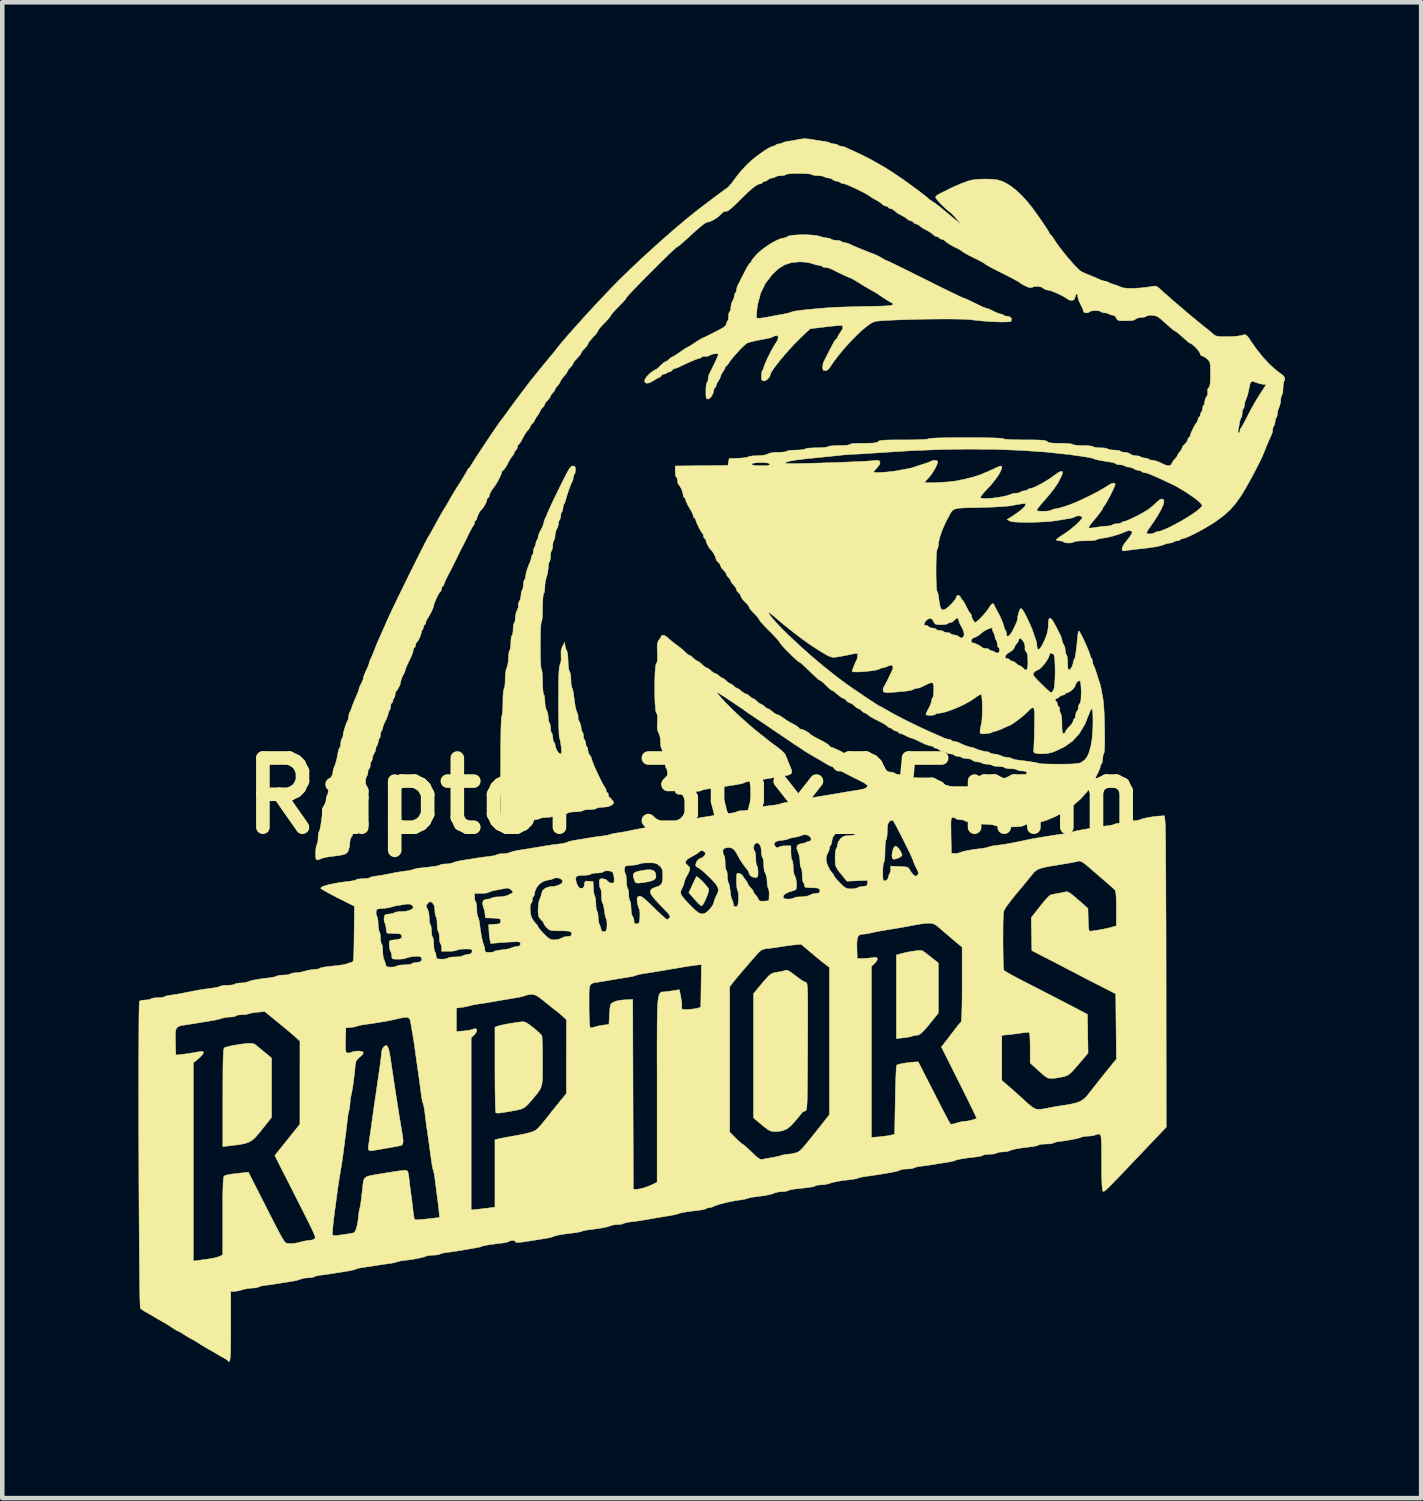
<source format=kicad_pcb>
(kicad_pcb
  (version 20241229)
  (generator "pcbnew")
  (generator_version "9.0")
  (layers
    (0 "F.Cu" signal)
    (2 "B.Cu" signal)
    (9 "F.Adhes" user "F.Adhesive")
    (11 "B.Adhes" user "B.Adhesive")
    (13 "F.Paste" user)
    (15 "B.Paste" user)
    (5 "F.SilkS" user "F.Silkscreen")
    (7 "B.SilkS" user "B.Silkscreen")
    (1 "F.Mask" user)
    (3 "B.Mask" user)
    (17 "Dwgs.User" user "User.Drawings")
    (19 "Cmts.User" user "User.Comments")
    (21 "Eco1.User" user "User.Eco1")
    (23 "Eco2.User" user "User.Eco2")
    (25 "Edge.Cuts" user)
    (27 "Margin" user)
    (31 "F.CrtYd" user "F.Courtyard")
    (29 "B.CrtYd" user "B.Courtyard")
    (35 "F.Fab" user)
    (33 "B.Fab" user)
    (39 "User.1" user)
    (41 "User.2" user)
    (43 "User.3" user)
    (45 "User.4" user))
  (footprint "Raptor 30x25mm"
    (layer "F.Cu")
    (at 12.248 14.481)
    (property "Reference" "Raptor 30x25mm" (at 0 0 0) (layer "F.SilkS") (effects (font (size 1.524 1.524) (thickness 0.3))))
    (attr through_hole)
    (fp_poly (pts (xy 4.458 1.119) (xy 4.501 1.165) (xy 4.541 1.225) (xy 4.567 1.284) (xy 4.571 1.308) (xy 4.549 1.336) (xy 4.497 1.365) (xy 4.488 1.369) (xy 4.418 1.392) (xy 4.381 1.395) (xy 4.362 1.378) (xy 4.354 1.36) (xy 4.348 1.303) (xy 4.358 1.232) (xy 4.379 1.163) (xy 4.407 1.115) (xy 4.424 1.104) (xy 4.458 1.119)) (stroke (width 0.01) (type solid)) (fill yes) (layer "F.SilkS"))
    (fp_poly (pts (xy -0.898 1.648) (xy -0.862 1.694) (xy -0.849 1.767) (xy -0.849 1.779) (xy -0.865 1.825) (xy -0.917 1.861) (xy -1.009 1.889) (xy -1.146 1.911) (xy -1.155 1.912) (xy -1.236 1.92) (xy -1.281 1.917) (xy -1.306 1.9) (xy -1.323 1.863) (xy -1.323 1.862) (xy -1.35 1.772) (xy -1.344 1.714) (xy -1.3 1.678) (xy -1.212 1.653) (xy -1.207 1.652) (xy -1.065 1.629) (xy -0.964 1.627) (xy -0.898 1.648)) (stroke (width 0.01) (type solid)) (fill yes) (layer "F.SilkS"))
    (fp_poly (pts (xy 0.063 1.784) (xy 0.107 1.82) (xy 0.164 1.875) (xy 0.222 1.936) (xy 0.273 1.995) (xy 0.307 2.04) (xy 0.314 2.054) (xy 0.311 2.095) (xy 0.291 2.162) (xy 0.26 2.242) (xy 0.225 2.321) (xy 0.19 2.385) (xy 0.163 2.42) (xy 0.156 2.423) (xy 0.128 2.406) (xy 0.081 2.363) (xy 0.061 2.341) (xy -0.001 2.273) (xy -0.06 2.207) (xy -0.07 2.196) (xy -0.126 2.131) (xy -0.046 1.958) (xy -0.007 1.874) (xy 0.024 1.81) (xy 0.041 1.777) (xy 0.042 1.775) (xy 0.063 1.784)) (stroke (width 0.01) (type solid)) (fill yes) (layer "F.SilkS"))
    (fp_poly (pts (xy 5.012 3.408) (xy 5.023 3.412) (xy 5.059 3.437) (xy 5.122 3.485) (xy 5.199 3.544) (xy 5.214 3.557) (xy 5.37 3.679) (xy 5.37 4.784) (xy 5.27 4.908) (xy 5.163 5.041) (xy 5.08 5.138) (xy 5.017 5.205) (xy 4.968 5.246) (xy 4.93 5.266) (xy 4.904 5.27) (xy 4.838 5.278) (xy 4.8 5.291) (xy 4.753 5.305) (xy 4.676 5.319) (xy 4.602 5.328) (xy 4.446 5.344) (xy 4.446 3.505) (xy 4.539 3.477) (xy 4.645 3.451) (xy 4.758 3.429) (xy 4.865 3.413) (xy 4.954 3.406) (xy 5.012 3.408)) (stroke (width 0.01) (type solid)) (fill yes) (layer "F.SilkS"))
    (fp_poly (pts (xy -9.688 5.469) (xy -9.675 5.478) (xy -9.633 5.512) (xy -9.567 5.567) (xy -9.488 5.632) (xy -9.472 5.645) (xy -9.316 5.774) (xy -9.316 7.081) (xy -9.527 7.346) (xy -9.613 7.452) (xy -9.684 7.531) (xy -9.751 7.588) (xy -9.823 7.629) (xy -9.91 7.658) (xy -10.023 7.679) (xy -10.17 7.698) (xy -10.259 7.709) (xy -10.39 7.724) (xy -10.39 6.65) (xy -10.389 6.376) (xy -10.388 6.148) (xy -10.387 5.963) (xy -10.384 5.817) (xy -10.38 5.707) (xy -10.375 5.629) (xy -10.369 5.579) (xy -10.361 5.554) (xy -10.359 5.55) (xy -10.317 5.532) (xy -10.237 5.512) (xy -10.132 5.491) (xy -10.013 5.471) (xy -9.892 5.456) (xy -9.849 5.452) (xy -9.751 5.45) (xy -9.688 5.469)) (stroke (width 0.01) (type solid)) (fill yes) (layer "F.SilkS"))
    (fp_poly (pts (xy -6.763 5.517) (xy -6.736 5.584) (xy -6.711 5.699) (xy -6.695 5.798) (xy -6.659 6.044) (xy -6.621 6.296) (xy -6.583 6.547) (xy -6.545 6.786) (xy -6.511 7.007) (xy -6.479 7.2) (xy -6.453 7.356) (xy -6.443 7.416) (xy -6.424 7.539) (xy -6.419 7.621) (xy -6.429 7.671) (xy -6.456 7.697) (xy -6.475 7.703) (xy -6.547 7.717) (xy -6.645 7.735) (xy -6.757 7.755) (xy -6.872 7.775) (xy -6.978 7.794) (xy -7.065 7.808) (xy -7.12 7.816) (xy -7.133 7.818) (xy -7.173 7.803) (xy -7.177 7.8) (xy -7.185 7.766) (xy -7.181 7.707) (xy -7.181 7.707) (xy -7.174 7.658) (xy -7.161 7.568) (xy -7.144 7.449) (xy -7.124 7.309) (xy -7.106 7.18) (xy -7.081 7) (xy -7.051 6.79) (xy -7.019 6.57) (xy -6.988 6.359) (xy -6.969 6.231) (xy -6.946 6.074) (xy -6.926 5.929) (xy -6.91 5.805) (xy -6.898 5.711) (xy -6.894 5.656) (xy -6.894 5.652) (xy -6.879 5.58) (xy -6.843 5.522) (xy -6.797 5.495) (xy -6.791 5.495) (xy -6.763 5.517)) (stroke (width 0.01) (type solid)) (fill yes) (layer "F.SilkS"))
    (fp_poly (pts (xy -3.75 4.978) (xy -3.705 4.996) (xy -3.647 5.033) (xy -3.565 5.096) (xy -3.555 5.104) (xy -3.474 5.17) (xy -3.409 5.23) (xy -3.369 5.272) (xy -3.362 5.283) (xy -3.358 5.32) (xy -3.354 5.398) (xy -3.35 5.51) (xy -3.348 5.648) (xy -3.347 5.804) (xy -3.347 5.853) (xy -3.347 6.031) (xy -3.348 6.169) (xy -3.352 6.274) (xy -3.363 6.356) (xy -3.383 6.423) (xy -3.414 6.483) (xy -3.459 6.547) (xy -3.52 6.621) (xy -3.59 6.705) (xy -3.662 6.788) (xy -3.721 6.845) (xy -3.782 6.883) (xy -3.858 6.909) (xy -3.962 6.931) (xy -4.034 6.943) (xy -4.132 6.96) (xy -4.229 6.976) (xy -4.258 6.981) (xy -4.326 6.987) (xy -4.371 6.982) (xy -4.377 6.979) (xy -4.381 6.95) (xy -4.385 6.878) (xy -4.389 6.766) (xy -4.391 6.621) (xy -4.394 6.449) (xy -4.395 6.255) (xy -4.396 6.045) (xy -4.396 6.027) (xy -4.396 5.094) (xy -4.339 5.072) (xy -4.275 5.054) (xy -4.174 5.032) (xy -4.05 5.01) (xy -3.916 4.989) (xy -3.858 4.981) (xy -3.797 4.975) (xy -3.75 4.978)) (stroke (width 0.01) (type solid)) (fill yes) (layer "F.SilkS"))
    (fp_poly (pts (xy 2.07 3.852) (xy 2.13 3.89) (xy 2.199 3.941) (xy 2.289 4.009) (xy 2.349 4.053) (xy 2.391 4.08) (xy 2.425 4.096) (xy 2.454 4.106) (xy 2.463 4.111) (xy 2.471 4.123) (xy 2.478 4.146) (xy 2.483 4.183) (xy 2.487 4.238) (xy 2.49 4.315) (xy 2.492 4.419) (xy 2.494 4.552) (xy 2.494 4.719) (xy 2.494 4.924) (xy 2.493 5.17) (xy 2.492 5.462) (xy 2.492 5.525) (xy 2.49 5.825) (xy 2.489 6.079) (xy 2.487 6.291) (xy 2.486 6.465) (xy 2.483 6.604) (xy 2.481 6.712) (xy 2.477 6.794) (xy 2.473 6.853) (xy 2.467 6.893) (xy 2.461 6.918) (xy 2.453 6.931) (xy 2.444 6.937) (xy 2.435 6.939) (xy 2.387 6.958) (xy 2.37 6.972) (xy 2.349 7.001) (xy 2.303 7.058) (xy 2.242 7.132) (xy 2.214 7.165) (xy 2.117 7.271) (xy 2.027 7.34) (xy 1.931 7.378) (xy 1.814 7.392) (xy 1.769 7.393) (xy 1.712 7.389) (xy 1.662 7.375) (xy 1.607 7.344) (xy 1.535 7.289) (xy 1.478 7.242) (xy 1.299 7.091) (xy 1.299 4.355) (xy 1.433 4.194) (xy 1.527 4.082) (xy 1.597 4.002) (xy 1.651 3.949) (xy 1.697 3.916) (xy 1.741 3.898) (xy 1.791 3.887) (xy 1.814 3.884) (xy 1.898 3.87) (xy 1.97 3.853) (xy 1.991 3.846) (xy 2.027 3.839) (xy 2.07 3.852)) (stroke (width 0.01) (type solid)) (fill yes) (layer "F.SilkS"))
    (fp_poly (pts (xy -2.641 -7.26) (xy -2.625 -7.228) (xy -2.622 -7.182) (xy -2.629 -7.12) (xy -2.645 -7.082) (xy -2.647 -7.081) (xy -2.667 -7.046) (xy -2.672 -7.008) (xy -2.679 -6.956) (xy -2.689 -6.935) (xy -2.707 -6.902) (xy -2.734 -6.836) (xy -2.766 -6.75) (xy -2.797 -6.658) (xy -2.824 -6.574) (xy -2.839 -6.514) (xy -2.84 -6.512) (xy -2.857 -6.457) (xy -2.875 -6.429) (xy -2.891 -6.397) (xy -2.897 -6.344) (xy -2.905 -6.287) (xy -2.922 -6.256) (xy -2.94 -6.223) (xy -2.947 -6.169) (xy -2.955 -6.112) (xy -2.972 -6.082) (xy -2.991 -6.048) (xy -2.997 -5.997) (xy -3.01 -5.927) (xy -3.034 -5.88) (xy -3.059 -5.823) (xy -3.071 -5.747) (xy -3.071 -5.74) (xy -3.078 -5.675) (xy -3.093 -5.635) (xy -3.097 -5.632) (xy -3.113 -5.599) (xy -3.122 -5.537) (xy -3.122 -5.52) (xy -3.128 -5.454) (xy -3.142 -5.412) (xy -3.147 -5.407) (xy -3.162 -5.375) (xy -3.171 -5.312) (xy -3.172 -5.282) (xy -3.177 -5.212) (xy -3.19 -5.165) (xy -3.197 -5.157) (xy -3.212 -5.125) (xy -3.221 -5.062) (xy -3.222 -5.03) (xy -3.231 -4.936) (xy -3.253 -4.846) (xy -3.259 -4.829) (xy -3.282 -4.749) (xy -3.295 -4.651) (xy -3.297 -4.606) (xy -3.301 -4.529) (xy -3.312 -4.474) (xy -3.322 -4.458) (xy -3.332 -4.428) (xy -3.34 -4.356) (xy -3.345 -4.253) (xy -3.347 -4.146) (xy -3.349 -4.022) (xy -3.354 -3.923) (xy -3.363 -3.857) (xy -3.372 -3.834) (xy -3.38 -3.804) (xy -3.388 -3.728) (xy -3.393 -3.611) (xy -3.396 -3.458) (xy -3.397 -3.309) (xy -3.395 -3.13) (xy -3.392 -2.983) (xy -3.386 -2.873) (xy -3.379 -2.806) (xy -3.372 -2.785) (xy -3.361 -2.754) (xy -3.353 -2.685) (xy -3.348 -2.586) (xy -3.347 -2.51) (xy -3.344 -2.398) (xy -3.338 -2.308) (xy -3.329 -2.25) (xy -3.322 -2.235) (xy -3.308 -2.204) (xy -3.299 -2.138) (xy -3.296 -2.078) (xy -3.288 -1.979) (xy -3.269 -1.905) (xy -3.258 -1.887) (xy -3.235 -1.832) (xy -3.223 -1.754) (xy -3.222 -1.732) (xy -3.216 -1.663) (xy -3.203 -1.618) (xy -3.197 -1.611) (xy -3.181 -1.578) (xy -3.172 -1.516) (xy -3.172 -1.499) (xy -3.166 -1.433) (xy -3.151 -1.39) (xy -3.147 -1.386) (xy -3.13 -1.353) (xy -3.122 -1.293) (xy -3.122 -1.286) (xy -3.115 -1.225) (xy -3.099 -1.188) (xy -3.097 -1.186) (xy -3.075 -1.151) (xy -3.072 -1.126) (xy -3.06 -1.065) (xy -3.03 -1) (xy -2.993 -0.947) (xy -2.958 -0.924) (xy -2.957 -0.924) (xy -2.937 -0.932) (xy -2.929 -0.964) (xy -2.932 -1.03) (xy -2.937 -1.08) (xy -2.949 -1.17) (xy -2.964 -1.243) (xy -2.975 -1.278) (xy -2.981 -1.313) (xy -2.986 -1.391) (xy -2.99 -1.506) (xy -2.993 -1.652) (xy -2.995 -1.821) (xy -2.996 -2.008) (xy -2.996 -2.078) (xy -2.995 -2.305) (xy -2.994 -2.488) (xy -2.991 -2.63) (xy -2.986 -2.737) (xy -2.98 -2.814) (xy -2.972 -2.865) (xy -2.962 -2.895) (xy -2.961 -2.896) (xy -2.938 -2.982) (xy -2.94 -3.085) (xy -2.942 -3.189) (xy -2.92 -3.27) (xy -2.907 -3.298) (xy -2.86 -3.384) (xy -2.852 -3.309) (xy -2.836 -3.244) (xy -2.815 -3.2) (xy -2.801 -3.16) (xy -2.791 -3.085) (xy -2.785 -2.99) (xy -2.785 -2.97) (xy -2.78 -2.859) (xy -2.768 -2.78) (xy -2.753 -2.743) (xy -2.736 -2.701) (xy -2.725 -2.626) (xy -2.722 -2.56) (xy -2.719 -2.475) (xy -2.71 -2.411) (xy -2.7 -2.384) (xy -2.684 -2.347) (xy -2.669 -2.279) (xy -2.663 -2.235) (xy -2.644 -2.081) (xy -2.626 -1.968) (xy -2.607 -1.888) (xy -2.585 -1.832) (xy -2.584 -1.83) (xy -2.564 -1.772) (xy -2.565 -1.732) (xy -2.562 -1.688) (xy -2.538 -1.637) (xy -2.507 -1.564) (xy -2.498 -1.501) (xy -2.49 -1.443) (xy -2.473 -1.411) (xy -2.454 -1.377) (xy -2.448 -1.324) (xy -2.44 -1.267) (xy -2.423 -1.236) (xy -2.403 -1.202) (xy -2.398 -1.161) (xy -2.388 -1.109) (xy -2.373 -1.086) (xy -2.354 -1.053) (xy -2.348 -1.001) (xy -2.335 -0.938) (xy -2.31 -0.899) (xy -2.278 -0.856) (xy -2.273 -0.833) (xy -2.262 -0.793) (xy -2.235 -0.721) (xy -2.195 -0.626) (xy -2.147 -0.52) (xy -2.097 -0.414) (xy -2.048 -0.316) (xy -2.007 -0.238) (xy -1.977 -0.189) (xy -1.967 -0.179) (xy -1.951 -0.15) (xy -1.948 -0.123) (xy -1.937 -0.083) (xy -1.923 -0.075) (xy -1.903 -0.054) (xy -1.898 -0.025) (xy -1.89 0.016) (xy -1.879 0.026) (xy -1.853 0.045) (xy -1.815 0.089) (xy -1.813 0.092) (xy -1.783 0.138) (xy -1.784 0.166) (xy -1.821 0.199) (xy -1.826 0.203) (xy -1.91 0.239) (xy -2.015 0.249) (xy -2.092 0.254) (xy -2.146 0.266) (xy -2.16 0.275) (xy -2.192 0.289) (xy -2.257 0.298) (xy -2.31 0.3) (xy -2.388 0.304) (xy -2.444 0.315) (xy -2.46 0.325) (xy -2.492 0.338) (xy -2.557 0.347) (xy -2.622 0.35) (xy -2.704 0.354) (xy -2.763 0.364) (xy -2.785 0.375) (xy -2.817 0.39) (xy -2.881 0.399) (xy -2.917 0.4) (xy -2.999 0.409) (xy -3.066 0.428) (xy -3.083 0.438) (xy -3.14 0.461) (xy -3.227 0.473) (xy -3.263 0.475) (xy -3.339 0.479) (xy -3.394 0.49) (xy -3.409 0.5) (xy -3.441 0.513) (xy -3.506 0.523) (xy -3.559 0.524) (xy -3.637 0.529) (xy -3.692 0.54) (xy -3.709 0.549) (xy -3.741 0.563) (xy -3.806 0.572) (xy -3.859 0.574) (xy -3.936 0.579) (xy -3.992 0.59) (xy -4.009 0.599) (xy -4.041 0.614) (xy -4.105 0.623) (xy -4.147 0.624) (xy -4.271 0.624) (xy -4.271 -0.56) (xy -4.27 -0.863) (xy -4.269 -1.125) (xy -4.266 -1.343) (xy -4.263 -1.517) (xy -4.258 -1.646) (xy -4.253 -1.727) (xy -4.246 -1.76) (xy -4.246 -1.761) (xy -4.235 -1.791) (xy -4.227 -1.862) (xy -4.222 -1.964) (xy -4.221 -2.06) (xy -4.219 -2.18) (xy -4.213 -2.277) (xy -4.204 -2.34) (xy -4.196 -2.36) (xy -4.184 -2.391) (xy -4.175 -2.458) (xy -4.171 -2.548) (xy -4.171 -2.563) (xy -4.166 -2.678) (xy -4.152 -2.771) (xy -4.136 -2.817) (xy -4.116 -2.88) (xy -4.103 -2.969) (xy -4.099 -3.032) (xy -4.094 -3.116) (xy -4.083 -3.181) (xy -4.072 -3.206) (xy -4.058 -3.244) (xy -4.048 -3.314) (xy -4.046 -3.375) (xy -4.042 -3.456) (xy -4.032 -3.514) (xy -4.021 -3.534) (xy -4.006 -3.566) (xy -3.997 -3.63) (xy -3.996 -3.671) (xy -3.991 -3.745) (xy -3.979 -3.797) (xy -3.971 -3.809) (xy -3.956 -3.841) (xy -3.947 -3.904) (xy -3.946 -3.93) (xy -3.937 -4.011) (xy -3.914 -4.079) (xy -3.907 -4.091) (xy -3.883 -4.148) (xy -3.882 -4.191) (xy -3.879 -4.245) (xy -3.86 -4.285) (xy -3.834 -4.342) (xy -3.822 -4.418) (xy -3.822 -4.425) (xy -3.815 -4.49) (xy -3.8 -4.53) (xy -3.796 -4.533) (xy -3.78 -4.566) (xy -3.772 -4.628) (xy -3.771 -4.645) (xy -3.765 -4.711) (xy -3.751 -4.753) (xy -3.746 -4.758) (xy -3.726 -4.793) (xy -3.721 -4.826) (xy -3.71 -4.904) (xy -3.682 -5.003) (xy -3.643 -5.105) (xy -3.631 -5.128) (xy -3.606 -5.194) (xy -3.596 -5.245) (xy -3.585 -5.292) (xy -3.571 -5.307) (xy -3.553 -5.341) (xy -3.547 -5.395) (xy -3.539 -5.452) (xy -3.522 -5.482) (xy -3.502 -5.517) (xy -3.497 -5.557) (xy -3.487 -5.609) (xy -3.472 -5.632) (xy -3.451 -5.667) (xy -3.447 -5.697) (xy -3.435 -5.748) (xy -3.405 -5.819) (xy -3.384 -5.859) (xy -3.348 -5.931) (xy -3.326 -5.988) (xy -3.322 -6.008) (xy -3.311 -6.061) (xy -3.3 -6.088) (xy -3.273 -6.145) (xy -3.252 -6.194) (xy -3.209 -6.297) (xy -3.147 -6.432) (xy -3.065 -6.604) (xy -2.962 -6.815) (xy -2.92 -6.899) (xy -2.85 -7.038) (xy -2.798 -7.138) (xy -2.758 -7.205) (xy -2.728 -7.244) (xy -2.702 -7.263) (xy -2.68 -7.268) (xy -2.641 -7.26)) (stroke (width 0.01) (type solid)) (fill yes) (layer "F.SilkS"))
    (fp_poly (pts (xy 2.519 -12.358) (xy 2.631 -12.35) (xy 2.72 -12.335) (xy 2.746 -12.328) (xy 2.83 -12.304) (xy 2.905 -12.29) (xy 2.932 -12.288) (xy 2.985 -12.279) (xy 3.01 -12.263) (xy 3.042 -12.247) (xy 3.104 -12.238) (xy 3.122 -12.238) (xy 3.188 -12.232) (xy 3.23 -12.217) (xy 3.234 -12.213) (xy 3.27 -12.192) (xy 3.299 -12.188) (xy 3.364 -12.176) (xy 3.391 -12.166) (xy 3.455 -12.135) (xy 3.545 -12.096) (xy 3.638 -12.058) (xy 3.671 -12.044) (xy 3.746 -12.014) (xy 3.796 -11.994) (xy 3.864 -11.967) (xy 3.942 -11.938) (xy 3.946 -11.936) (xy 4.026 -11.901) (xy 4.112 -11.855) (xy 4.127 -11.846) (xy 4.188 -11.811) (xy 4.231 -11.79) (xy 4.239 -11.788) (xy 4.265 -11.778) (xy 4.331 -11.747) (xy 4.431 -11.698) (xy 4.56 -11.635) (xy 4.714 -11.559) (xy 4.887 -11.473) (xy 5.074 -11.38) (xy 5.081 -11.376) (xy 5.269 -11.283) (xy 5.444 -11.196) (xy 5.599 -11.12) (xy 5.73 -11.056) (xy 5.833 -11.007) (xy 5.901 -10.975) (xy 5.93 -10.964) (xy 5.93 -10.964) (xy 5.963 -10.953) (xy 6.028 -10.924) (xy 6.117 -10.882) (xy 6.179 -10.851) (xy 6.277 -10.804) (xy 6.359 -10.766) (xy 6.416 -10.744) (xy 6.434 -10.739) (xy 6.473 -10.728) (xy 6.538 -10.7) (xy 6.583 -10.677) (xy 6.659 -10.641) (xy 6.722 -10.619) (xy 6.746 -10.615) (xy 6.792 -10.602) (xy 6.806 -10.59) (xy 6.84 -10.571) (xy 6.892 -10.565) (xy 6.952 -10.549) (xy 6.983 -10.511) (xy 6.977 -10.464) (xy 6.971 -10.455) (xy 6.937 -10.445) (xy 6.862 -10.44) (xy 6.754 -10.439) (xy 6.624 -10.443) (xy 6.478 -10.451) (xy 6.326 -10.463) (xy 6.177 -10.478) (xy 6.088 -10.489) (xy 6.004 -10.496) (xy 5.88 -10.501) (xy 5.722 -10.504) (xy 5.539 -10.505) (xy 5.338 -10.504) (xy 5.127 -10.502) (xy 4.912 -10.498) (xy 4.702 -10.492) (xy 4.504 -10.486) (xy 4.324 -10.478) (xy 4.172 -10.47) (xy 4.054 -10.461) (xy 3.978 -10.451) (xy 3.973 -10.45) (xy 3.898 -10.417) (xy 3.801 -10.35) (xy 3.686 -10.255) (xy 3.561 -10.137) (xy 3.43 -10.002) (xy 3.299 -9.858) (xy 3.175 -9.709) (xy 3.063 -9.562) (xy 2.97 -9.423) (xy 2.97 -9.422) (xy 2.922 -9.378) (xy 2.879 -9.366) (xy 2.838 -9.375) (xy 2.823 -9.413) (xy 2.822 -9.441) (xy 2.829 -9.511) (xy 2.844 -9.56) (xy 2.878 -9.625) (xy 2.929 -9.727) (xy 2.995 -9.854) (xy 3.036 -9.934) (xy 3.075 -10.004) (xy 3.108 -10.052) (xy 3.125 -10.065) (xy 3.146 -10.085) (xy 3.147 -10.094) (xy 3.161 -10.131) (xy 3.196 -10.187) (xy 3.209 -10.205) (xy 3.259 -10.283) (xy 3.269 -10.336) (xy 3.239 -10.362) (xy 3.216 -10.364) (xy 3.169 -10.361) (xy 3.086 -10.353) (xy 2.977 -10.341) (xy 2.86 -10.328) (xy 2.743 -10.314) (xy 2.646 -10.302) (xy 2.579 -10.294) (xy 2.55 -10.291) (xy 2.55 -10.291) (xy 2.53 -10.274) (xy 2.48 -10.228) (xy 2.408 -10.16) (xy 2.321 -10.075) (xy 2.279 -10.034) (xy 2.182 -9.935) (xy 2.079 -9.823) (xy 1.977 -9.707) (xy 1.881 -9.592) (xy 1.797 -9.486) (xy 1.731 -9.395) (xy 1.688 -9.328) (xy 1.673 -9.291) (xy 1.654 -9.232) (xy 1.607 -9.176) (xy 1.551 -9.144) (xy 1.533 -9.141) (xy 1.496 -9.146) (xy 1.479 -9.171) (xy 1.474 -9.228) (xy 1.474 -9.252) (xy 1.479 -9.323) (xy 1.492 -9.37) (xy 1.499 -9.378) (xy 1.522 -9.414) (xy 1.524 -9.429) (xy 1.535 -9.472) (xy 1.565 -9.547) (xy 1.608 -9.641) (xy 1.658 -9.742) (xy 1.709 -9.84) (xy 1.756 -9.921) (xy 1.784 -9.964) (xy 1.832 -10.042) (xy 1.846 -10.102) (xy 1.828 -10.135) (xy 1.803 -10.14) (xy 1.752 -10.128) (xy 1.735 -10.116) (xy 1.699 -10.1) (xy 1.63 -10.081) (xy 1.561 -10.067) (xy 1.385 -10.034) (xy 1.256 -10.005) (xy 1.171 -9.979) (xy 1.16 -9.975) (xy 1.119 -9.945) (xy 1.056 -9.887) (xy 0.981 -9.81) (xy 0.903 -9.724) (xy 0.832 -9.64) (xy 0.776 -9.568) (xy 0.756 -9.538) (xy 0.722 -9.489) (xy 0.696 -9.466) (xy 0.694 -9.466) (xy 0.675 -9.446) (xy 0.674 -9.434) (xy 0.659 -9.394) (xy 0.624 -9.341) (xy 0.589 -9.285) (xy 0.574 -9.241) (xy 0.559 -9.196) (xy 0.524 -9.141) (xy 0.489 -9.083) (xy 0.475 -9.035) (xy 0.463 -8.998) (xy 0.45 -8.991) (xy 0.429 -8.97) (xy 0.425 -8.945) (xy 0.411 -8.876) (xy 0.378 -8.808) (xy 0.335 -8.758) (xy 0.298 -8.741) (xy 0.272 -8.747) (xy 0.258 -8.769) (xy 0.251 -8.82) (xy 0.25 -8.91) (xy 0.25 -8.915) (xy 0.253 -9.003) (xy 0.262 -9.071) (xy 0.274 -9.103) (xy 0.275 -9.104) (xy 0.294 -9.138) (xy 0.3 -9.18) (xy 0.309 -9.247) (xy 0.321 -9.285) (xy 0.381 -9.406) (xy 0.436 -9.519) (xy 0.481 -9.615) (xy 0.512 -9.685) (xy 0.525 -9.72) (xy 0.525 -9.722) (xy 0.504 -9.738) (xy 0.455 -9.74) (xy 0.397 -9.731) (xy 0.351 -9.712) (xy 0.343 -9.706) (xy 0.291 -9.682) (xy 0.245 -9.683) (xy 0.191 -9.683) (xy 0.164 -9.668) (xy 0.126 -9.643) (xy 0.111 -9.641) (xy 0.076 -9.631) (xy 0.007 -9.605) (xy -0.081 -9.568) (xy -0.177 -9.526) (xy -0.268 -9.484) (xy -0.341 -9.448) (xy -0.356 -9.44) (xy -0.412 -9.419) (xy -0.438 -9.416) (xy -0.479 -9.396) (xy -0.49 -9.378) (xy -0.525 -9.346) (xy -0.551 -9.341) (xy -0.597 -9.329) (xy -0.612 -9.316) (xy -0.647 -9.295) (xy -0.676 -9.291) (xy -0.716 -9.28) (xy -0.724 -9.265) (xy -0.745 -9.237) (xy -0.78 -9.217) (xy -0.84 -9.187) (xy -0.909 -9.145) (xy -0.912 -9.143) (xy -0.998 -9.097) (xy -1.06 -9.09) (xy -1.094 -9.113) (xy -1.096 -9.161) (xy -1.062 -9.225) (xy -0.991 -9.299) (xy -0.989 -9.3) (xy -0.925 -9.35) (xy -0.875 -9.382) (xy -0.856 -9.391) (xy -0.827 -9.407) (xy -0.778 -9.449) (xy -0.749 -9.478) (xy -0.694 -9.529) (xy -0.65 -9.561) (xy -0.636 -9.566) (xy -0.599 -9.583) (xy -0.562 -9.616) (xy -0.522 -9.653) (xy -0.497 -9.665) (xy -0.468 -9.679) (xy -0.41 -9.714) (xy -0.335 -9.765) (xy -0.316 -9.778) (xy -0.239 -9.831) (xy -0.177 -9.87) (xy -0.143 -9.889) (xy -0.14 -9.89) (xy -0.113 -9.903) (xy -0.058 -9.937) (xy -0.006 -9.973) (xy 0.074 -10.025) (xy 0.151 -10.07) (xy 0.187 -10.088) (xy 0.257 -10.12) (xy 0.312 -10.147) (xy 0.359 -10.171) (xy 0.434 -10.21) (xy 0.523 -10.255) (xy 0.531 -10.259) (xy 0.629 -10.313) (xy 0.684 -10.357) (xy 0.699 -10.39) (xy 0.711 -10.437) (xy 0.724 -10.452) (xy 0.74 -10.485) (xy 0.748 -10.542) (xy 1.364 -10.542) (xy 1.366 -10.532) (xy 1.389 -10.521) (xy 1.444 -10.522) (xy 1.534 -10.534) (xy 1.666 -10.558) (xy 1.686 -10.562) (xy 1.787 -10.582) (xy 1.901 -10.602) (xy 1.953 -10.611) (xy 2.036 -10.628) (xy 2.102 -10.645) (xy 2.128 -10.656) (xy 2.168 -10.669) (xy 2.242 -10.683) (xy 2.334 -10.696) (xy 2.335 -10.696) (xy 2.565 -10.72) (xy 2.772 -10.739) (xy 2.968 -10.754) (xy 3.169 -10.765) (xy 3.388 -10.772) (xy 3.639 -10.778) (xy 3.715 -10.78) (xy 3.916 -10.784) (xy 4.073 -10.787) (xy 4.19 -10.792) (xy 4.273 -10.797) (xy 4.327 -10.804) (xy 4.358 -10.813) (xy 4.37 -10.823) (xy 4.371 -10.828) (xy 4.356 -10.86) (xy 4.344 -10.864) (xy 4.312 -10.878) (xy 4.252 -10.913) (xy 4.175 -10.962) (xy 4.163 -10.97) (xy 4.078 -11.028) (xy 4.001 -11.078) (xy 3.948 -11.11) (xy 3.946 -11.111) (xy 3.873 -11.152) (xy 3.821 -11.181) (xy 3.769 -11.212) (xy 3.691 -11.259) (xy 3.604 -11.313) (xy 3.6 -11.315) (xy 3.521 -11.363) (xy 3.458 -11.398) (xy 3.424 -11.413) (xy 3.422 -11.414) (xy 3.392 -11.424) (xy 3.328 -11.452) (xy 3.241 -11.493) (xy 3.14 -11.542) (xy 3.036 -11.594) (xy 2.991 -11.616) (xy 2.931 -11.634) (xy 2.886 -11.639) (xy 2.833 -11.648) (xy 2.81 -11.664) (xy 2.775 -11.683) (xy 2.736 -11.688) (xy 2.675 -11.698) (xy 2.599 -11.722) (xy 2.589 -11.726) (xy 2.509 -11.747) (xy 2.4 -11.76) (xy 2.312 -11.763) (xy 2.136 -11.748) (xy 1.982 -11.697) (xy 1.84 -11.607) (xy 1.712 -11.486) (xy 1.563 -11.292) (xy 1.457 -11.077) (xy 1.393 -10.836) (xy 1.383 -10.778) (xy 1.371 -10.676) (xy 1.364 -10.593) (xy 1.364 -10.542) (xy 0.748 -10.542) (xy 0.749 -10.547) (xy 0.749 -10.566) (xy 0.755 -10.628) (xy 0.769 -10.662) (xy 0.774 -10.665) (xy 0.79 -10.687) (xy 0.799 -10.741) (xy 0.8 -10.758) (xy 0.81 -10.834) (xy 0.834 -10.895) (xy 0.837 -10.9) (xy 0.867 -10.962) (xy 0.874 -11.005) (xy 0.884 -11.056) (xy 0.899 -11.077) (xy 0.92 -11.112) (xy 0.924 -11.141) (xy 0.936 -11.206) (xy 0.946 -11.233) (xy 0.98 -11.299) (xy 1.031 -11.4) (xy 1.096 -11.527) (xy 1.137 -11.607) (xy 1.177 -11.677) (xy 1.21 -11.725) (xy 1.227 -11.738) (xy 1.247 -11.758) (xy 1.249 -11.771) (xy 1.265 -11.803) (xy 1.31 -11.859) (xy 1.373 -11.929) (xy 1.396 -11.953) (xy 1.485 -12.032) (xy 1.592 -12.11) (xy 1.706 -12.182) (xy 1.814 -12.24) (xy 1.906 -12.278) (xy 1.962 -12.288) (xy 2.019 -12.302) (xy 2.044 -12.319) (xy 2.087 -12.337) (xy 2.169 -12.35) (xy 2.276 -12.358) (xy 2.396 -12.361) (xy 2.519 -12.358)) (stroke (width 0.01) (type solid)) (fill yes) (layer "F.SilkS"))
    (fp_poly (pts (xy 2.529 -14.469) (xy 2.581 -14.46) (xy 2.686 -14.442) (xy 2.791 -14.426) (xy 2.847 -14.419) (xy 2.92 -14.406) (xy 2.973 -14.39) (xy 2.983 -14.383) (xy 3.024 -14.367) (xy 3.075 -14.361) (xy 3.131 -14.353) (xy 3.159 -14.336) (xy 3.195 -14.315) (xy 3.224 -14.311) (xy 3.289 -14.299) (xy 3.316 -14.289) (xy 3.364 -14.266) (xy 3.436 -14.233) (xy 3.472 -14.217) (xy 3.665 -14.128) (xy 3.848 -14.036) (xy 3.946 -13.982) (xy 4.033 -13.933) (xy 4.118 -13.884) (xy 4.146 -13.869) (xy 4.224 -13.822) (xy 4.31 -13.767) (xy 4.333 -13.752) (xy 4.404 -13.705) (xy 4.464 -13.666) (xy 4.48 -13.655) (xy 4.557 -13.603) (xy 4.652 -13.536) (xy 4.757 -13.46) (xy 4.864 -13.381) (xy 4.965 -13.306) (xy 5.05 -13.24) (xy 5.113 -13.19) (xy 5.144 -13.163) (xy 5.145 -13.161) (xy 5.173 -13.137) (xy 5.226 -13.102) (xy 5.235 -13.096) (xy 5.267 -13.076) (xy 5.304 -13.05) (xy 5.351 -13.014) (xy 5.416 -12.963) (xy 5.502 -12.892) (xy 5.615 -12.798) (xy 5.757 -12.68) (xy 5.882 -12.575) (xy 5.784 -12.695) (xy 5.724 -12.765) (xy 5.67 -12.821) (xy 5.641 -12.847) (xy 5.576 -12.898) (xy 5.503 -12.964) (xy 5.431 -13.035) (xy 5.368 -13.103) (xy 5.324 -13.158) (xy 5.308 -13.19) (xy 5.308 -13.192) (xy 5.339 -13.228) (xy 5.376 -13.251) (xy 5.43 -13.278) (xy 5.507 -13.317) (xy 5.557 -13.342) (xy 5.627 -13.377) (xy 5.689 -13.407) (xy 5.759 -13.438) (xy 5.852 -13.477) (xy 5.907 -13.5) (xy 6.019 -13.542) (xy 6.124 -13.568) (xy 6.24 -13.582) (xy 6.385 -13.587) (xy 6.411 -13.587) (xy 6.562 -13.583) (xy 6.68 -13.567) (xy 6.781 -13.536) (xy 6.882 -13.485) (xy 6.968 -13.43) (xy 7.081 -13.342) (xy 7.206 -13.224) (xy 7.329 -13.09) (xy 7.438 -12.955) (xy 7.438 -12.955) (xy 7.534 -12.822) (xy 7.623 -12.696) (xy 7.7 -12.583) (xy 7.761 -12.49) (xy 7.802 -12.423) (xy 7.817 -12.39) (xy 7.817 -12.389) (xy 7.832 -12.364) (xy 7.837 -12.363) (xy 7.861 -12.343) (xy 7.896 -12.295) (xy 7.904 -12.282) (xy 7.962 -12.192) (xy 8.04 -12.085) (xy 8.129 -11.97) (xy 8.224 -11.854) (xy 8.317 -11.746) (xy 8.402 -11.654) (xy 8.471 -11.586) (xy 8.517 -11.551) (xy 8.566 -11.527) (xy 8.625 -11.501) (xy 8.708 -11.467) (xy 8.785 -11.436) (xy 8.861 -11.404) (xy 8.924 -11.374) (xy 8.989 -11.349) (xy 9.038 -11.339) (xy 9.089 -11.328) (xy 9.105 -11.318) (xy 9.142 -11.299) (xy 9.207 -11.274) (xy 9.241 -11.264) (xy 9.313 -11.24) (xy 9.366 -11.219) (xy 9.378 -11.213) (xy 9.44 -11.191) (xy 9.542 -11.18) (xy 9.674 -11.18) (xy 9.828 -11.189) (xy 9.994 -11.209) (xy 10.103 -11.227) (xy 10.151 -11.23) (xy 10.196 -11.212) (xy 10.252 -11.168) (xy 10.29 -11.132) (xy 10.346 -11.081) (xy 10.431 -11.006) (xy 10.537 -10.913) (xy 10.658 -10.809) (xy 10.785 -10.701) (xy 10.911 -10.594) (xy 11.028 -10.497) (xy 11.129 -10.414) (xy 11.205 -10.352) (xy 11.242 -10.324) (xy 11.309 -10.272) (xy 11.383 -10.209) (xy 11.402 -10.193) (xy 11.443 -10.157) (xy 11.481 -10.134) (xy 11.528 -10.122) (xy 11.596 -10.116) (xy 11.699 -10.115) (xy 11.73 -10.115) (xy 11.845 -10.118) (xy 11.95 -10.126) (xy 12.029 -10.138) (xy 12.053 -10.144) (xy 12.101 -10.158) (xy 12.138 -10.156) (xy 12.174 -10.129) (xy 12.218 -10.073) (xy 12.273 -9.99) (xy 12.393 -9.82) (xy 12.528 -9.654) (xy 12.667 -9.505) (xy 12.801 -9.383) (xy 12.893 -9.314) (xy 12.967 -9.258) (xy 13 -9.21) (xy 12.996 -9.16) (xy 12.987 -9.141) (xy 12.972 -9.089) (xy 12.963 -9.011) (xy 12.962 -8.969) (xy 12.958 -8.894) (xy 12.946 -8.842) (xy 12.937 -8.829) (xy 12.921 -8.796) (xy 12.912 -8.734) (xy 12.912 -8.721) (xy 12.901 -8.637) (xy 12.876 -8.56) (xy 12.875 -8.557) (xy 12.847 -8.482) (xy 12.837 -8.415) (xy 12.829 -8.359) (xy 12.812 -8.329) (xy 12.794 -8.295) (xy 12.787 -8.242) (xy 12.78 -8.185) (xy 12.762 -8.154) (xy 12.743 -8.12) (xy 12.737 -8.078) (xy 12.729 -8.011) (xy 12.716 -7.973) (xy 12.684 -7.903) (xy 12.641 -7.806) (xy 12.596 -7.699) (xy 12.557 -7.602) (xy 12.541 -7.561) (xy 12.503 -7.471) (xy 12.444 -7.348) (xy 12.372 -7.205) (xy 12.291 -7.052) (xy 12.208 -6.9) (xy 12.128 -6.76) (xy 12.058 -6.643) (xy 12.036 -6.608) (xy 11.917 -6.441) (xy 11.795 -6.301) (xy 11.655 -6.175) (xy 11.482 -6.047) (xy 11.476 -6.043) (xy 11.378 -5.979) (xy 11.263 -5.911) (xy 11.141 -5.842) (xy 11.02 -5.779) (xy 10.912 -5.726) (xy 10.824 -5.688) (xy 10.768 -5.67) (xy 10.76 -5.67) (xy 10.714 -5.656) (xy 10.702 -5.644) (xy 10.667 -5.625) (xy 10.627 -5.619) (xy 10.575 -5.61) (xy 10.552 -5.594) (xy 10.518 -5.575) (xy 10.474 -5.57) (xy 10.403 -5.559) (xy 10.361 -5.543) (xy 10.287 -5.516) (xy 10.168 -5.489) (xy 10.013 -5.465) (xy 9.84 -5.445) (xy 9.726 -5.433) (xy 9.617 -5.42) (xy 9.534 -5.408) (xy 9.522 -5.406) (xy 9.456 -5.397) (xy 9.425 -5.403) (xy 9.416 -5.43) (xy 9.416 -5.445) (xy 9.431 -5.492) (xy 9.472 -5.56) (xy 9.528 -5.633) (xy 9.585 -5.705) (xy 9.625 -5.767) (xy 9.641 -5.805) (xy 9.62 -5.835) (xy 9.57 -5.844) (xy 9.505 -5.827) (xy 9.497 -5.823) (xy 9.38 -5.774) (xy 9.237 -5.729) (xy 9.093 -5.693) (xy 8.991 -5.677) (xy 8.918 -5.665) (xy 8.866 -5.649) (xy 8.855 -5.642) (xy 8.821 -5.632) (xy 8.749 -5.624) (xy 8.653 -5.62) (xy 8.601 -5.619) (xy 8.498 -5.617) (xy 8.415 -5.61) (xy 8.364 -5.6) (xy 8.354 -5.594) (xy 8.32 -5.578) (xy 8.259 -5.57) (xy 8.192 -5.573) (xy 8.141 -5.585) (xy 8.129 -5.594) (xy 8.096 -5.612) (xy 8.041 -5.619) (xy 7.989 -5.626) (xy 7.967 -5.641) (xy 7.987 -5.663) (xy 8.039 -5.703) (xy 8.113 -5.752) (xy 8.123 -5.758) (xy 8.217 -5.821) (xy 8.313 -5.895) (xy 8.402 -5.971) (xy 8.475 -6.042) (xy 8.525 -6.1) (xy 8.542 -6.135) (xy 8.521 -6.158) (xy 8.472 -6.169) (xy 8.417 -6.165) (xy 8.378 -6.147) (xy 8.34 -6.129) (xy 8.274 -6.113) (xy 8.254 -6.11) (xy 8.175 -6.098) (xy 8.072 -6.081) (xy 7.992 -6.067) (xy 7.882 -6.052) (xy 7.748 -6.04) (xy 7.599 -6.032) (xy 7.445 -6.027) (xy 7.296 -6.026) (xy 7.162 -6.028) (xy 7.052 -6.034) (xy 6.976 -6.044) (xy 6.952 -6.052) (xy 6.884 -6.088) (xy 6.995 -6.157) (xy 7.11 -6.235) (xy 7.203 -6.306) (xy 7.266 -6.366) (xy 7.292 -6.409) (xy 7.293 -6.413) (xy 7.292 -6.428) (xy 7.284 -6.437) (xy 7.262 -6.439) (xy 7.218 -6.435) (xy 7.144 -6.424) (xy 7.033 -6.404) (xy 6.956 -6.39) (xy 6.885 -6.382) (xy 6.775 -6.373) (xy 6.635 -6.365) (xy 6.475 -6.358) (xy 6.306 -6.353) (xy 6.265 -6.352) (xy 6.084 -6.349) (xy 5.946 -6.345) (xy 5.845 -6.339) (xy 5.773 -6.329) (xy 5.722 -6.314) (xy 5.687 -6.292) (xy 5.66 -6.261) (xy 5.634 -6.219) (xy 5.616 -6.187) (xy 5.532 -6.028) (xy 5.461 -5.868) (xy 5.408 -5.72) (xy 5.377 -5.594) (xy 5.37 -5.526) (xy 5.362 -5.466) (xy 5.345 -5.432) (xy 5.345 -5.432) (xy 5.336 -5.403) (xy 5.329 -5.334) (xy 5.324 -5.234) (xy 5.321 -5.114) (xy 5.32 -4.983) (xy 5.32 -4.851) (xy 5.323 -4.728) (xy 5.327 -4.623) (xy 5.333 -4.547) (xy 5.341 -4.508) (xy 5.342 -4.507) (xy 5.359 -4.469) (xy 5.374 -4.402) (xy 5.378 -4.371) (xy 5.394 -4.249) (xy 5.411 -4.168) (xy 5.43 -4.122) (xy 5.455 -4.1) (xy 5.483 -4.096) (xy 5.527 -4.114) (xy 5.589 -4.161) (xy 5.656 -4.224) (xy 5.716 -4.292) (xy 5.758 -4.352) (xy 5.769 -4.386) (xy 5.785 -4.416) (xy 5.819 -4.417) (xy 5.852 -4.392) (xy 5.862 -4.371) (xy 5.881 -4.33) (xy 5.895 -4.321) (xy 5.915 -4.3) (xy 5.948 -4.245) (xy 5.986 -4.171) (xy 6.024 -4.095) (xy 6.056 -4.041) (xy 6.075 -4.021) (xy 6.093 -4.001) (xy 6.094 -3.989) (xy 6.105 -3.937) (xy 6.131 -3.879) (xy 6.162 -3.834) (xy 6.182 -3.821) (xy 6.216 -3.839) (xy 6.27 -3.886) (xy 6.334 -3.952) (xy 6.399 -4.025) (xy 6.454 -4.095) (xy 6.486 -4.144) (xy 6.534 -4.215) (xy 6.571 -4.238) (xy 6.597 -4.214) (xy 6.601 -4.203) (xy 6.625 -4.148) (xy 6.654 -4.096) (xy 6.698 -4.017) (xy 6.742 -3.926) (xy 6.781 -3.835) (xy 6.809 -3.76) (xy 6.818 -3.718) (xy 6.831 -3.672) (xy 6.843 -3.659) (xy 6.863 -3.624) (xy 6.868 -3.584) (xy 6.878 -3.528) (xy 6.903 -3.514) (xy 6.941 -3.541) (xy 6.987 -3.604) (xy 7.038 -3.702) (xy 7.041 -3.709) (xy 7.071 -3.776) (xy 7.096 -3.827) (xy 7.114 -3.887) (xy 7.118 -3.93) (xy 7.128 -3.996) (xy 7.151 -4.069) (xy 7.175 -4.119) (xy 7.194 -4.129) (xy 7.221 -4.104) (xy 7.222 -4.103) (xy 7.254 -4.054) (xy 7.298 -3.972) (xy 7.348 -3.87) (xy 7.397 -3.762) (xy 7.439 -3.662) (xy 7.467 -3.584) (xy 7.493 -3.505) (xy 7.517 -3.437) (xy 7.521 -3.427) (xy 7.537 -3.357) (xy 7.543 -3.296) (xy 7.552 -3.238) (xy 7.579 -3.225) (xy 7.616 -3.254) (xy 7.66 -3.324) (xy 7.662 -3.328) (xy 7.726 -3.464) (xy 7.765 -3.573) (xy 7.786 -3.672) (xy 7.792 -3.774) (xy 7.792 -3.776) (xy 7.798 -3.868) (xy 7.816 -3.913) (xy 7.846 -3.91) (xy 7.889 -3.86) (xy 7.945 -3.762) (xy 7.96 -3.734) (xy 8.005 -3.644) (xy 8.044 -3.568) (xy 8.068 -3.52) (xy 8.07 -3.516) (xy 8.09 -3.455) (xy 8.093 -3.428) (xy 8.108 -3.374) (xy 8.13 -3.336) (xy 8.157 -3.276) (xy 8.167 -3.206) (xy 8.174 -3.146) (xy 8.191 -3.11) (xy 8.192 -3.109) (xy 8.205 -3.078) (xy 8.214 -3.012) (xy 8.217 -2.933) (xy 8.221 -2.836) (xy 8.233 -2.784) (xy 8.248 -2.772) (xy 8.28 -2.794) (xy 8.313 -2.846) (xy 8.336 -2.909) (xy 8.342 -2.951) (xy 8.353 -2.995) (xy 8.363 -3.007) (xy 8.375 -3.028) (xy 8.388 -3.08) (xy 8.401 -3.166) (xy 8.417 -3.292) (xy 8.435 -3.462) (xy 8.438 -3.496) (xy 8.447 -3.581) (xy 8.456 -3.624) (xy 8.467 -3.631) (xy 8.485 -3.609) (xy 8.493 -3.596) (xy 8.526 -3.536) (xy 8.568 -3.451) (xy 8.613 -3.353) (xy 8.655 -3.255) (xy 8.69 -3.169) (xy 8.712 -3.108) (xy 8.716 -3.087) (xy 8.731 -3.044) (xy 8.741 -3.035) (xy 8.761 -3) (xy 8.766 -2.963) (xy 8.775 -2.908) (xy 8.786 -2.883) (xy 8.804 -2.848) (xy 8.829 -2.781) (xy 8.852 -2.71) (xy 8.879 -2.622) (xy 8.904 -2.547) (xy 8.917 -2.51) (xy 8.936 -2.451) (xy 8.953 -2.376) (xy 8.953 -2.373) (xy 8.967 -2.296) (xy 8.985 -2.2) (xy 8.995 -2.148) (xy 9.005 -2.075) (xy 9.014 -1.969) (xy 9.022 -1.839) (xy 9.028 -1.692) (xy 9.032 -1.538) (xy 9.034 -1.386) (xy 9.035 -1.243) (xy 9.033 -1.118) (xy 9.029 -1.02) (xy 9.023 -0.958) (xy 9.017 -0.94) (xy 9 -0.9) (xy 8.991 -0.833) (xy 8.991 -0.821) (xy 8.985 -0.756) (xy 8.97 -0.715) (xy 8.966 -0.712) (xy 8.944 -0.676) (xy 8.941 -0.657) (xy 8.929 -0.609) (xy 8.896 -0.53) (xy 8.847 -0.432) (xy 8.79 -0.324) (xy 8.729 -0.219) (xy 8.67 -0.128) (xy 8.648 -0.096) (xy 8.514 0.057) (xy 8.344 0.205) (xy 8.151 0.341) (xy 7.95 0.454) (xy 7.754 0.535) (xy 7.717 0.547) (xy 7.636 0.572) (xy 7.565 0.595) (xy 7.548 0.602) (xy 7.486 0.616) (xy 7.404 0.624) (xy 7.384 0.624) (xy 7.311 0.631) (xy 7.258 0.647) (xy 7.248 0.654) (xy 7.21 0.668) (xy 7.134 0.677) (xy 7.034 0.682) (xy 6.923 0.683) (xy 6.813 0.68) (xy 6.717 0.673) (xy 6.648 0.661) (xy 6.626 0.654) (xy 6.573 0.638) (xy 6.49 0.628) (xy 6.409 0.624) (xy 6.324 0.621) (xy 6.259 0.611) (xy 6.231 0.599) (xy 6.199 0.585) (xy 6.135 0.576) (xy 6.094 0.574) (xy 6.02 0.57) (xy 5.969 0.558) (xy 5.957 0.549) (xy 5.923 0.532) (xy 5.863 0.525) (xy 5.857 0.524) (xy 5.795 0.518) (xy 5.758 0.501) (xy 5.757 0.5) (xy 5.722 0.479) (xy 5.692 0.475) (xy 5.674 0.477) (xy 5.661 0.489) (xy 5.653 0.517) (xy 5.648 0.57) (xy 5.647 0.654) (xy 5.649 0.777) (xy 5.65 0.868) (xy 5.657 1.261) (xy 5.724 1.269) (xy 5.798 1.264) (xy 5.847 1.247) (xy 5.913 1.224) (xy 6.021 1.201) (xy 6.167 1.177) (xy 6.319 1.159) (xy 6.4 1.146) (xy 6.466 1.129) (xy 6.481 1.124) (xy 6.535 1.108) (xy 6.615 1.094) (xy 6.656 1.089) (xy 6.784 1.073) (xy 6.936 1.048) (xy 7.122 1.011) (xy 7.243 0.986) (xy 7.36 0.961) (xy 7.481 0.938) (xy 7.574 0.922) (xy 7.683 0.904) (xy 7.807 0.884) (xy 7.874 0.873) (xy 7.979 0.857) (xy 8.085 0.842) (xy 8.142 0.834) (xy 8.223 0.822) (xy 8.289 0.805) (xy 8.304 0.799) (xy 8.355 0.783) (xy 8.435 0.764) (xy 8.517 0.749) (xy 8.63 0.73) (xy 8.748 0.709) (xy 8.816 0.697) (xy 8.927 0.679) (xy 9.047 0.663) (xy 9.091 0.658) (xy 9.172 0.647) (xy 9.232 0.632) (xy 9.252 0.622) (xy 9.29 0.609) (xy 9.357 0.6) (xy 9.394 0.599) (xy 9.467 0.595) (xy 9.517 0.582) (xy 9.528 0.574) (xy 9.56 0.559) (xy 9.624 0.55) (xy 9.656 0.549) (xy 9.738 0.543) (xy 9.806 0.528) (xy 9.821 0.521) (xy 9.879 0.501) (xy 9.97 0.48) (xy 10.081 0.461) (xy 10.195 0.447) (xy 10.265 0.442) (xy 10.352 0.437) (xy 10.368 0.599) (xy 10.37 0.644) (xy 10.372 0.736) (xy 10.374 0.871) (xy 10.376 1.047) (xy 10.378 1.26) (xy 10.379 1.508) (xy 10.381 1.787) (xy 10.382 2.094) (xy 10.383 2.426) (xy 10.385 2.78) (xy 10.386 3.152) (xy 10.386 3.54) (xy 10.387 3.941) (xy 10.387 4.029) (xy 10.39 7.296) (xy 9.756 7.963) (xy 9.579 8.149) (xy 9.433 8.302) (xy 9.315 8.425) (xy 9.222 8.521) (xy 9.151 8.594) (xy 9.097 8.646) (xy 9.059 8.68) (xy 9.033 8.7) (xy 9.016 8.709) (xy 9.004 8.71) (xy 8.994 8.706) (xy 8.993 8.705) (xy 8.983 8.673) (xy 8.976 8.592) (xy 8.97 8.462) (xy 8.967 8.284) (xy 8.966 8.077) (xy 8.966 7.885) (xy 8.965 7.737) (xy 8.962 7.627) (xy 8.958 7.55) (xy 8.952 7.499) (xy 8.944 7.469) (xy 8.933 7.454) (xy 8.925 7.45) (xy 8.872 7.45) (xy 8.838 7.464) (xy 8.785 7.482) (xy 8.708 7.492) (xy 8.679 7.493) (xy 8.6 7.498) (xy 8.537 7.51) (xy 8.523 7.516) (xy 8.472 7.534) (xy 8.385 7.555) (xy 8.275 7.577) (xy 8.157 7.596) (xy 8.043 7.611) (xy 8.042 7.611) (xy 7.969 7.622) (xy 7.917 7.638) (xy 7.906 7.645) (xy 7.869 7.657) (xy 7.8 7.666) (xy 7.742 7.667) (xy 7.661 7.671) (xy 7.6 7.681) (xy 7.579 7.69) (xy 7.542 7.706) (xy 7.474 7.721) (xy 7.43 7.726) (xy 7.244 7.749) (xy 7.104 7.77) (xy 7.008 7.791) (xy 6.951 7.812) (xy 6.892 7.831) (xy 6.811 7.841) (xy 6.784 7.842) (xy 6.713 7.847) (xy 6.665 7.86) (xy 6.656 7.867) (xy 6.624 7.881) (xy 6.559 7.89) (xy 6.51 7.892) (xy 6.431 7.896) (xy 6.373 7.907) (xy 6.355 7.915) (xy 6.318 7.931) (xy 6.25 7.945) (xy 6.206 7.951) (xy 6.02 7.973) (xy 5.881 7.994) (xy 5.789 8.012) (xy 5.748 8.027) (xy 5.707 8.042) (xy 5.633 8.059) (xy 5.561 8.071) (xy 5.444 8.089) (xy 5.318 8.109) (xy 5.257 8.119) (xy 5.149 8.136) (xy 5.037 8.151) (xy 4.983 8.158) (xy 4.906 8.17) (xy 4.849 8.186) (xy 4.834 8.194) (xy 4.797 8.207) (xy 4.729 8.215) (xy 4.683 8.217) (xy 4.605 8.221) (xy 4.548 8.232) (xy 4.532 8.24) (xy 4.496 8.256) (xy 4.427 8.274) (xy 4.346 8.291) (xy 4.115 8.331) (xy 3.93 8.36) (xy 3.79 8.379) (xy 3.771 8.381) (xy 3.69 8.394) (xy 3.624 8.411) (xy 3.609 8.417) (xy 3.555 8.433) (xy 3.475 8.447) (xy 3.434 8.452) (xy 3.277 8.47) (xy 3.136 8.494) (xy 3.023 8.519) (xy 2.964 8.538) (xy 2.893 8.557) (xy 2.805 8.566) (xy 2.788 8.567) (xy 2.717 8.572) (xy 2.667 8.584) (xy 2.659 8.589) (xy 2.641 8.6) (xy 2.607 8.609) (xy 2.549 8.619) (xy 2.461 8.631) (xy 2.335 8.645) (xy 2.223 8.657) (xy 2.142 8.668) (xy 2.082 8.684) (xy 2.062 8.694) (xy 2.024 8.708) (xy 1.957 8.716) (xy 1.929 8.716) (xy 1.847 8.723) (xy 1.779 8.74) (xy 1.765 8.746) (xy 1.691 8.773) (xy 1.569 8.799) (xy 1.403 8.823) (xy 1.336 8.831) (xy 1.252 8.843) (xy 1.183 8.859) (xy 1.161 8.867) (xy 1.106 8.883) (xy 1.027 8.897) (xy 0.999 8.901) (xy 0.9 8.915) (xy 0.786 8.937) (xy 0.669 8.963) (xy 0.561 8.992) (xy 0.473 9.019) (xy 0.419 9.041) (xy 0.409 9.048) (xy 0.372 9.063) (xy 0.338 9.066) (xy 0.284 9.076) (xy 0.261 9.089) (xy 0.224 9.104) (xy 0.156 9.119) (xy 0.112 9.125) (xy -0.06 9.146) (xy -0.196 9.165) (xy -0.29 9.182) (xy -0.339 9.197) (xy -0.341 9.198) (xy -0.38 9.211) (xy -0.451 9.228) (xy -0.528 9.242) (xy -0.641 9.261) (xy -0.76 9.281) (xy -0.824 9.291) (xy -0.931 9.31) (xy -1.052 9.331) (xy -1.111 9.341) (xy -1.223 9.36) (xy -1.342 9.376) (xy -1.399 9.382) (xy -1.479 9.393) (xy -1.539 9.408) (xy -1.56 9.418) (xy -1.598 9.432) (xy -1.665 9.44) (xy -1.692 9.441) (xy -1.773 9.447) (xy -1.841 9.463) (xy -1.854 9.469) (xy -1.916 9.491) (xy -2.021 9.513) (xy -2.162 9.536) (xy -2.323 9.556) (xy -2.404 9.568) (xy -2.47 9.585) (xy -2.485 9.591) (xy -2.539 9.606) (xy -2.619 9.621) (xy -2.66 9.625) (xy -2.802 9.642) (xy -2.927 9.66) (xy -3.024 9.678) (xy -3.083 9.695) (xy -3.092 9.7) (xy -3.134 9.715) (xy -3.206 9.733) (xy -3.267 9.744) (xy -3.47 9.778) (xy -3.629 9.803) (xy -3.749 9.821) (xy -3.835 9.832) (xy -3.893 9.836) (xy -3.927 9.834) (xy -3.943 9.827) (xy -3.946 9.818) (xy -3.966 9.797) (xy -4.013 9.791) (xy -4.062 9.8) (xy -4.085 9.813) (xy -4.122 9.829) (xy -4.19 9.843) (xy -4.233 9.849) (xy -4.405 9.87) (xy -4.54 9.889) (xy -4.634 9.906) (xy -4.684 9.92) (xy -4.686 9.922) (xy -4.724 9.935) (xy -4.796 9.951) (xy -4.886 9.967) (xy -4.886 9.967) (xy -5 9.986) (xy -5.119 10.006) (xy -5.195 10.019) (xy -5.302 10.036) (xy -5.414 10.051) (xy -5.457 10.056) (xy -5.534 10.068) (xy -5.59 10.084) (xy -5.606 10.092) (xy -5.643 10.106) (xy -5.711 10.114) (xy -5.75 10.115) (xy -5.831 10.12) (xy -5.896 10.132) (xy -5.913 10.139) (xy -5.965 10.157) (xy -6.052 10.178) (xy -6.16 10.199) (xy -6.277 10.218) (xy -6.387 10.231) (xy -6.394 10.232) (xy -6.475 10.243) (xy -6.541 10.259) (xy -6.556 10.265) (xy -6.612 10.282) (xy -6.691 10.296) (xy -6.718 10.3) (xy -6.807 10.312) (xy -6.916 10.328) (xy -6.987 10.339) (xy -7.101 10.357) (xy -7.223 10.375) (xy -7.287 10.384) (xy -7.371 10.398) (xy -7.437 10.414) (xy -7.464 10.425) (xy -7.505 10.439) (xy -7.579 10.456) (xy -7.651 10.469) (xy -7.768 10.487) (xy -7.894 10.507) (xy -7.955 10.517) (xy -8.063 10.534) (xy -8.175 10.549) (xy -8.229 10.556) (xy -8.306 10.568) (xy -8.363 10.583) (xy -8.378 10.592) (xy -8.416 10.606) (xy -8.483 10.614) (xy -8.511 10.615) (xy -8.592 10.621) (xy -8.659 10.637) (xy -8.673 10.643) (xy -8.725 10.662) (xy -8.808 10.681) (xy -8.877 10.694) (xy -8.993 10.712) (xy -9.119 10.732) (xy -9.178 10.742) (xy -9.287 10.758) (xy -9.399 10.774) (xy -9.453 10.78) (xy -9.53 10.792) (xy -9.586 10.808) (xy -9.602 10.817) (xy -9.64 10.83) (xy -9.707 10.839) (xy -9.739 10.84) (xy -9.837 10.849) (xy -9.935 10.87) (xy -9.953 10.876) (xy -10.038 10.9) (xy -10.121 10.913) (xy -10.134 10.913) (xy -10.215 10.914) (xy -10.215 11.688) (xy -10.215 11.918) (xy -10.217 12.102) (xy -10.22 12.243) (xy -10.225 12.346) (xy -10.232 12.414) (xy -10.242 12.452) (xy -10.254 12.462) (xy -10.269 12.45) (xy -10.276 12.441) (xy -10.305 12.416) (xy -10.36 12.383) (xy -10.371 12.377) (xy -10.445 12.337) (xy -10.53 12.287) (xy -10.552 12.274) (xy -10.62 12.233) (xy -10.675 12.202) (xy -10.689 12.195) (xy -10.727 12.174) (xy -10.794 12.134) (xy -10.877 12.083) (xy -10.896 12.071) (xy -10.976 12.021) (xy -11.039 11.983) (xy -11.073 11.964) (xy -11.076 11.963) (xy -11.102 11.951) (xy -11.157 11.918) (xy -11.225 11.876) (xy -11.297 11.831) (xy -11.352 11.799) (xy -11.377 11.788) (xy -11.405 11.775) (xy -11.459 11.742) (xy -11.497 11.717) (xy -11.587 11.659) (xy -11.685 11.6) (xy -11.713 11.583) (xy -11.801 11.534) (xy -11.886 11.484) (xy -11.913 11.468) (xy -11.998 11.418) (xy -12.084 11.369) (xy -12.09 11.366) (xy -12.154 11.327) (xy -12.201 11.29) (xy -12.207 11.284) (xy -12.21 11.255) (xy -12.213 11.18) (xy -12.217 11.063) (xy -12.22 10.906) (xy -12.222 10.713) (xy -12.225 10.488) (xy -12.228 10.234) (xy -12.23 9.955) (xy -12.232 9.654) (xy -12.234 9.335) (xy -12.236 9.002) (xy -12.238 8.657) (xy -12.239 8.305) (xy -12.24 7.949) (xy -12.241 7.593) (xy -12.242 7.239) (xy -12.242 6.892) (xy -12.243 6.556) (xy -12.242 6.233) (xy -12.242 5.927) (xy -12.241 5.642) (xy -12.24 5.381) (xy -12.24 5.246) (xy -11.435 5.246) (xy -11.434 5.367) (xy -11.433 5.415) (xy -11.426 5.707) (xy -11.351 5.701) (xy -11.276 5.693) (xy -11.171 5.678) (xy -11.052 5.659) (xy -10.939 5.639) (xy -10.896 5.63) (xy -10.834 5.627) (xy -10.814 5.649) (xy -10.834 5.693) (xy -10.894 5.757) (xy -10.927 5.786) (xy -11.039 5.88) (xy -11.039 10.245) (xy -10.933 10.231) (xy -10.847 10.219) (xy -10.74 10.204) (xy -10.677 10.195) (xy -10.583 10.178) (xy -10.499 10.156) (xy -10.459 10.141) (xy -10.391 10.108) (xy -10.392 9.261) (xy -10.392 9.003) (xy -10.391 8.792) (xy -10.387 8.628) (xy -10.383 8.506) (xy -10.376 8.426) (xy -10.368 8.385) (xy -10.366 8.38) (xy -10.349 8.366) (xy -10.319 8.354) (xy -10.27 8.342) (xy -10.192 8.33) (xy -10.079 8.316) (xy -9.952 8.302) (xy -9.827 8.288) (xy -9.512 8.908) (xy -9.395 9.138) (xy -9.299 9.327) (xy -9.22 9.48) (xy -9.158 9.6) (xy -9.108 9.692) (xy -9.069 9.759) (xy -9.039 9.805) (xy -9.014 9.834) (xy -8.992 9.85) (xy -8.971 9.857) (xy -8.949 9.859) (xy -8.922 9.86) (xy -8.916 9.861) (xy -8.824 9.857) (xy -8.722 9.839) (xy -8.689 9.829) (xy -8.599 9.806) (xy -8.512 9.792) (xy -8.484 9.79) (xy -8.416 9.78) (xy -8.369 9.755) (xy -8.367 9.753) (xy -8.36 9.745) (xy -8.356 9.737) (xy -8.355 9.724) (xy -8.359 9.704) (xy -8.37 9.673) (xy -8.383 9.64) (xy -7.977 9.64) (xy -7.974 9.674) (xy -7.944 9.684) (xy -7.883 9.683) (xy -7.858 9.68) (xy -7.77 9.667) (xy -7.665 9.652) (xy -7.62 9.646) (xy -7.541 9.633) (xy -7.496 9.615) (xy -7.47 9.58) (xy -7.45 9.528) (xy -7.429 9.448) (xy -7.411 9.344) (xy -7.402 9.266) (xy -7.393 9.179) (xy -7.382 9.112) (xy -7.374 9.081) (xy -7.367 9.062) (xy -7.359 9.021) (xy -7.349 8.953) (xy -7.337 8.853) (xy -7.321 8.714) (xy -7.301 8.534) (xy -7.289 8.467) (xy -7.266 8.42) (xy -7.222 8.388) (xy -7.148 8.364) (xy -7.035 8.343) (xy -7.006 8.338) (xy -6.89 8.32) (xy -6.763 8.299) (xy -6.706 8.29) (xy -6.6 8.273) (xy -6.491 8.258) (xy -6.438 8.251) (xy -6.381 8.245) (xy -6.343 8.249) (xy -6.319 8.271) (xy -6.303 8.319) (xy -6.291 8.403) (xy -6.281 8.492) (xy -6.269 8.595) (xy -6.253 8.716) (xy -6.243 8.791) (xy -6.227 8.905) (xy -6.213 9.023) (xy -6.205 9.091) (xy -6.195 9.18) (xy -6.184 9.257) (xy -6.179 9.288) (xy -6.175 9.309) (xy -6.167 9.325) (xy -6.15 9.334) (xy -6.116 9.337) (xy -6.058 9.334) (xy -5.969 9.326) (xy -5.842 9.312) (xy -5.736 9.299) (xy -5.615 9.286) (xy -5.629 9.145) (xy -5.64 9.042) (xy -5.655 8.92) (xy -5.667 8.829) (xy -5.683 8.709) (xy -5.7 8.572) (xy -5.714 8.464) (xy -5.727 8.369) (xy -5.741 8.293) (xy -5.753 8.249) (xy -5.754 8.246) (xy -5.766 8.209) (xy -5.78 8.137) (xy -5.795 8.044) (xy -5.797 8.024) (xy -5.85 7.637) (xy -5.896 7.318) (xy -5.912 7.202) (xy -5.929 7.069) (xy -5.94 6.979) (xy -5.953 6.887) (xy -5.967 6.812) (xy -5.98 6.77) (xy -5.981 6.77) (xy -5.994 6.73) (xy -6.009 6.655) (xy -6.023 6.561) (xy -6.024 6.546) (xy -6.039 6.427) (xy -6.056 6.302) (xy -6.069 6.206) (xy -6.103 5.969) (xy -6.131 5.775) (xy -6.152 5.621) (xy -6.168 5.507) (xy -6.186 5.386) (xy -6.21 5.238) (xy -6.236 5.085) (xy -6.26 4.95) (xy -6.279 4.903) (xy -6.32 4.879) (xy -6.39 4.878) (xy -6.497 4.898) (xy -6.516 4.903) (xy -6.616 4.926) (xy -6.71 4.946) (xy -6.768 4.958) (xy -6.845 4.971) (xy -6.942 4.987) (xy -6.993 4.996) (xy -7.1 5.013) (xy -7.213 5.029) (xy -7.255 5.034) (xy -7.339 5.047) (xy -7.409 5.063) (xy -7.43 5.071) (xy -7.488 5.088) (xy -7.565 5.099) (xy -7.58 5.101) (xy -7.68 5.107) (xy -7.687 5.376) (xy -7.689 5.497) (xy -7.688 5.578) (xy -7.681 5.626) (xy -7.668 5.651) (xy -7.653 5.661) (xy -7.599 5.662) (xy -7.565 5.648) (xy -7.511 5.63) (xy -7.434 5.62) (xy -7.406 5.619) (xy -7.326 5.628) (xy -7.294 5.652) (xy -7.309 5.693) (xy -7.371 5.751) (xy -7.378 5.757) (xy -7.428 5.801) (xy -7.456 5.848) (xy -7.471 5.915) (xy -7.475 5.964) (xy -7.489 6.102) (xy -7.506 6.244) (xy -7.524 6.378) (xy -7.543 6.491) (xy -7.559 6.569) (xy -7.562 6.581) (xy -7.577 6.653) (xy -7.587 6.744) (xy -7.589 6.777) (xy -7.595 6.854) (xy -7.604 6.911) (xy -7.61 6.926) (xy -7.621 6.963) (xy -7.633 7.034) (xy -7.645 7.125) (xy -7.645 7.129) (xy -7.659 7.244) (xy -7.675 7.38) (xy -7.691 7.509) (xy -7.693 7.518) (xy -7.709 7.642) (xy -7.726 7.773) (xy -7.74 7.883) (xy -7.741 7.892) (xy -7.755 7.991) (xy -7.774 8.118) (xy -7.796 8.251) (xy -7.805 8.304) (xy -7.826 8.433) (xy -7.847 8.565) (xy -7.863 8.679) (xy -7.868 8.716) (xy -7.883 8.828) (xy -7.9 8.959) (xy -7.916 9.072) (xy -7.942 9.273) (xy -7.961 9.436) (xy -7.973 9.56) (xy -7.977 9.64) (xy -8.383 9.64) (xy -8.389 9.627) (xy -8.418 9.564) (xy -8.458 9.48) (xy -8.512 9.371) (xy -8.58 9.235) (xy -8.665 9.067) (xy -8.767 8.865) (xy -8.888 8.625) (xy -9.028 8.35) (xy -9.245 7.921) (xy -8.969 7.576) (xy -8.692 7.23) (xy -8.692 6.317) (xy -8.691 5.404) (xy -8.773 5.327) (xy -8.82 5.284) (xy -8.898 5.217) (xy -8.996 5.135) (xy -9.106 5.044) (xy -9.16 5) (xy -9.466 4.75) (xy -9.622 4.764) (xy -9.712 4.774) (xy -9.785 4.788) (xy -9.82 4.799) (xy -9.87 4.812) (xy -9.946 4.82) (xy -9.975 4.82) (xy -10.046 4.825) (xy -10.094 4.838) (xy -10.103 4.845) (xy -10.135 4.861) (xy -10.198 4.869) (xy -10.227 4.87) (xy -10.314 4.877) (xy -10.392 4.893) (xy -10.407 4.898) (xy -10.472 4.917) (xy -10.562 4.938) (xy -10.615 4.947) (xy -10.718 4.965) (xy -10.839 4.984) (xy -10.914 4.997) (xy -11.024 5.015) (xy -11.136 5.032) (xy -11.201 5.042) (xy -11.298 5.057) (xy -11.364 5.077) (xy -11.405 5.109) (xy -11.427 5.162) (xy -11.435 5.246) (xy -12.24 5.246) (xy -12.239 5.149) (xy -12.238 4.947) (xy -12.236 4.781) (xy -12.234 4.673) (xy -5.245 4.673) (xy -5.245 5.19) (xy -5.089 5.177) (xy -4.999 5.166) (xy -4.926 5.153) (xy -4.891 5.142) (xy -4.831 5.124) (xy -4.799 5.14) (xy -4.797 5.181) (xy -4.827 5.237) (xy -4.858 5.27) (xy -4.92 5.328) (xy -4.92 9.121) (xy -4.802 9.108) (xy -4.705 9.097) (xy -4.593 9.083) (xy -4.539 9.077) (xy -4.396 9.06) (xy -4.396 7.573) (xy -4.327 7.556) (xy -4.261 7.542) (xy -4.173 7.524) (xy -4.133 7.517) (xy -3.942 7.483) (xy -3.793 7.455) (xy -3.679 7.429) (xy -3.593 7.405) (xy -3.529 7.379) (xy -3.48 7.349) (xy -3.439 7.313) (xy -3.398 7.267) (xy -3.388 7.256) (xy -3.32 7.173) (xy -3.253 7.091) (xy -3.216 7.043) (xy -3.171 6.985) (xy -3.105 6.903) (xy -3.028 6.808) (xy -2.986 6.756) (xy -2.823 6.556) (xy -2.823 5.743) (xy -2.822 4.93) (xy -2.903 4.854) (xy -2.971 4.794) (xy -3.038 4.74) (xy -3.051 4.731) (xy -3.099 4.694) (xy -3.173 4.635) (xy -3.261 4.564) (xy -3.306 4.527) (xy -3.402 4.451) (xy -3.473 4.403) (xy -3.482 4.399) (xy -2.323 4.399) (xy -2.323 4.549) (xy -2.323 4.622) (xy -2.322 4.77) (xy -2.318 4.901) (xy -2.313 5.006) (xy -2.307 5.077) (xy -2.3 5.106) (xy -2.3 5.106) (xy -2.262 5.108) (xy -2.206 5.092) (xy -2.138 5.072) (xy -2.049 5.054) (xy -2.011 5.049) (xy -1.886 5.033) (xy -1.873 4.809) (xy -1.866 4.702) (xy -1.858 4.634) (xy -1.845 4.592) (xy -1.822 4.566) (xy -1.786 4.543) (xy -1.786 4.543) (xy -1.712 4.516) (xy -1.606 4.497) (xy -1.536 4.492) (xy -1.361 4.483) (xy -1.355 6.575) (xy -1.348 8.666) (xy -1.292 8.666) (xy -1.232 8.66) (xy -1.153 8.644) (xy -1.136 8.64) (xy -1.048 8.611) (xy -0.953 8.572) (xy -0.93 8.561) (xy -0.824 8.509) (xy -0.824 6.456) (xy -0.824 6.081) (xy -0.825 5.752) (xy -0.825 5.468) (xy -0.824 5.223) (xy -0.823 5.016) (xy -0.82 4.844) (xy -0.817 4.703) (xy -0.811 4.589) (xy -0.804 4.501) (xy -0.794 4.434) (xy -0.782 4.386) (xy -0.767 4.353) (xy -0.748 4.333) (xy -0.727 4.322) (xy -0.701 4.317) (xy -0.672 4.316) (xy -0.638 4.313) (xy -0.624 4.312) (xy -0.531 4.299) (xy -0.441 4.285) (xy -0.424 4.282) (xy -0.336 4.267) (xy -0.305 4.412) (xy -0.289 4.506) (xy -0.28 4.592) (xy -0.28 4.633) (xy -0.282 4.677) (xy -0.269 4.699) (xy -0.228 4.706) (xy -0.162 4.705) (xy -0.067 4.698) (xy 0.023 4.685) (xy 0.05 4.679) (xy 0.137 4.656) (xy 0.144 4.206) (xy 0.774 4.206) (xy 0.774 7.404) (xy 0.905 7.536) (xy 0.97 7.599) (xy 1.023 7.646) (xy 1.052 7.667) (xy 1.054 7.667) (xy 1.079 7.684) (xy 1.131 7.728) (xy 1.201 7.792) (xy 1.255 7.844) (xy 1.341 7.925) (xy 1.402 7.976) (xy 1.446 8.002) (xy 1.481 8.007) (xy 1.499 8.004) (xy 1.559 7.992) (xy 1.645 7.977) (xy 1.698 7.968) (xy 1.79 7.951) (xy 1.873 7.931) (xy 1.906 7.92) (xy 1.986 7.899) (xy 2.053 7.892) (xy 2.129 7.885) (xy 2.215 7.866) (xy 2.228 7.863) (xy 2.257 7.853) (xy 2.284 7.841) (xy 2.313 7.821) (xy 2.348 7.789) (xy 2.393 7.742) (xy 2.45 7.675) (xy 2.525 7.583) (xy 2.621 7.464) (xy 2.742 7.312) (xy 2.83 7.2) (xy 2.972 7.021) (xy 2.972 3.777) (xy 2.878 3.706) (xy 2.82 3.661) (xy 2.736 3.593) (xy 2.64 3.513) (xy 2.566 3.451) (xy 2.347 3.267) (xy 2.204 3.281) (xy 2.097 3.293) (xy 1.974 3.31) (xy 1.898 3.322) (xy 1.787 3.339) (xy 1.671 3.355) (xy 1.604 3.363) (xy 1.543 3.371) (xy 1.496 3.385) (xy 1.453 3.412) (xy 1.402 3.46) (xy 1.334 3.536) (xy 1.304 3.57) (xy 1.166 3.729) (xy 1.057 3.856) (xy 0.973 3.955) (xy 0.91 4.03) (xy 0.864 4.087) (xy 0.83 4.13) (xy 0.774 4.206) (xy 0.144 4.206) (xy 0.144 4.185) (xy 0.151 3.715) (xy 0.019 3.73) (xy -0.084 3.744) (xy -0.201 3.762) (xy -0.262 3.772) (xy -0.376 3.792) (xy -0.499 3.812) (xy -0.556 3.822) (xy -0.669 3.841) (xy -0.793 3.862) (xy -0.843 3.87) (xy -0.955 3.889) (xy -1.074 3.907) (xy -1.124 3.915) (xy -1.206 3.929) (xy -1.269 3.945) (xy -1.291 3.954) (xy -1.33 3.967) (xy -1.403 3.983) (xy -1.491 3.998) (xy -1.605 4.015) (xy -1.724 4.035) (xy -1.798 4.048) (xy -1.91 4.067) (xy -2.029 4.087) (xy -2.073 4.094) (xy -2.159 4.107) (xy -2.222 4.118) (xy -2.267 4.135) (xy -2.296 4.165) (xy -2.313 4.214) (xy -2.321 4.29) (xy -2.323 4.399) (xy -3.482 4.399) (xy -3.528 4.379) (xy -3.579 4.371) (xy -3.585 4.371) (xy -3.66 4.378) (xy -3.718 4.394) (xy -3.721 4.395) (xy -3.769 4.412) (xy -3.848 4.431) (xy -3.938 4.448) (xy -4.141 4.481) (xy -4.357 4.518) (xy -4.502 4.544) (xy -4.609 4.562) (xy -4.721 4.578) (xy -4.758 4.583) (xy -4.845 4.597) (xy -4.921 4.614) (xy -4.945 4.621) (xy -5.008 4.637) (xy -5.094 4.653) (xy -5.126 4.658) (xy -5.245 4.673) (xy -12.234 4.673) (xy -12.233 4.652) (xy -12.231 4.566) (xy -12.228 4.525) (xy -12.227 4.523) (xy -12.194 4.506) (xy -12.13 4.497) (xy -12.101 4.496) (xy -12.03 4.49) (xy -11.984 4.477) (xy -11.976 4.471) (xy -11.944 4.456) (xy -11.879 4.447) (xy -11.829 4.446) (xy -11.751 4.442) (xy -11.692 4.431) (xy -11.675 4.423) (xy -11.638 4.407) (xy -11.57 4.393) (xy -11.526 4.387) (xy -11.437 4.375) (xy -11.324 4.355) (xy -11.214 4.333) (xy -10.907 4.273) (xy -10.619 4.232) (xy -10.602 4.23) (xy -10.525 4.218) (xy -10.469 4.202) (xy -10.453 4.194) (xy -10.417 4.181) (xy -10.348 4.173) (xy -10.286 4.171) (xy -10.206 4.167) (xy -10.147 4.156) (xy -10.128 4.146) (xy -10.095 4.131) (xy -10.032 4.122) (xy -10 4.121) (xy -9.918 4.115) (xy -9.849 4.099) (xy -9.834 4.093) (xy -9.772 4.071) (xy -9.667 4.048) (xy -9.529 4.026) (xy -9.363 4.006) (xy -9.353 4.005) (xy -9.276 3.993) (xy -9.22 3.977) (xy -9.205 3.969) (xy -9.168 3.956) (xy -9.099 3.948) (xy -9.05 3.946) (xy -8.973 3.942) (xy -8.919 3.93) (xy -8.904 3.921) (xy -8.871 3.906) (xy -8.808 3.897) (xy -8.784 3.896) (xy -8.688 3.886) (xy -8.59 3.863) (xy -8.579 3.859) (xy -8.486 3.835) (xy -8.39 3.823) (xy -8.378 3.822) (xy -8.308 3.816) (xy -8.26 3.803) (xy -8.253 3.799) (xy -8.236 3.788) (xy -8.203 3.779) (xy -8.148 3.769) (xy -8.062 3.757) (xy -7.939 3.744) (xy -7.836 3.733) (xy -7.751 3.72) (xy -7.68 3.705) (xy -7.655 3.696) (xy -7.589 3.674) (xy -7.555 3.666) (xy -7.54 3.662) (xy -7.528 3.65) (xy -7.518 3.626) (xy -7.512 3.582) (xy -7.507 3.514) (xy -7.504 3.415) (xy -7.501 3.279) (xy -7.499 3.101) (xy -7.498 3.044) (xy -7.493 2.557) (xy -7.014 2.557) (xy -7.011 2.618) (xy -6.995 2.655) (xy -6.98 2.694) (xy -6.971 2.764) (xy -6.968 2.826) (xy -6.964 2.906) (xy -6.954 2.965) (xy -6.943 2.985) (xy -6.929 3.017) (xy -6.92 3.081) (xy -6.918 3.122) (xy -6.913 3.196) (xy -6.901 3.247) (xy -6.893 3.259) (xy -6.879 3.291) (xy -6.87 3.356) (xy -6.868 3.411) (xy -6.864 3.496) (xy -6.853 3.565) (xy -6.845 3.591) (xy -6.822 3.648) (xy -6.807 3.703) (xy -6.793 3.746) (xy -6.764 3.766) (xy -6.705 3.771) (xy -6.682 3.771) (xy -6.611 3.766) (xy -6.564 3.753) (xy -6.556 3.746) (xy -6.525 3.733) (xy -6.459 3.724) (xy -6.394 3.721) (xy -6.312 3.717) (xy -6.253 3.707) (xy -6.231 3.696) (xy -6.198 3.679) (xy -6.138 3.671) (xy -6.133 3.671) (xy -6.058 3.659) (xy -6.013 3.627) (xy -6.005 3.584) (xy -6.019 3.559) (xy -6.051 3.538) (xy -6.107 3.531) (xy -6.191 3.537) (xy -6.272 3.55) (xy -6.333 3.565) (xy -6.355 3.575) (xy -6.391 3.587) (xy -6.461 3.594) (xy -6.524 3.596) (xy -6.605 3.595) (xy -6.648 3.588) (xy -6.665 3.568) (xy -6.668 3.531) (xy -6.668 3.527) (xy -6.676 3.467) (xy -6.692 3.433) (xy -6.708 3.395) (xy -6.721 3.328) (xy -6.723 3.297) (xy -6.726 3.227) (xy -6.715 3.193) (xy -6.686 3.18) (xy -6.668 3.178) (xy -6.56 3.164) (xy -6.493 3.151) (xy -6.458 3.133) (xy -6.447 3.108) (xy -6.448 3.089) (xy -6.459 3.057) (xy -6.487 3.04) (xy -6.546 3.032) (xy -6.594 3.03) (xy -6.676 3.027) (xy -6.74 3.025) (xy -6.762 3.024) (xy -6.784 2.999) (xy -6.793 2.936) (xy -6.793 2.927) (xy -6.8 2.858) (xy -6.816 2.81) (xy -6.82 2.805) (xy -6.836 2.764) (xy -6.839 2.699) (xy -6.839 2.694) (xy -6.829 2.64) (xy -6.805 2.614) (xy -6.749 2.604) (xy -6.731 2.602) (xy -6.661 2.592) (xy -6.613 2.575) (xy -6.607 2.571) (xy -6.57 2.557) (xy -6.502 2.549) (xy -6.456 2.547) (xy -6.356 2.54) (xy -6.271 2.518) (xy -6.213 2.488) (xy -6.194 2.457) (xy -6.201 2.441) (xy -5.91 2.441) (xy -5.886 2.483) (xy -5.856 2.56) (xy -5.844 2.668) (xy -5.844 2.683) (xy -5.84 2.761) (xy -5.829 2.817) (xy -5.819 2.835) (xy -5.805 2.867) (xy -5.796 2.931) (xy -5.794 2.972) (xy -5.79 3.046) (xy -5.778 3.097) (xy -5.769 3.109) (xy -5.756 3.141) (xy -5.747 3.207) (xy -5.744 3.272) (xy -5.74 3.353) (xy -5.73 3.413) (xy -5.719 3.434) (xy -5.7 3.469) (xy -5.694 3.506) (xy -5.688 3.558) (xy -5.678 3.58) (xy -5.641 3.592) (xy -5.577 3.596) (xy -5.508 3.593) (xy -5.452 3.583) (xy -5.432 3.571) (xy -5.401 3.558) (xy -5.335 3.549) (xy -5.273 3.547) (xy -5.191 3.543) (xy -5.129 3.533) (xy -5.106 3.523) (xy -5.067 3.505) (xy -5.002 3.493) (xy -4.995 3.492) (xy -4.932 3.479) (xy -4.904 3.448) (xy -4.9 3.428) (xy -4.899 3.398) (xy -4.914 3.381) (xy -4.955 3.373) (xy -5.034 3.372) (xy -5.054 3.372) (xy -5.14 3.375) (xy -5.204 3.385) (xy -5.232 3.397) (xy -5.264 3.41) (xy -5.33 3.419) (xy -5.409 3.422) (xy -5.57 3.422) (xy -5.57 3.348) (xy -5.577 3.291) (xy -5.594 3.259) (xy -5.609 3.227) (xy -5.618 3.163) (xy -5.619 3.122) (xy -5.624 3.048) (xy -5.636 2.997) (xy -5.644 2.985) (xy -5.658 2.953) (xy -5.667 2.887) (xy -5.669 2.822) (xy -5.673 2.741) (xy -5.684 2.681) (xy -5.694 2.66) (xy -5.709 2.628) (xy -5.718 2.564) (xy -5.719 2.525) (xy -5.727 2.435) (xy -5.754 2.377) (xy -5.77 2.359) (xy -5.808 2.329) (xy -5.837 2.333) (xy -5.874 2.366) (xy -5.909 2.407) (xy -5.91 2.441) (xy -6.201 2.441) (xy -6.215 2.41) (xy -6.271 2.383) (xy -6.347 2.383) (xy -6.35 2.384) (xy -6.432 2.398) (xy -6.522 2.412) (xy -6.531 2.413) (xy -6.609 2.427) (xy -6.673 2.445) (xy -6.681 2.449) (xy -6.734 2.463) (xy -6.814 2.474) (xy -6.868 2.478) (xy -6.947 2.484) (xy -6.989 2.495) (xy -7.007 2.52) (xy -7.014 2.557) (xy -7.493 2.557) (xy -7.492 2.43) (xy -7.859 2.245) (xy -7.982 2.181) (xy -8.044 2.148) (xy -4.845 2.148) (xy -4.845 2.234) (xy -4.839 2.296) (xy -4.822 2.334) (xy -4.82 2.335) (xy -4.807 2.367) (xy -4.798 2.432) (xy -4.795 2.494) (xy -4.792 2.576) (xy -4.782 2.638) (xy -4.773 2.661) (xy -4.756 2.699) (xy -4.741 2.766) (xy -4.737 2.797) (xy -4.719 2.933) (xy -4.698 3.061) (xy -4.677 3.17) (xy -4.656 3.248) (xy -4.645 3.278) (xy -4.625 3.337) (xy -4.62 3.384) (xy -4.615 3.424) (xy -4.589 3.442) (xy -4.528 3.447) (xy -4.522 3.447) (xy -4.456 3.442) (xy -4.415 3.429) (xy -4.41 3.425) (xy -4.381 3.412) (xy -4.315 3.399) (xy -4.231 3.389) (xy -4.142 3.377) (xy -4.072 3.363) (xy -4.037 3.349) (xy -3.994 3.331) (xy -3.927 3.318) (xy -3.921 3.318) (xy -3.86 3.305) (xy -3.836 3.277) (xy -3.834 3.259) (xy -3.838 3.237) (xy 3.576 3.237) (xy 3.577 3.366) (xy 3.584 3.584) (xy 3.721 3.58) (xy 3.816 3.575) (xy 3.902 3.565) (xy 3.936 3.559) (xy 4.002 3.556) (xy 4.029 3.581) (xy 4.017 3.628) (xy 3.969 3.686) (xy 3.896 3.756) (xy 3.896 7.522) (xy 4.052 7.51) (xy 4.155 7.499) (xy 4.255 7.486) (xy 4.308 7.476) (xy 4.408 7.454) (xy 4.421 6.701) (xy 4.424 6.512) (xy 4.429 6.339) (xy 4.434 6.188) (xy 4.44 6.066) (xy 4.445 5.979) (xy 4.451 5.934) (xy 4.453 5.929) (xy 4.488 5.915) (xy 4.559 5.898) (xy 4.651 5.882) (xy 4.753 5.869) (xy 4.842 5.862) (xy 4.927 5.857) (xy 5.195 6.381) (xy 5.305 6.597) (xy 5.395 6.773) (xy 5.467 6.913) (xy 5.523 7.02) (xy 5.565 7.1) (xy 5.596 7.157) (xy 5.617 7.194) (xy 5.631 7.216) (xy 5.641 7.228) (xy 5.645 7.231) (xy 5.678 7.23) (xy 5.74 7.215) (xy 5.77 7.205) (xy 5.855 7.182) (xy 5.935 7.169) (xy 5.952 7.168) (xy 6.018 7.16) (xy 6.102 7.142) (xy 6.178 7.118) (xy 6.214 7.102) (xy 6.206 7.08) (xy 6.177 7.018) (xy 6.13 6.921) (xy 6.069 6.795) (xy 5.995 6.645) (xy 5.911 6.475) (xy 5.83 6.314) (xy 5.437 5.53) (xy 5.543 5.394) (xy 5.617 5.297) (xy 5.634 5.274) (xy 6.768 5.274) (xy 6.768 6.266) (xy 6.936 6.411) (xy 7.038 6.5) (xy 7.149 6.6) (xy 7.247 6.689) (xy 7.255 6.696) (xy 7.355 6.787) (xy 7.43 6.848) (xy 7.488 6.885) (xy 7.538 6.902) (xy 7.591 6.904) (xy 7.626 6.902) (xy 7.704 6.891) (xy 7.769 6.879) (xy 7.78 6.877) (xy 7.832 6.865) (xy 7.913 6.85) (xy 7.967 6.841) (xy 8.148 6.813) (xy 8.288 6.789) (xy 8.395 6.764) (xy 8.478 6.736) (xy 8.545 6.699) (xy 8.603 6.651) (xy 8.662 6.586) (xy 8.729 6.501) (xy 8.77 6.449) (xy 8.873 6.317) (xy 8.989 6.171) (xy 9.127 5.999) (xy 9.148 5.974) (xy 9.292 5.796) (xy 9.285 5.078) (xy 9.278 4.36) (xy 9.091 4.264) (xy 8.984 4.209) (xy 8.875 4.154) (xy 8.787 4.109) (xy 8.779 4.105) (xy 8.699 4.065) (xy 8.631 4.03) (xy 8.604 4.016) (xy 8.563 3.994) (xy 8.488 3.954) (xy 8.39 3.903) (xy 8.28 3.846) (xy 8.279 3.846) (xy 8.139 3.773) (xy 7.977 3.689) (xy 7.817 3.606) (xy 7.717 3.555) (xy 7.43 3.406) (xy 7.423 3.044) (xy 7.416 2.682) (xy 7.604 2.443) (xy 7.68 2.348) (xy 7.749 2.268) (xy 7.804 2.21) (xy 7.835 2.185) (xy 7.886 2.17) (xy 7.963 2.154) (xy 8.005 2.147) (xy 8.088 2.132) (xy 8.158 2.118) (xy 8.18 2.111) (xy 8.212 2.112) (xy 8.257 2.132) (xy 8.321 2.179) (xy 8.412 2.255) (xy 8.448 2.286) (xy 8.665 2.477) (xy 8.672 2.731) (xy 8.676 2.845) (xy 8.681 2.919) (xy 8.69 2.96) (xy 8.704 2.977) (xy 8.725 2.979) (xy 8.729 2.979) (xy 8.875 2.958) (xy 9.023 2.931) (xy 9.15 2.902) (xy 9.172 2.896) (xy 9.291 2.862) (xy 9.291 2.482) (xy 9.29 2.323) (xy 9.286 2.208) (xy 9.278 2.131) (xy 9.267 2.085) (xy 9.257 2.068) (xy 9.223 2.037) (xy 9.16 1.98) (xy 9.064 1.896) (xy 8.934 1.784) (xy 8.77 1.641) (xy 8.708 1.588) (xy 8.614 1.509) (xy 8.548 1.46) (xy 8.502 1.437) (xy 8.467 1.434) (xy 8.459 1.436) (xy 8.42 1.447) (xy 8.361 1.459) (xy 8.275 1.475) (xy 8.154 1.496) (xy 7.992 1.523) (xy 7.832 1.549) (xy 7.713 1.572) (xy 7.626 1.594) (xy 7.563 1.619) (xy 7.514 1.65) (xy 7.471 1.691) (xy 7.425 1.745) (xy 7.423 1.748) (xy 7.349 1.84) (xy 7.27 1.936) (xy 7.219 1.998) (xy 7.086 2.157) (xy 6.984 2.284) (xy 6.909 2.382) (xy 6.856 2.456) (xy 6.824 2.511) (xy 6.809 2.55) (xy 6.808 2.554) (xy 6.803 2.604) (xy 6.799 2.693) (xy 6.796 2.811) (xy 6.795 2.951) (xy 6.794 3.104) (xy 6.794 3.262) (xy 6.796 3.416) (xy 6.798 3.558) (xy 6.801 3.679) (xy 6.805 3.772) (xy 6.81 3.827) (xy 6.813 3.839) (xy 6.841 3.861) (xy 6.906 3.9) (xy 6.997 3.951) (xy 7.106 4.009) (xy 7.131 4.023) (xy 7.406 4.164) (xy 7.66 4.295) (xy 7.891 4.414) (xy 8.092 4.518) (xy 8.262 4.605) (xy 8.394 4.674) (xy 8.467 4.712) (xy 8.654 4.81) (xy 8.668 5.664) (xy 8.461 5.908) (xy 8.373 6.01) (xy 8.307 6.081) (xy 8.255 6.127) (xy 8.209 6.157) (xy 8.159 6.176) (xy 8.129 6.184) (xy 8.028 6.205) (xy 7.922 6.219) (xy 7.889 6.222) (xy 7.835 6.223) (xy 7.791 6.215) (xy 7.746 6.193) (xy 7.69 6.15) (xy 7.611 6.081) (xy 7.583 6.055) (xy 7.393 5.883) (xy 7.393 5.553) (xy 7.391 5.43) (xy 7.388 5.326) (xy 7.382 5.25) (xy 7.375 5.213) (xy 7.373 5.211) (xy 7.341 5.208) (xy 7.273 5.213) (xy 7.192 5.224) (xy 7.081 5.239) (xy 6.965 5.254) (xy 6.899 5.261) (xy 6.768 5.274) (xy 5.634 5.274) (xy 5.697 5.193) (xy 5.746 5.128) (xy 5.8 5.059) (xy 5.845 5.006) (xy 5.869 4.983) (xy 5.877 4.953) (xy 5.883 4.874) (xy 5.888 4.749) (xy 5.892 4.577) (xy 5.894 4.362) (xy 5.894 4.15) (xy 5.894 3.333) (xy 5.702 3.171) (xy 5.603 3.087) (xy 5.502 3.001) (xy 5.416 2.927) (xy 5.389 2.903) (xy 5.338 2.861) (xy 5.291 2.83) (xy 5.24 2.81) (xy 5.178 2.803) (xy 5.097 2.806) (xy 4.989 2.82) (xy 4.847 2.844) (xy 4.683 2.875) (xy 4.584 2.893) (xy 4.469 2.913) (xy 4.408 2.923) (xy 4.25 2.949) (xy 4.133 2.968) (xy 4.047 2.983) (xy 3.983 2.996) (xy 3.933 3.007) (xy 3.888 3.018) (xy 3.884 3.019) (xy 3.797 3.037) (xy 3.714 3.046) (xy 3.703 3.046) (xy 3.646 3.055) (xy 3.607 3.085) (xy 3.585 3.143) (xy 3.576 3.237) (xy -3.838 3.237) (xy -3.838 3.232) (xy -3.86 3.218) (xy -3.909 3.213) (xy -3.996 3.215) (xy -4.116 3.221) (xy -4.248 3.229) (xy -4.324 3.236) (xy -4.489 3.251) (xy -4.507 3.168) (xy -4.519 3.091) (xy -4.527 2.996) (xy -4.529 2.96) (xy -4.533 2.835) (xy -4.402 2.827) (xy -4.325 2.821) (xy -4.286 2.808) (xy -4.272 2.783) (xy -4.271 2.76) (xy -4.274 2.728) (xy -4.292 2.709) (xy -4.334 2.699) (xy -4.413 2.693) (xy -4.439 2.692) (xy -4.608 2.685) (xy -4.615 2.597) (xy -4.627 2.521) (xy -4.646 2.464) (xy -3.621 2.464) (xy -3.617 2.547) (xy -3.604 2.629) (xy -3.584 2.689) (xy -3.542 2.758) (xy -3.497 2.81) (xy -3.459 2.852) (xy -3.447 2.882) (xy -3.43 2.911) (xy -3.387 2.964) (xy -3.325 3.031) (xy -3.316 3.04) (xy -3.244 3.11) (xy -3.191 3.149) (xy -3.143 3.167) (xy -3.086 3.171) (xy -3.085 3.171) (xy -3.008 3.162) (xy -2.945 3.139) (xy -2.936 3.134) (xy -2.876 3.107) (xy -2.806 3.097) (xy -2.734 3.087) (xy -2.705 3.056) (xy -2.712 3.012) (xy -2.729 2.992) (xy -2.766 2.98) (xy -2.834 2.974) (xy -2.941 2.972) (xy -2.958 2.972) (xy -3.067 2.971) (xy -3.139 2.967) (xy -3.186 2.955) (xy -3.221 2.934) (xy -3.255 2.902) (xy -3.298 2.851) (xy -3.321 2.812) (xy -3.322 2.806) (xy -3.338 2.773) (xy -3.379 2.727) (xy -3.384 2.722) (xy -3.419 2.683) (xy -3.437 2.638) (xy -3.445 2.571) (xy -3.446 2.499) (xy -3.439 2.396) (xy -3.424 2.311) (xy -3.409 2.273) (xy -3.382 2.209) (xy -3.373 2.162) (xy -3.348 2.089) (xy -3.287 2.032) (xy -3.2 2.001) (xy -3.159 1.998) (xy -3.068 1.988) (xy -2.986 1.962) (xy -2.927 1.927) (xy -2.902 1.886) (xy -2.902 1.877) (xy -2.933 1.835) (xy -2.961 1.822) (xy -2.62 1.822) (xy -2.605 1.899) (xy -2.593 1.933) (xy -2.562 2) (xy -2.528 2.03) (xy -2.495 2.035) (xy -2.452 2.027) (xy -2.433 1.99) (xy -2.427 1.953) (xy -2.418 1.899) (xy -2.395 1.878) (xy -2.341 1.877) (xy -2.327 1.878) (xy -2.235 1.886) (xy -2.228 2.035) (xy -2.22 2.12) (xy -2.208 2.184) (xy -2.196 2.209) (xy -2.184 2.245) (xy -2.175 2.315) (xy -2.173 2.376) (xy -2.169 2.457) (xy -2.158 2.515) (xy -2.148 2.535) (xy -2.133 2.567) (xy -2.124 2.631) (xy -2.123 2.662) (xy -2.118 2.74) (xy -2.105 2.803) (xy -2.099 2.816) (xy -2.076 2.874) (xy -2.061 2.93) (xy -2.041 2.981) (xy -2.004 2.994) (xy -1.991 2.992) (xy -1.956 2.98) (xy -1.938 2.947) (xy -1.929 2.88) (xy -1.928 2.864) (xy -1.928 2.787) (xy -1.937 2.729) (xy -1.944 2.714) (xy -1.959 2.675) (xy -1.975 2.603) (xy -1.985 2.529) (xy -1.998 2.445) (xy -2.013 2.383) (xy -2.025 2.359) (xy -2.038 2.328) (xy -2.046 2.263) (xy -2.048 2.198) (xy -2.052 2.116) (xy -2.062 2.057) (xy -2.073 2.035) (xy -2.089 2.003) (xy -2.097 1.941) (xy -2.098 1.922) (xy -2.095 1.858) (xy -2.078 1.83) (xy -2.037 1.823) (xy -2.023 1.823) (xy -1.949 1.842) (xy -1.917 1.873) (xy -1.879 1.907) (xy -1.828 1.922) (xy -1.786 1.916) (xy -1.771 1.892) (xy -1.771 1.809) (xy -1.783 1.732) (xy -1.803 1.681) (xy -1.804 1.68) (xy -1.845 1.658) (xy -1.908 1.649) (xy -1.97 1.653) (xy -2.009 1.671) (xy -2.011 1.673) (xy -2.043 1.688) (xy -2.107 1.697) (xy -2.148 1.698) (xy -2.222 1.703) (xy -2.273 1.715) (xy -2.285 1.723) (xy -2.317 1.737) (xy -2.382 1.746) (xy -2.45 1.748) (xy -2.548 1.754) (xy -2.603 1.776) (xy -2.62 1.822) (xy -2.961 1.822) (xy -2.991 1.809) (xy -3.058 1.804) (xy -3.098 1.818) (xy -3.16 1.843) (xy -3.196 1.848) (xy -3.251 1.858) (xy -3.324 1.882) (xy -3.34 1.889) (xy -3.422 1.946) (xy -3.486 2.03) (xy -3.52 2.121) (xy -3.522 2.147) (xy -3.533 2.195) (xy -3.547 2.21) (xy -3.566 2.245) (xy -3.571 2.285) (xy -3.581 2.338) (xy -3.596 2.36) (xy -3.614 2.396) (xy -3.621 2.464) (xy -4.646 2.464) (xy -4.648 2.459) (xy -4.648 2.458) (xy -4.666 2.39) (xy -4.666 2.345) (xy -4.65 2.302) (xy -4.607 2.282) (xy -4.571 2.277) (xy -4.505 2.266) (xy -4.462 2.248) (xy -4.459 2.246) (xy -4.423 2.233) (xy -4.354 2.225) (xy -4.301 2.223) (xy -4.204 2.216) (xy -4.118 2.191) (xy -4.02 2.142) (xy -3.998 2.129) (xy -4.005 2.109) (xy -4.035 2.071) (xy -4.095 2.032) (xy -4.145 2.032) (xy -4.204 2.044) (xy -4.291 2.06) (xy -4.358 2.073) (xy -4.442 2.091) (xy -4.506 2.111) (xy -4.532 2.124) (xy -4.568 2.137) (xy -4.637 2.146) (xy -4.7 2.148) (xy -4.845 2.148) (xy -8.044 2.148) (xy -8.089 2.124) (xy -8.171 2.077) (xy -8.222 2.046) (xy -8.234 2.035) (xy -8.217 2.011) (xy -8.158 1.984) (xy -8.064 1.957) (xy -7.941 1.93) (xy -7.798 1.905) (xy -7.64 1.885) (xy -7.611 1.882) (xy -7.531 1.87) (xy -7.473 1.856) (xy -7.453 1.845) (xy -7.423 1.833) (xy -7.359 1.825) (xy -7.309 1.823) (xy -7.23 1.819) (xy -7.172 1.809) (xy -7.154 1.801) (xy -7.117 1.785) (xy -7.049 1.77) (xy -7.006 1.765) (xy -6.916 1.752) (xy -6.803 1.732) (xy -6.693 1.71) (xy -6.581 1.687) (xy -6.468 1.668) (xy -6.381 1.657) (xy -6.297 1.646) (xy -6.228 1.631) (xy -6.206 1.624) (xy -6.17 1.611) (xy -6.154 1.608) (xy -1.544 1.608) (xy -1.542 1.669) (xy -1.525 1.706) (xy -1.511 1.745) (xy -1.501 1.815) (xy -1.499 1.877) (xy -1.494 1.957) (xy -1.484 2.016) (xy -1.474 2.035) (xy -1.459 2.068) (xy -1.45 2.132) (xy -1.449 2.173) (xy -1.444 2.247) (xy -1.432 2.298) (xy -1.424 2.31) (xy -1.41 2.342) (xy -1.401 2.407) (xy -1.399 2.469) (xy -1.394 2.552) (xy -1.382 2.616) (xy -1.37 2.641) (xy -1.345 2.687) (xy -1.336 2.727) (xy -1.33 2.781) (xy -1.327 2.805) (xy -1.303 2.818) (xy -1.268 2.818) (xy -1.235 2.808) (xy -1.217 2.781) (xy -1.208 2.724) (xy -1.204 2.664) (xy -1.203 2.58) (xy -1.21 2.515) (xy -1.219 2.489) (xy -1.237 2.448) (xy -1.253 2.378) (xy -1.259 2.344) (xy -1.267 2.272) (xy -1.261 2.234) (xy -1.236 2.215) (xy -1.223 2.21) (xy -1.196 2.209) (xy -1.161 2.224) (xy -1.111 2.26) (xy -1.042 2.321) (xy -0.947 2.412) (xy -0.9 2.458) (xy -0.805 2.55) (xy -0.721 2.628) (xy -0.656 2.686) (xy -0.615 2.718) (xy -0.606 2.722) (xy -0.571 2.705) (xy -0.548 2.683) (xy -0.539 2.663) (xy -0.547 2.635) (xy -0.575 2.594) (xy -0.63 2.533) (xy -0.715 2.445) (xy -0.745 2.414) (xy -0.855 2.299) (xy -0.929 2.211) (xy -0.968 2.144) (xy -0.97 2.126) (xy -0.307 2.126) (xy -0.296 2.171) (xy -0.261 2.226) (xy -0.199 2.299) (xy -0.107 2.397) (xy -0.088 2.416) (xy 0.015 2.517) (xy 0.097 2.578) (xy 0.165 2.601) (xy 0.228 2.588) (xy 0.293 2.54) (xy 0.334 2.497) (xy 0.385 2.432) (xy 0.418 2.374) (xy 0.425 2.348) (xy 0.436 2.295) (xy 0.466 2.226) (xy 0.475 2.21) (xy 0.511 2.136) (xy 0.525 2.073) (xy 0.513 2.013) (xy 0.472 1.945) (xy 0.399 1.861) (xy 0.315 1.778) (xy 0.229 1.697) (xy 0.153 1.632) (xy 0.095 1.588) (xy 0.065 1.573) (xy 0.032 1.552) (xy 0.025 1.519) (xy 0.041 1.46) (xy 0.08 1.405) (xy 0.126 1.375) (xy 0.137 1.374) (xy 0.175 1.357) (xy 0.212 1.324) (xy 0.241 1.281) (xy 0.233 1.247) (xy 0.225 1.237) (xy 0.209 1.226) (xy 0.624 1.226) (xy 0.632 1.282) (xy 0.649 1.311) (xy 0.663 1.343) (xy 0.672 1.408) (xy 0.674 1.474) (xy 0.678 1.555) (xy 0.688 1.615) (xy 0.699 1.636) (xy 0.714 1.668) (xy 0.723 1.732) (xy 0.724 1.773) (xy 0.729 1.847) (xy 0.739 1.898) (xy 0.747 1.909) (xy 0.76 1.939) (xy 0.774 2.005) (xy 0.786 2.093) (xy 0.787 2.098) (xy 0.798 2.187) (xy 0.813 2.254) (xy 0.826 2.286) (xy 0.827 2.287) (xy 0.845 2.32) (xy 0.849 2.357) (xy 0.861 2.421) (xy 0.899 2.444) (xy 0.923 2.442) (xy 0.946 2.424) (xy 0.96 2.374) (xy 0.969 2.285) (xy 0.969 2.275) (xy 0.969 2.187) (xy 0.962 2.119) (xy 0.95 2.089) (xy 0.938 2.053) (xy 0.928 1.981) (xy 0.924 1.889) (xy 0.924 1.879) (xy 0.925 1.785) (xy 0.93 1.73) (xy 0.942 1.706) (xy 0.964 1.701) (xy 0.978 1.703) (xy 1.033 1.73) (xy 1.059 1.759) (xy 1.098 1.817) (xy 1.13 1.858) (xy 1.163 1.905) (xy 1.174 1.936) (xy 1.191 1.971) (xy 1.231 2.018) (xy 1.236 2.023) (xy 1.279 2.071) (xy 1.299 2.109) (xy 1.299 2.112) (xy 1.316 2.151) (xy 1.339 2.175) (xy 1.38 2.225) (xy 1.401 2.267) (xy 1.422 2.304) (xy 1.459 2.319) (xy 1.528 2.318) (xy 1.53 2.318) (xy 1.636 2.31) (xy 1.644 2.188) (xy 1.643 2.111) (xy 1.633 2.055) (xy 1.625 2.04) (xy 1.61 2.001) (xy 1.6 1.931) (xy 1.598 1.885) (xy 1.591 1.796) (xy 1.571 1.726) (xy 1.562 1.709) (xy 1.538 1.651) (xy 1.526 1.56) (xy 1.524 1.519) (xy 1.52 1.439) (xy 1.509 1.381) (xy 1.499 1.361) (xy 1.484 1.329) (xy 1.475 1.265) (xy 1.474 1.226) (xy 1.463 1.135) (xy 1.435 1.07) (xy 1.751 1.07) (xy 1.78 1.116) (xy 1.819 1.144) (xy 1.851 1.131) (xy 1.853 1.129) (xy 1.895 1.111) (xy 1.965 1.1) (xy 2.003 1.099) (xy 2.123 1.099) (xy 2.123 1.247) (xy 2.127 1.329) (xy 2.137 1.389) (xy 2.148 1.411) (xy 2.161 1.443) (xy 2.171 1.508) (xy 2.173 1.57) (xy 2.18 1.673) (xy 2.2 1.746) (xy 2.21 1.762) (xy 2.232 1.818) (xy 2.245 1.903) (xy 2.247 1.941) (xy 2.245 2.018) (xy 2.235 2.059) (xy 2.209 2.079) (xy 2.179 2.087) (xy 2.07 2.12) (xy 1.993 2.16) (xy 1.953 2.203) (xy 1.956 2.246) (xy 1.965 2.256) (xy 2.002 2.269) (xy 2.065 2.273) (xy 2.13 2.268) (xy 2.177 2.255) (xy 2.185 2.248) (xy 2.217 2.234) (xy 2.282 2.225) (xy 2.344 2.223) (xy 2.447 2.216) (xy 2.52 2.196) (xy 2.536 2.186) (xy 2.596 2.159) (xy 2.665 2.149) (xy 2.736 2.138) (xy 2.764 2.106) (xy 2.757 2.063) (xy 2.736 2.04) (xy 2.687 2.027) (xy 2.6 2.023) (xy 2.582 2.023) (xy 2.495 2.021) (xy 2.447 2.014) (xy 2.426 1.998) (xy 2.423 1.975) (xy 2.411 1.927) (xy 2.398 1.911) (xy 2.384 1.879) (xy 2.375 1.814) (xy 2.373 1.748) (xy 2.369 1.667) (xy 2.359 1.607) (xy 2.348 1.586) (xy 2.333 1.554) (xy 2.324 1.49) (xy 2.323 1.446) (xy 2.318 1.39) (xy 2.897 1.39) (xy 2.911 1.471) (xy 2.947 1.565) (xy 2.994 1.651) (xy 3.036 1.7) (xy 3.067 1.738) (xy 3.072 1.757) (xy 3.088 1.787) (xy 3.132 1.841) (xy 3.193 1.907) (xy 3.202 1.916) (xy 3.273 1.985) (xy 3.325 2.024) (xy 3.373 2.043) (xy 3.431 2.048) (xy 3.447 2.048) (xy 3.521 2.043) (xy 3.574 2.031) (xy 3.585 2.025) (xy 3.624 2.008) (xy 3.69 1.995) (xy 3.709 1.993) (xy 3.774 1.984) (xy 3.802 1.964) (xy 3.809 1.924) (xy 3.809 1.923) (xy 3.809 1.861) (xy 3.582 1.869) (xy 3.356 1.878) (xy 3.283 1.789) (xy 3.204 1.692) (xy 3.192 1.677) (xy 4.146 1.677) (xy 4.147 1.776) (xy 4.151 1.834) (xy 4.161 1.863) (xy 4.18 1.871) (xy 4.202 1.869) (xy 4.251 1.842) (xy 4.267 1.798) (xy 4.282 1.741) (xy 4.298 1.712) (xy 4.315 1.671) (xy 4.321 1.617) (xy 4.321 1.546) (xy 4.514 1.554) (xy 4.613 1.559) (xy 4.673 1.567) (xy 4.708 1.582) (xy 4.73 1.609) (xy 4.738 1.625) (xy 4.781 1.692) (xy 4.82 1.736) (xy 4.861 1.766) (xy 4.89 1.762) (xy 4.91 1.744) (xy 4.929 1.717) (xy 4.929 1.685) (xy 4.907 1.631) (xy 4.884 1.586) (xy 4.848 1.514) (xy 4.825 1.459) (xy 4.82 1.44) (xy 4.809 1.408) (xy 4.78 1.341) (xy 4.736 1.247) (xy 4.681 1.134) (xy 4.62 1.011) (xy 4.558 0.887) (xy 4.498 0.77) (xy 4.444 0.667) (xy 4.402 0.589) (xy 4.374 0.543) (xy 4.367 0.535) (xy 4.332 0.538) (xy 4.294 0.563) (xy 4.267 0.599) (xy 4.252 0.652) (xy 4.246 0.736) (xy 4.246 0.777) (xy 4.242 0.864) (xy 4.233 0.931) (xy 4.221 0.962) (xy 4.21 0.992) (xy 4.201 1.06) (xy 4.197 1.155) (xy 4.196 1.211) (xy 4.193 1.315) (xy 4.187 1.399) (xy 4.177 1.451) (xy 4.171 1.461) (xy 4.159 1.492) (xy 4.15 1.559) (xy 4.146 1.65) (xy 4.146 1.677) (xy 3.192 1.677) (xy 3.151 1.622) (xy 3.119 1.566) (xy 3.103 1.512) (xy 3.098 1.447) (xy 3.097 1.365) (xy 3.1 1.273) (xy 3.108 1.201) (xy 3.12 1.163) (xy 3.122 1.161) (xy 3.141 1.127) (xy 3.147 1.08) (xy 3.165 1.016) (xy 3.21 0.949) (xy 3.214 0.944) (xy 3.269 0.898) (xy 3.33 0.878) (xy 3.4 0.874) (xy 3.473 0.869) (xy 3.523 0.857) (xy 3.534 0.849) (xy 3.569 0.828) (xy 3.598 0.824) (xy 3.638 0.808) (xy 3.643 0.769) (xy 3.616 0.729) (xy 3.572 0.708) (xy 3.507 0.7) (xy 3.446 0.705) (xy 3.409 0.724) (xy 3.409 0.724) (xy 3.376 0.741) (xy 3.316 0.749) (xy 3.311 0.749) (xy 3.197 0.77) (xy 3.105 0.827) (xy 3.044 0.912) (xy 3.022 1.013) (xy 3.012 1.065) (xy 2.997 1.086) (xy 2.977 1.121) (xy 2.971 1.157) (xy 2.956 1.221) (xy 2.934 1.26) (xy 2.908 1.319) (xy 2.897 1.39) (xy 2.318 1.39) (xy 2.315 1.355) (xy 2.294 1.271) (xy 2.284 1.246) (xy 2.251 1.156) (xy 2.26 1.094) (xy 2.311 1.06) (xy 2.348 1.053) (xy 2.413 1.042) (xy 2.457 1.024) (xy 2.459 1.022) (xy 2.502 1.002) (xy 2.529 0.999) (xy 2.564 0.985) (xy 2.568 0.943) (xy 2.538 0.891) (xy 2.479 0.859) (xy 2.406 0.855) (xy 2.367 0.868) (xy 2.307 0.889) (xy 2.225 0.909) (xy 2.198 0.913) (xy 2.124 0.927) (xy 2.071 0.944) (xy 2.06 0.95) (xy 2.021 0.964) (xy 1.952 0.975) (xy 1.913 0.979) (xy 1.819 0.995) (xy 1.764 1.027) (xy 1.751 1.07) (xy 1.435 1.07) (xy 1.434 1.068) (xy 1.393 1.035) (xy 1.346 1.042) (xy 1.337 1.049) (xy 1.308 1.095) (xy 1.3 1.154) (xy 1.314 1.202) (xy 1.324 1.211) (xy 1.337 1.243) (xy 1.346 1.308) (xy 1.349 1.374) (xy 1.353 1.455) (xy 1.363 1.515) (xy 1.374 1.536) (xy 1.388 1.568) (xy 1.397 1.632) (xy 1.399 1.675) (xy 1.397 1.748) (xy 1.386 1.785) (xy 1.36 1.797) (xy 1.334 1.798) (xy 1.266 1.782) (xy 1.215 1.74) (xy 1.199 1.696) (xy 1.183 1.653) (xy 1.163 1.625) (xy 1.083 1.525) (xy 1.004 1.405) (xy 0.952 1.311) (xy 0.896 1.213) (xy 0.84 1.157) (xy 0.774 1.137) (xy 0.717 1.14) (xy 0.655 1.155) (xy 0.629 1.181) (xy 0.624 1.226) (xy 0.209 1.226) (xy 0.173 1.202) (xy 0.121 1.216) (xy 0.1 1.236) (xy 0.062 1.266) (xy -0.005 1.307) (xy -0.065 1.339) (xy -0.156 1.394) (xy -0.198 1.446) (xy -0.19 1.494) (xy -0.15 1.529) (xy -0.109 1.572) (xy -0.106 1.63) (xy -0.14 1.711) (xy -0.162 1.748) (xy -0.2 1.819) (xy -0.222 1.88) (xy -0.225 1.897) (xy -0.237 1.95) (xy -0.266 2.02) (xy -0.275 2.035) (xy -0.298 2.084) (xy -0.307 2.126) (xy -0.97 2.126) (xy -0.974 2.094) (xy -0.95 2.056) (xy -0.906 2.029) (xy -0.85 2.007) (xy -0.815 1.998) (xy -0.779 1.983) (xy -0.745 1.957) (xy -0.717 1.917) (xy -0.703 1.854) (xy -0.699 1.762) (xy -0.702 1.672) (xy -0.714 1.614) (xy -0.741 1.57) (xy -0.769 1.541) (xy -0.813 1.505) (xy -0.858 1.484) (xy -0.923 1.475) (xy -1.014 1.474) (xy -1.105 1.477) (xy -1.176 1.485) (xy -1.212 1.497) (xy -1.213 1.497) (xy -1.249 1.511) (xy -1.318 1.523) (xy -1.386 1.528) (xy -1.469 1.534) (xy -1.515 1.544) (xy -1.536 1.565) (xy -1.544 1.604) (xy -1.544 1.608) (xy -6.154 1.608) (xy -6.113 1.599) (xy -6.03 1.587) (xy -5.911 1.573) (xy -5.769 1.558) (xy -5.689 1.546) (xy -5.629 1.531) (xy -5.608 1.521) (xy -5.57 1.507) (xy -5.503 1.499) (xy -5.475 1.499) (xy -5.394 1.492) (xy -5.327 1.476) (xy -5.314 1.47) (xy -5.261 1.451) (xy -5.179 1.432) (xy -5.109 1.419) (xy -4.993 1.401) (xy -4.867 1.381) (xy -4.808 1.371) (xy -4.696 1.354) (xy -4.577 1.339) (xy -4.521 1.333) (xy -4.44 1.321) (xy -4.38 1.307) (xy -4.359 1.297) (xy -4.321 1.282) (xy -4.255 1.274) (xy -4.227 1.274) (xy -4.146 1.267) (xy -4.078 1.251) (xy -4.065 1.246) (xy -4.012 1.227) (xy -3.93 1.207) (xy -3.861 1.195) (xy -3.784 1.183) (xy -3.706 1.171) (xy -3.616 1.156) (xy -3.503 1.137) (xy -3.356 1.113) (xy -3.266 1.098) (xy -3.153 1.08) (xy -3.034 1.065) (xy -2.972 1.058) (xy -2.891 1.046) (xy -2.829 1.032) (xy -2.808 1.022) (xy -2.771 1.007) (xy -2.7 0.989) (xy -2.61 0.972) (xy -2.608 0.972) (xy -2.494 0.954) (xy -2.375 0.934) (xy -2.298 0.92) (xy -2.191 0.904) (xy -2.078 0.889) (xy -2.035 0.884) (xy -1.952 0.872) (xy -1.882 0.857) (xy -1.861 0.849) (xy -1.805 0.833) (xy -1.726 0.818) (xy -1.698 0.815) (xy -1.616 0.803) (xy -1.509 0.784) (xy -1.399 0.761) (xy -1.399 0.761) (xy -1.282 0.737) (xy -1.161 0.714) (xy -1.068 0.697) (xy -0.956 0.679) (xy -0.833 0.659) (xy -0.774 0.649) (xy -0.658 0.63) (xy -0.532 0.609) (xy -0.475 0.599) (xy -0.361 0.581) (xy -0.238 0.563) (xy -0.181 0.555) (xy -0.097 0.541) (xy -0.03 0.525) (xy -0.004 0.515) (xy 0.038 0.5) (xy 0.111 0.483) (xy 0.184 0.47) (xy 0.3 0.453) (xy 0.426 0.432) (xy 0.487 0.422) (xy 0.599 0.405) (xy 0.718 0.39) (xy 0.774 0.384) (xy 0.855 0.372) (xy 0.915 0.357) (xy 0.935 0.347) (xy 0.973 0.333) (xy 1.04 0.325) (xy 1.068 0.325) (xy 1.147 0.319) (xy 1.211 0.305) (xy 1.224 0.3) (xy 1.279 0.28) (xy 1.371 0.259) (xy 1.488 0.238) (xy 1.616 0.22) (xy 1.711 0.209) (xy 1.795 0.198) (xy 1.864 0.182) (xy 1.886 0.175) (xy 1.941 0.158) (xy 2.02 0.143) (xy 2.048 0.14) (xy 2.23 0.117) (xy 2.365 0.098) (xy 2.452 0.081) (xy 2.488 0.068) (xy 2.526 0.056) (xy 2.598 0.039) (xy 2.688 0.023) (xy 2.688 0.023) (xy 2.802 0.004) (xy 2.921 -0.015) (xy 2.997 -0.028) (xy 3.198 -0.062) (xy 3.361 -0.09) (xy 3.498 -0.112) (xy 3.565 -0.122) (xy 3.698 -0.146) (xy 3.782 -0.172) (xy 3.817 -0.201) (xy 3.804 -0.237) (xy 3.743 -0.283) (xy 3.635 -0.34) (xy 3.615 -0.35) (xy 3.492 -0.41) (xy 3.358 -0.479) (xy 3.239 -0.542) (xy 3.225 -0.549) (xy 3.137 -0.596) (xy 3.065 -0.631) (xy 3.02 -0.65) (xy 3.013 -0.651) (xy 2.977 -0.665) (xy 2.916 -0.698) (xy 2.872 -0.724) (xy 2.779 -0.781) (xy 2.676 -0.84) (xy 2.639 -0.861) (xy 2.543 -0.917) (xy 2.44 -0.98) (xy 2.4 -1.007) (xy 2.328 -1.056) (xy 2.267 -1.095) (xy 2.242 -1.111) (xy 2.209 -1.132) (xy 2.143 -1.177) (xy 2.048 -1.241) (xy 1.933 -1.319) (xy 1.803 -1.407) (xy 1.76 -1.436) (xy 1.625 -1.528) (xy 1.501 -1.612) (xy 1.393 -1.685) (xy 1.311 -1.74) (xy 1.261 -1.774) (xy 1.253 -1.779) (xy 1.183 -1.826) (xy 1.127 -1.866) (xy 1.099 -1.886) (xy 1.072 -1.906) (xy 1.038 -1.929) (xy 0.989 -1.962) (xy 0.918 -2.01) (xy 0.817 -2.077) (xy 0.746 -2.125) (xy 0.63 -2.201) (xy 0.553 -2.251) (xy 0.509 -2.277) (xy 0.494 -2.278) (xy 0.506 -2.257) (xy 0.54 -2.215) (xy 0.566 -2.184) (xy 0.672 -2.067) (xy 0.808 -1.929) (xy 0.965 -1.78) (xy 1.132 -1.628) (xy 1.3 -1.483) (xy 1.459 -1.354) (xy 1.499 -1.324) (xy 1.562 -1.274) (xy 1.608 -1.237) (xy 1.623 -1.223) (xy 1.648 -1.203) (xy 1.704 -1.161) (xy 1.779 -1.107) (xy 1.807 -1.087) (xy 1.89 -1.023) (xy 1.958 -0.961) (xy 1.999 -0.911) (xy 2.003 -0.902) (xy 2.03 -0.833) (xy 2.049 -0.787) (xy 2.072 -0.73) (xy 2.102 -0.658) (xy 2.106 -0.649) (xy 2.135 -0.576) (xy 2.144 -0.524) (xy 2.126 -0.488) (xy 2.076 -0.462) (xy 1.987 -0.442) (xy 1.867 -0.422) (xy 1.757 -0.404) (xy 1.634 -0.384) (xy 1.567 -0.373) (xy 1.455 -0.356) (xy 1.336 -0.34) (xy 1.274 -0.333) (xy 1.192 -0.322) (xy 1.128 -0.306) (xy 1.106 -0.295) (xy 1.067 -0.279) (xy 0.994 -0.261) (xy 0.906 -0.245) (xy 0.792 -0.228) (xy 0.673 -0.209) (xy 0.599 -0.196) (xy 0.488 -0.179) (xy 0.369 -0.163) (xy 0.325 -0.159) (xy 0.244 -0.147) (xy 0.184 -0.133) (xy 0.164 -0.123) (xy 0.125 -0.108) (xy 0.059 -0.1) (xy 0.043 -0.1) (xy -0.04 -0.092) (xy -0.138 -0.071) (xy -0.176 -0.06) (xy -0.283 -0.035) (xy -0.364 -0.037) (xy -0.413 -0.064) (xy -0.425 -0.1) (xy -0.435 -0.141) (xy -0.45 -0.15) (xy -0.469 -0.171) (xy -0.475 -0.208) (xy -0.486 -0.271) (xy -0.514 -0.344) (xy -0.549 -0.408) (xy -0.576 -0.438) (xy -0.593 -0.471) (xy -0.599 -0.524) (xy -0.607 -0.582) (xy -0.624 -0.612) (xy -0.641 -0.645) (xy -0.649 -0.705) (xy -0.649 -0.712) (xy -0.656 -0.773) (xy -0.672 -0.81) (xy -0.674 -0.812) (xy -0.69 -0.844) (xy -0.699 -0.906) (xy -0.699 -0.924) (xy -0.705 -0.99) (xy -0.72 -1.032) (xy -0.724 -1.036) (xy -0.738 -1.068) (xy -0.747 -1.133) (xy -0.749 -1.189) (xy -0.759 -1.298) (xy -0.785 -1.378) (xy -0.79 -1.388) (xy -0.813 -1.438) (xy -0.822 -1.505) (xy -0.82 -1.605) (xy -0.818 -1.624) (xy -0.814 -1.727) (xy -0.821 -1.791) (xy -0.839 -1.825) (xy -0.84 -1.826) (xy -0.852 -1.861) (xy -0.862 -1.936) (xy -0.87 -2.043) (xy -0.875 -2.172) (xy -0.877 -2.313) (xy -0.877 -2.459) (xy -0.874 -2.599) (xy -0.869 -2.724) (xy -0.861 -2.826) (xy -0.851 -2.894) (xy -0.841 -2.918) (xy -0.824 -2.949) (xy -0.817 -3.009) (xy -0.817 -3.108) (xy -0.819 -3.16) (xy -0.823 -3.274) (xy -0.819 -3.35) (xy -0.806 -3.398) (xy -0.794 -3.416) (xy -0.756 -3.471) (xy -0.741 -3.503) (xy -0.714 -3.54) (xy -0.668 -3.537) (xy -0.601 -3.494) (xy -0.559 -3.456) (xy -0.483 -3.391) (xy -0.403 -3.329) (xy -0.375 -3.309) (xy -0.297 -3.251) (xy -0.222 -3.183) (xy -0.214 -3.175) (xy -0.162 -3.127) (xy -0.121 -3.099) (xy -0.112 -3.097) (xy -0.077 -3.08) (xy -0.03 -3.039) (xy -0.025 -3.035) (xy 0.023 -2.992) (xy 0.06 -2.972) (xy 0.062 -2.972) (xy 0.096 -2.955) (xy 0.146 -2.914) (xy 0.162 -2.897) (xy 0.215 -2.85) (xy 0.257 -2.824) (xy 0.266 -2.822) (xy 0.304 -2.806) (xy 0.354 -2.766) (xy 0.36 -2.76) (xy 0.411 -2.718) (xy 0.454 -2.698) (xy 0.457 -2.697) (xy 0.499 -2.68) (xy 0.537 -2.647) (xy 0.581 -2.61) (xy 0.611 -2.597) (xy 0.647 -2.581) (xy 0.695 -2.54) (xy 0.699 -2.535) (xy 0.747 -2.493) (xy 0.785 -2.473) (xy 0.787 -2.473) (xy 0.824 -2.456) (xy 0.862 -2.423) (xy 0.905 -2.385) (xy 0.934 -2.373) (xy 0.97 -2.357) (xy 1.02 -2.318) (xy 1.029 -2.31) (xy 1.083 -2.269) (xy 1.127 -2.248) (xy 1.131 -2.248) (xy 1.173 -2.231) (xy 1.211 -2.198) (xy 1.255 -2.16) (xy 1.286 -2.148) (xy 1.321 -2.131) (xy 1.369 -2.09) (xy 1.374 -2.085) (xy 1.421 -2.043) (xy 1.459 -2.023) (xy 1.462 -2.023) (xy 1.499 -2.006) (xy 1.536 -1.973) (xy 1.58 -1.936) (xy 1.611 -1.923) (xy 1.648 -1.907) (xy 1.7 -1.869) (xy 1.708 -1.861) (xy 1.759 -1.819) (xy 1.796 -1.799) (xy 1.8 -1.798) (xy 1.844 -1.784) (xy 1.909 -1.749) (xy 1.975 -1.704) (xy 1.979 -1.701) (xy 2.03 -1.664) (xy 2.1 -1.622) (xy 2.202 -1.568) (xy 2.217 -1.56) (xy 2.27 -1.527) (xy 2.297 -1.499) (xy 2.298 -1.496) (xy 2.318 -1.475) (xy 2.331 -1.474) (xy 2.387 -1.46) (xy 2.458 -1.426) (xy 2.522 -1.385) (xy 2.548 -1.36) (xy 2.585 -1.332) (xy 2.654 -1.292) (xy 2.741 -1.246) (xy 2.764 -1.235) (xy 2.852 -1.19) (xy 2.921 -1.148) (xy 2.96 -1.116) (xy 2.963 -1.111) (xy 2.991 -1.078) (xy 3.006 -1.074) (xy 3.042 -1.063) (xy 3.107 -1.036) (xy 3.189 -0.998) (xy 3.273 -0.955) (xy 3.348 -0.915) (xy 3.401 -0.884) (xy 3.417 -0.869) (xy 3.446 -0.851) (xy 3.46 -0.849) (xy 3.503 -0.838) (xy 3.566 -0.809) (xy 3.584 -0.799) (xy 3.656 -0.767) (xy 3.722 -0.75) (xy 3.733 -0.749) (xy 3.782 -0.742) (xy 3.8 -0.731) (xy 3.831 -0.703) (xy 3.889 -0.67) (xy 3.956 -0.641) (xy 4.012 -0.625) (xy 4.022 -0.624) (xy 4.069 -0.612) (xy 4.083 -0.599) (xy 4.117 -0.581) (xy 4.172 -0.574) (xy 4.224 -0.567) (xy 4.246 -0.549) (xy 4.267 -0.532) (xy 4.319 -0.524) (xy 4.377 -0.517) (xy 4.408 -0.5) (xy 4.443 -0.48) (xy 4.48 -0.475) (xy 4.545 -0.459) (xy 4.584 -0.438) (xy 4.644 -0.411) (xy 4.713 -0.4) (xy 4.773 -0.393) (xy 4.807 -0.375) (xy 4.808 -0.375) (xy 4.842 -0.356) (xy 4.895 -0.35) (xy 4.952 -0.342) (xy 4.983 -0.325) (xy 5.015 -0.31) (xy 5.079 -0.301) (xy 5.12 -0.3) (xy 5.194 -0.295) (xy 5.245 -0.283) (xy 5.257 -0.275) (xy 5.289 -0.261) (xy 5.354 -0.252) (xy 5.416 -0.25) (xy 5.499 -0.245) (xy 5.562 -0.234) (xy 5.586 -0.224) (xy 5.622 -0.214) (xy 5.707 -0.208) (xy 5.839 -0.206) (xy 6.017 -0.207) (xy 6.084 -0.209) (xy 6.313 -0.216) (xy 6.496 -0.224) (xy 6.636 -0.234) (xy 6.736 -0.247) (xy 6.8 -0.262) (xy 6.83 -0.277) (xy 6.87 -0.294) (xy 6.922 -0.3) (xy 6.978 -0.308) (xy 7.006 -0.325) (xy 7.04 -0.344) (xy 7.081 -0.35) (xy 7.133 -0.359) (xy 7.155 -0.375) (xy 7.191 -0.397) (xy 7.209 -0.4) (xy 7.264 -0.421) (xy 7.306 -0.47) (xy 7.318 -0.51) (xy 7.303 -0.537) (xy 7.252 -0.549) (xy 7.219 -0.549) (xy 7.153 -0.555) (xy 7.11 -0.57) (xy 7.106 -0.574) (xy 7.073 -0.589) (xy 7.009 -0.598) (xy 6.968 -0.599) (xy 6.894 -0.604) (xy 6.843 -0.616) (xy 6.831 -0.624) (xy 6.799 -0.639) (xy 6.735 -0.648) (xy 6.693 -0.649) (xy 6.619 -0.654) (xy 6.568 -0.666) (xy 6.556 -0.674) (xy 6.523 -0.69) (xy 6.461 -0.699) (xy 6.444 -0.699) (xy 6.378 -0.705) (xy 6.336 -0.72) (xy 6.331 -0.724) (xy 6.298 -0.741) (xy 6.238 -0.749) (xy 6.233 -0.749) (xy 6.166 -0.76) (xy 6.12 -0.786) (xy 6.119 -0.787) (xy 6.073 -0.812) (xy 6.001 -0.824) (xy 5.993 -0.824) (xy 5.927 -0.83) (xy 5.886 -0.845) (xy 5.882 -0.849) (xy 5.848 -0.867) (xy 5.793 -0.874) (xy 5.741 -0.882) (xy 5.719 -0.899) (xy 5.698 -0.917) (xy 5.646 -0.924) (xy 5.588 -0.932) (xy 5.557 -0.949) (xy 5.522 -0.969) (xy 5.484 -0.974) (xy 5.424 -0.989) (xy 5.395 -1.012) (xy 5.345 -1.044) (xy 5.317 -1.049) (xy 5.278 -1.06) (xy 5.27 -1.074) (xy 5.249 -1.093) (xy 5.211 -1.099) (xy 5.16 -1.11) (xy 5.082 -1.139) (xy 4.992 -1.181) (xy 4.981 -1.186) (xy 4.895 -1.228) (xy 4.824 -1.259) (xy 4.782 -1.273) (xy 4.778 -1.274) (xy 4.738 -1.285) (xy 4.676 -1.314) (xy 4.658 -1.324) (xy 4.592 -1.356) (xy 4.541 -1.373) (xy 4.532 -1.374) (xy 4.5 -1.387) (xy 4.496 -1.399) (xy 4.475 -1.419) (xy 4.449 -1.424) (xy 4.394 -1.442) (xy 4.371 -1.461) (xy 4.33 -1.493) (xy 4.308 -1.499) (xy 4.267 -1.516) (xy 4.245 -1.537) (xy 4.209 -1.565) (xy 4.14 -1.606) (xy 4.052 -1.651) (xy 4.035 -1.66) (xy 3.945 -1.705) (xy 3.871 -1.748) (xy 3.827 -1.78) (xy 3.823 -1.784) (xy 3.782 -1.817) (xy 3.76 -1.823) (xy 3.721 -1.84) (xy 3.684 -1.873) (xy 3.64 -1.911) (xy 3.609 -1.923) (xy 3.574 -1.94) (xy 3.526 -1.981) (xy 3.522 -1.986) (xy 3.47 -2.028) (xy 3.425 -2.048) (xy 3.423 -2.048) (xy 3.378 -2.067) (xy 3.347 -2.098) (xy 3.307 -2.137) (xy 3.279 -2.148) (xy 3.243 -2.164) (xy 3.187 -2.204) (xy 3.15 -2.235) (xy 3.091 -2.285) (xy 3.046 -2.317) (xy 3.03 -2.323) (xy 3.002 -2.339) (xy 2.951 -2.383) (xy 2.897 -2.435) (xy 2.836 -2.494) (xy 2.785 -2.534) (xy 2.76 -2.547) (xy 2.733 -2.564) (xy 2.679 -2.61) (xy 2.607 -2.677) (xy 2.535 -2.747) (xy 2.453 -2.827) (xy 2.383 -2.892) (xy 2.332 -2.934) (xy 2.31 -2.947) (xy 2.283 -2.964) (xy 2.23 -3.009) (xy 2.161 -3.074) (xy 2.084 -3.149) (xy 2.008 -3.226) (xy 1.942 -3.297) (xy 1.894 -3.352) (xy 1.873 -3.384) (xy 1.873 -3.385) (xy 1.856 -3.411) (xy 1.811 -3.465) (xy 1.742 -3.538) (xy 1.659 -3.624) (xy 1.648 -3.634) (xy 1.563 -3.721) (xy 1.493 -3.796) (xy 1.444 -3.853) (xy 1.424 -3.883) (xy 1.424 -3.884) (xy 1.407 -3.914) (xy 1.364 -3.967) (xy 1.311 -4.021) (xy 1.296 -4.037) (xy 1.631 -4.037) (xy 1.639 -4.012) (xy 1.678 -3.957) (xy 1.742 -3.88) (xy 1.827 -3.787) (xy 1.927 -3.682) (xy 2.037 -3.573) (xy 2.064 -3.546) (xy 2.326 -3.301) (xy 2.574 -3.079) (xy 2.825 -2.868) (xy 3.095 -2.653) (xy 3.255 -2.531) (xy 3.321 -2.483) (xy 3.411 -2.419) (xy 3.517 -2.345) (xy 3.632 -2.267) (xy 3.749 -2.188) (xy 3.859 -2.115) (xy 3.955 -2.052) (xy 4.029 -2.004) (xy 4.074 -1.977) (xy 4.084 -1.973) (xy 4.109 -1.961) (xy 4.166 -1.93) (xy 4.245 -1.885) (xy 4.276 -1.867) (xy 4.421 -1.786) (xy 4.599 -1.693) (xy 4.799 -1.594) (xy 5.008 -1.494) (xy 5.213 -1.4) (xy 5.37 -1.332) (xy 5.44 -1.301) (xy 5.496 -1.274) (xy 5.5 -1.272) (xy 5.564 -1.252) (xy 5.593 -1.249) (xy 5.641 -1.237) (xy 5.657 -1.224) (xy 5.692 -1.203) (xy 5.721 -1.199) (xy 5.787 -1.187) (xy 5.813 -1.177) (xy 5.904 -1.134) (xy 5.991 -1.099) (xy 6.058 -1.078) (xy 6.083 -1.074) (xy 6.136 -1.063) (xy 6.163 -1.052) (xy 6.24 -1.02) (xy 6.331 -0.993) (xy 6.411 -0.976) (xy 6.438 -0.974) (xy 6.487 -0.964) (xy 6.506 -0.949) (xy 6.54 -0.931) (xy 6.599 -0.923) (xy 6.601 -0.923) (xy 6.68 -0.911) (xy 6.743 -0.887) (xy 6.816 -0.859) (xy 6.882 -0.85) (xy 6.944 -0.843) (xy 6.982 -0.827) (xy 7.02 -0.81) (xy 7.087 -0.795) (xy 7.118 -0.79) (xy 7.303 -0.767) (xy 7.44 -0.747) (xy 7.531 -0.731) (xy 7.578 -0.719) (xy 7.585 -0.715) (xy 7.614 -0.71) (xy 7.685 -0.705) (xy 7.788 -0.702) (xy 7.915 -0.7) (xy 8.023 -0.699) (xy 8.195 -0.701) (xy 8.324 -0.704) (xy 8.416 -0.712) (xy 8.479 -0.723) (xy 8.513 -0.735) (xy 8.595 -0.791) (xy 8.652 -0.868) (xy 8.686 -0.946) (xy 8.728 -1.089) (xy 8.756 -1.255) (xy 8.772 -1.452) (xy 8.776 -1.617) (xy 8.775 -1.764) (xy 8.769 -1.863) (xy 8.757 -1.913) (xy 8.738 -1.916) (xy 8.714 -1.872) (xy 8.694 -1.817) (xy 8.596 -1.575) (xy 8.476 -1.374) (xy 8.329 -1.211) (xy 8.15 -1.082) (xy 7.936 -0.981) (xy 7.879 -0.96) (xy 7.796 -0.94) (xy 7.703 -0.929) (xy 7.612 -0.928) (xy 7.534 -0.935) (xy 7.482 -0.95) (xy 7.467 -0.974) (xy 7.467 -0.974) (xy 7.471 -1.01) (xy 7.475 -1.087) (xy 7.48 -1.197) (xy 7.484 -1.332) (xy 7.487 -1.48) (xy 7.49 -1.656) (xy 7.49 -1.787) (xy 7.485 -1.876) (xy 7.474 -1.927) (xy 7.454 -1.945) (xy 7.423 -1.934) (xy 7.381 -1.898) (xy 7.329 -1.846) (xy 7.273 -1.793) (xy 7.198 -1.731) (xy 7.116 -1.667) (xy 7.038 -1.61) (xy 6.973 -1.568) (xy 6.935 -1.549) (xy 6.932 -1.548) (xy 6.904 -1.538) (xy 6.845 -1.513) (xy 6.789 -1.486) (xy 6.711 -1.452) (xy 6.646 -1.429) (xy 6.619 -1.424) (xy 6.569 -1.411) (xy 6.555 -1.401) (xy 6.518 -1.386) (xy 6.449 -1.374) (xy 6.406 -1.37) (xy 6.344 -1.366) (xy 6.306 -1.371) (xy 6.289 -1.394) (xy 6.29 -1.443) (xy 6.305 -1.528) (xy 6.32 -1.598) (xy 6.33 -1.671) (xy 6.336 -1.77) (xy 6.339 -1.882) (xy 6.338 -1.997) (xy 6.335 -2.101) (xy 6.332 -2.132) (xy 7.946 -2.132) (xy 7.95 -2.101) (xy 7.967 -2.085) (xy 7.988 -2.05) (xy 7.992 -2.022) (xy 8.003 -1.982) (xy 8.017 -1.973) (xy 8.035 -1.951) (xy 8.042 -1.9) (xy 8.05 -1.842) (xy 8.067 -1.811) (xy 8.078 -1.78) (xy 8.087 -1.713) (xy 8.092 -1.62) (xy 8.092 -1.584) (xy 8.094 -1.479) (xy 8.1 -1.414) (xy 8.111 -1.382) (xy 8.129 -1.374) (xy 8.163 -1.391) (xy 8.167 -1.406) (xy 8.184 -1.442) (xy 8.226 -1.495) (xy 8.254 -1.524) (xy 8.306 -1.582) (xy 8.337 -1.635) (xy 8.342 -1.653) (xy 8.353 -1.691) (xy 8.367 -1.698) (xy 8.385 -1.72) (xy 8.392 -1.77) (xy 8.404 -1.834) (xy 8.43 -1.874) (xy 8.455 -1.919) (xy 8.454 -1.948) (xy 8.46 -1.998) (xy 8.479 -2.023) (xy 8.498 -2.052) (xy 8.51 -2.106) (xy 8.515 -2.195) (xy 8.517 -2.287) (xy 8.514 -2.391) (xy 8.507 -2.475) (xy 8.497 -2.526) (xy 8.491 -2.535) (xy 8.457 -2.532) (xy 8.418 -2.501) (xy 8.394 -2.458) (xy 8.392 -2.444) (xy 8.373 -2.4) (xy 8.327 -2.346) (xy 8.271 -2.299) (xy 8.221 -2.274) (xy 8.212 -2.273) (xy 8.174 -2.261) (xy 8.167 -2.248) (xy 8.146 -2.227) (xy 8.12 -2.223) (xy 8.065 -2.205) (xy 8.042 -2.185) (xy 8 -2.154) (xy 7.977 -2.148) (xy 7.946 -2.132) (xy 6.332 -2.132) (xy 6.328 -2.183) (xy 6.318 -2.23) (xy 6.314 -2.236) (xy 6.288 -2.23) (xy 6.235 -2.2) (xy 6.186 -2.165) (xy 6.079 -2.093) (xy 5.947 -2.02) (xy 5.805 -1.952) (xy 5.662 -1.894) (xy 5.532 -1.85) (xy 5.426 -1.826) (xy 5.388 -1.823) (xy 5.334 -1.815) (xy 5.307 -1.798) (xy 5.276 -1.783) (xy 5.221 -1.775) (xy 5.159 -1.775) (xy 5.111 -1.783) (xy 5.095 -1.796) (xy 5.107 -1.829) (xy 5.136 -1.888) (xy 5.157 -1.927) (xy 5.194 -2.002) (xy 5.216 -2.068) (xy 5.22 -2.09) (xy 5.23 -2.141) (xy 5.245 -2.16) (xy 5.258 -2.192) (xy 5.267 -2.258) (xy 5.27 -2.337) (xy 5.267 -2.432) (xy 5.252 -2.483) (xy 5.219 -2.496) (xy 5.159 -2.477) (xy 5.116 -2.456) (xy 5.029 -2.413) (xy 4.974 -2.388) (xy 4.938 -2.376) (xy 4.91 -2.373) (xy 4.901 -2.373) (xy 4.849 -2.361) (xy 4.831 -2.35) (xy 4.786 -2.331) (xy 4.693 -2.313) (xy 4.553 -2.297) (xy 4.368 -2.282) (xy 4.364 -2.282) (xy 4.265 -2.277) (xy 4.204 -2.279) (xy 4.171 -2.289) (xy 4.155 -2.309) (xy 4.154 -2.312) (xy 4.154 -2.366) (xy 4.167 -2.395) (xy 4.193 -2.439) (xy 4.231 -2.51) (xy 4.262 -2.572) (xy 4.301 -2.654) (xy 4.312 -2.677) (xy 7.457 -2.677) (xy 7.471 -2.647) (xy 7.507 -2.602) (xy 7.571 -2.535) (xy 7.632 -2.473) (xy 7.714 -2.393) (xy 7.783 -2.328) (xy 7.833 -2.286) (xy 7.855 -2.273) (xy 7.882 -2.293) (xy 7.911 -2.34) (xy 7.924 -2.393) (xy 7.934 -2.481) (xy 7.94 -2.592) (xy 7.943 -2.715) (xy 7.942 -2.839) (xy 7.938 -2.952) (xy 7.931 -3.044) (xy 7.919 -3.103) (xy 7.912 -3.117) (xy 7.867 -3.144) (xy 7.83 -3.138) (xy 7.817 -3.109) (xy 7.802 -3.056) (xy 7.762 -2.985) (xy 7.707 -2.908) (xy 7.647 -2.839) (xy 7.592 -2.79) (xy 7.554 -2.772) (xy 7.517 -2.755) (xy 7.48 -2.722) (xy 7.462 -2.699) (xy 7.457 -2.677) (xy 4.312 -2.677) (xy 4.334 -2.722) (xy 4.349 -2.753) (xy 4.373 -2.827) (xy 4.36 -2.87) (xy 4.315 -2.879) (xy 4.26 -2.858) (xy 4.197 -2.832) (xy 4.148 -2.822) (xy 4.097 -2.81) (xy 4.082 -2.8) (xy 4.045 -2.783) (xy 3.973 -2.768) (xy 3.879 -2.753) (xy 3.774 -2.742) (xy 3.67 -2.733) (xy 3.577 -2.73) (xy 3.508 -2.732) (xy 3.474 -2.741) (xy 3.472 -2.744) (xy 3.481 -2.783) (xy 3.506 -2.851) (xy 3.54 -2.931) (xy 3.575 -3.003) (xy 3.587 -3.043) (xy 6.844 -3.043) (xy 6.878 -3.023) (xy 6.893 -3.022) (xy 6.934 -3.012) (xy 6.943 -2.997) (xy 6.964 -2.976) (xy 6.989 -2.972) (xy 7.04 -2.955) (xy 7.081 -2.922) (xy 7.125 -2.885) (xy 7.155 -2.872) (xy 7.193 -2.855) (xy 7.23 -2.822) (xy 7.279 -2.778) (xy 7.313 -2.773) (xy 7.333 -2.811) (xy 7.342 -2.895) (xy 7.343 -2.957) (xy 7.339 -3.065) (xy 7.328 -3.133) (xy 7.307 -3.17) (xy 7.304 -3.173) (xy 7.276 -3.226) (xy 7.279 -3.262) (xy 7.276 -3.324) (xy 7.249 -3.395) (xy 7.209 -3.447) (xy 7.172 -3.471) (xy 7.147 -3.461) (xy 7.143 -3.439) (xy 7.127 -3.397) (xy 7.096 -3.355) (xy 7.056 -3.3) (xy 7.039 -3.257) (xy 7.012 -3.217) (xy 6.956 -3.175) (xy 6.937 -3.165) (xy 6.876 -3.125) (xy 6.844 -3.081) (xy 6.844 -3.043) (xy 3.587 -3.043) (xy 3.593 -3.065) (xy 3.596 -3.1) (xy 3.589 -3.136) (xy 3.558 -3.142) (xy 3.528 -3.136) (xy 3.406 -3.109) (xy 3.268 -3.082) (xy 3.142 -3.061) (xy 3.107 -3.056) (xy 3.064 -3.052) (xy 3.023 -3.057) (xy 2.976 -3.072) (xy 2.915 -3.101) (xy 2.833 -3.149) (xy 2.722 -3.218) (xy 2.618 -3.284) (xy 2.499 -3.365) (xy 2.456 -3.396) (xy 6.093 -3.396) (xy 6.114 -3.373) (xy 6.126 -3.372) (xy 6.175 -3.36) (xy 6.24 -3.332) (xy 6.3 -3.298) (xy 6.332 -3.27) (xy 6.365 -3.253) (xy 6.42 -3.247) (xy 6.472 -3.239) (xy 6.494 -3.222) (xy 6.514 -3.201) (xy 6.542 -3.197) (xy 6.59 -3.185) (xy 6.606 -3.172) (xy 6.641 -3.151) (xy 6.67 -3.147) (xy 6.708 -3.162) (xy 6.718 -3.209) (xy 6.71 -3.256) (xy 6.693 -3.272) (xy 6.676 -3.293) (xy 6.668 -3.345) (xy 6.661 -3.403) (xy 6.643 -3.434) (xy 6.623 -3.469) (xy 6.618 -3.504) (xy 6.602 -3.569) (xy 6.581 -3.606) (xy 6.559 -3.653) (xy 6.561 -3.679) (xy 6.561 -3.699) (xy 6.529 -3.698) (xy 6.477 -3.681) (xy 6.415 -3.652) (xy 6.355 -3.615) (xy 6.319 -3.585) (xy 6.254 -3.533) (xy 6.191 -3.498) (xy 6.169 -3.492) (xy 6.126 -3.472) (xy 6.099 -3.435) (xy 6.093 -3.396) (xy 2.456 -3.396) (xy 2.355 -3.47) (xy 2.199 -3.587) (xy 2.045 -3.709) (xy 1.96 -3.778) (xy 5.057 -3.778) (xy 5.065 -3.753) (xy 5.094 -3.758) (xy 5.124 -3.752) (xy 5.145 -3.734) (xy 5.192 -3.706) (xy 5.248 -3.696) (xy 5.299 -3.689) (xy 5.32 -3.671) (xy 5.341 -3.654) (xy 5.393 -3.646) (xy 5.451 -3.639) (xy 5.482 -3.621) (xy 5.516 -3.603) (xy 5.571 -3.596) (xy 5.623 -3.589) (xy 5.644 -3.571) (xy 5.666 -3.554) (xy 5.716 -3.547) (xy 5.78 -3.534) (xy 5.82 -3.508) (xy 5.868 -3.477) (xy 5.912 -3.49) (xy 5.938 -3.542) (xy 5.939 -3.551) (xy 5.93 -3.62) (xy 5.893 -3.704) (xy 5.883 -3.719) (xy 5.845 -3.79) (xy 5.822 -3.852) (xy 5.819 -3.871) (xy 5.805 -3.913) (xy 5.772 -3.916) (xy 5.732 -3.881) (xy 5.725 -3.871) (xy 5.681 -3.832) (xy 5.646 -3.821) (xy 5.598 -3.81) (xy 5.582 -3.796) (xy 5.55 -3.782) (xy 5.485 -3.773) (xy 5.43 -3.771) (xy 5.35 -3.774) (xy 5.305 -3.785) (xy 5.28 -3.81) (xy 5.27 -3.834) (xy 5.23 -3.897) (xy 5.178 -3.912) (xy 5.116 -3.878) (xy 5.102 -3.865) (xy 5.07 -3.82) (xy 5.057 -3.778) (xy 1.96 -3.778) (xy 1.905 -3.823) (xy 1.816 -3.9) (xy 1.74 -3.965) (xy 1.678 -4.013) (xy 1.639 -4.036) (xy 1.631 -4.037) (xy 1.296 -4.037) (xy 1.252 -4.084) (xy 1.212 -4.136) (xy 1.199 -4.164) (xy 1.181 -4.199) (xy 1.137 -4.25) (xy 1.111 -4.274) (xy 1.059 -4.329) (xy 1.028 -4.377) (xy 1.024 -4.393) (xy 1.005 -4.439) (xy 0.974 -4.471) (xy 0.935 -4.514) (xy 0.924 -4.547) (xy 0.907 -4.59) (xy 0.865 -4.642) (xy 0.862 -4.645) (xy 0.819 -4.693) (xy 0.799 -4.731) (xy 0.799 -4.733) (xy 0.782 -4.771) (xy 0.749 -4.808) (xy 0.712 -4.854) (xy 0.699 -4.889) (xy 0.681 -4.929) (xy 0.637 -4.974) (xy 0.637 -4.975) (xy 0.593 -5.022) (xy 0.574 -5.066) (xy 0.556 -5.113) (xy 0.524 -5.145) (xy 0.486 -5.183) (xy 0.475 -5.209) (xy 0.461 -5.26) (xy 0.429 -5.327) (xy 0.389 -5.39) (xy 0.362 -5.42) (xy 0.322 -5.468) (xy 0.283 -5.537) (xy 0.255 -5.604) (xy 0.25 -5.636) (xy 0.235 -5.666) (xy 0.225 -5.669) (xy 0.204 -5.69) (xy 0.2 -5.718) (xy 0.189 -5.765) (xy 0.177 -5.78) (xy 0.152 -5.811) (xy 0.117 -5.872) (xy 0.079 -5.947) (xy 0.046 -6.019) (xy 0.027 -6.073) (xy 0.025 -6.086) (xy 0.01 -6.116) (xy 0 -6.119) (xy -0.022 -6.14) (xy -0.027 -6.163) (xy -0.041 -6.213) (xy -0.072 -6.277) (xy -0.075 -6.281) (xy -0.145 -6.4) (xy -0.187 -6.487) (xy -0.2 -6.535) (xy -0.215 -6.566) (xy -0.225 -6.569) (xy -0.244 -6.59) (xy -0.25 -6.627) (xy -0.261 -6.689) (xy -0.289 -6.763) (xy -0.324 -6.827) (xy -0.351 -6.857) (xy -0.368 -6.89) (xy -0.375 -6.945) (xy -0.382 -6.997) (xy -0.4 -7.018) (xy -0.414 -7.041) (xy -0.423 -7.098) (xy -0.425 -7.143) (xy -0.425 -7.267) (xy 0.156 -7.274) (xy 0.736 -7.28) (xy 0.742 -7.315) (xy 1.257 -7.315) (xy 1.259 -7.298) (xy 1.292 -7.285) (xy 1.353 -7.276) (xy 1.439 -7.272) (xy 1.528 -7.272) (xy 1.601 -7.276) (xy 1.634 -7.283) (xy 1.666 -7.304) (xy 1.653 -7.322) (xy 1.624 -7.329) (xy 1.998 -7.329) (xy 2.025 -7.323) (xy 2.09 -7.321) (xy 2.185 -7.32) (xy 2.294 -7.321) (xy 2.437 -7.324) (xy 2.606 -7.328) (xy 2.794 -7.333) (xy 2.99 -7.34) (xy 3.188 -7.347) (xy 3.379 -7.354) (xy 3.554 -7.362) (xy 3.706 -7.369) (xy 3.826 -7.376) (xy 3.906 -7.382) (xy 3.914 -7.383) (xy 4.002 -7.39) (xy 4.052 -7.388) (xy 4.077 -7.373) (xy 4.086 -7.357) (xy 4.08 -7.306) (xy 4.028 -7.237) (xy 4.024 -7.234) (xy 3.977 -7.181) (xy 3.949 -7.142) (xy 3.946 -7.134) (xy 3.969 -7.125) (xy 4.03 -7.123) (xy 4.119 -7.126) (xy 4.223 -7.133) (xy 4.331 -7.144) (xy 4.434 -7.158) (xy 4.471 -7.165) (xy 4.567 -7.183) (xy 4.658 -7.199) (xy 4.695 -7.206) (xy 4.77 -7.222) (xy 4.831 -7.24) (xy 4.833 -7.241) (xy 4.883 -7.259) (xy 4.962 -7.284) (xy 5.033 -7.306) (xy 5.115 -7.333) (xy 5.179 -7.358) (xy 5.206 -7.372) (xy 5.251 -7.389) (xy 5.308 -7.391) (xy 5.351 -7.376) (xy 5.356 -7.37) (xy 5.353 -7.334) (xy 5.328 -7.269) (xy 5.286 -7.19) (xy 5.235 -7.108) (xy 5.181 -7.035) (xy 5.151 -7.001) (xy 5.103 -6.95) (xy 5.074 -6.913) (xy 5.07 -6.905) (xy 5.093 -6.899) (xy 5.155 -6.897) (xy 5.247 -6.898) (xy 5.356 -6.902) (xy 5.473 -6.909) (xy 5.587 -6.917) (xy 5.688 -6.927) (xy 5.765 -6.938) (xy 5.769 -6.939) (xy 5.966 -6.98) (xy 6.14 -7.024) (xy 6.28 -7.069) (xy 6.338 -7.093) (xy 6.408 -7.123) (xy 6.45 -7.139) (xy 6.507 -7.164) (xy 6.583 -7.199) (xy 6.615 -7.214) (xy 6.683 -7.246) (xy 6.733 -7.265) (xy 6.746 -7.268) (xy 6.769 -7.25) (xy 6.763 -7.203) (xy 6.731 -7.131) (xy 6.677 -7.041) (xy 6.604 -6.941) (xy 6.517 -6.836) (xy 6.442 -6.755) (xy 6.374 -6.683) (xy 6.323 -6.621) (xy 6.296 -6.579) (xy 6.294 -6.572) (xy 6.316 -6.556) (xy 6.378 -6.55) (xy 6.467 -6.551) (xy 6.573 -6.56) (xy 6.687 -6.575) (xy 6.797 -6.594) (xy 6.894 -6.617) (xy 6.966 -6.643) (xy 6.974 -6.646) (xy 7.031 -6.663) (xy 7.091 -6.668) (xy 7.149 -6.676) (xy 7.18 -6.693) (xy 7.215 -6.713) (xy 7.255 -6.718) (xy 7.308 -6.728) (xy 7.33 -6.743) (xy 7.366 -6.765) (xy 7.389 -6.768) (xy 7.443 -6.782) (xy 7.527 -6.818) (xy 7.628 -6.87) (xy 7.737 -6.933) (xy 7.842 -7) (xy 7.925 -7.06) (xy 8.016 -7.125) (xy 8.076 -7.151) (xy 8.104 -7.139) (xy 8.099 -7.089) (xy 8.075 -7.028) (xy 8.006 -6.896) (xy 7.913 -6.759) (xy 7.791 -6.606) (xy 7.701 -6.503) (xy 7.629 -6.42) (xy 7.574 -6.351) (xy 7.541 -6.302) (xy 7.535 -6.285) (xy 7.569 -6.274) (xy 7.634 -6.27) (xy 7.712 -6.27) (xy 7.786 -6.274) (xy 7.839 -6.284) (xy 7.853 -6.291) (xy 7.885 -6.309) (xy 7.946 -6.323) (xy 7.961 -6.325) (xy 8.04 -6.342) (xy 8.148 -6.374) (xy 8.268 -6.415) (xy 8.382 -6.46) (xy 8.404 -6.469) (xy 8.593 -6.555) (xy 8.772 -6.643) (xy 8.93 -6.728) (xy 9.057 -6.803) (xy 9.108 -6.837) (xy 9.18 -6.879) (xy 9.235 -6.892) (xy 9.263 -6.875) (xy 9.266 -6.862) (xy 9.254 -6.825) (xy 9.224 -6.756) (xy 9.183 -6.67) (xy 9.135 -6.577) (xy 9.089 -6.491) (xy 9.049 -6.424) (xy 9.026 -6.392) (xy 8.998 -6.352) (xy 8.991 -6.334) (xy 8.976 -6.303) (xy 8.934 -6.244) (xy 8.874 -6.165) (xy 8.8 -6.075) (xy 8.743 -6.008) (xy 8.701 -5.952) (xy 8.682 -5.912) (xy 8.686 -5.9) (xy 8.724 -5.9) (xy 8.794 -5.907) (xy 8.857 -5.918) (xy 8.955 -5.933) (xy 9.05 -5.942) (xy 9.094 -5.944) (xy 9.159 -5.95) (xy 9.2 -5.965) (xy 9.203 -5.969) (xy 9.237 -5.986) (xy 9.297 -5.994) (xy 9.303 -5.994) (xy 9.365 -6.001) (xy 9.402 -6.017) (xy 9.403 -6.019) (xy 9.439 -6.041) (xy 9.461 -6.044) (xy 9.504 -6.056) (xy 9.58 -6.087) (xy 9.675 -6.132) (xy 9.779 -6.184) (xy 9.88 -6.239) (xy 9.967 -6.291) (xy 9.978 -6.298) (xy 10.06 -6.359) (xy 10.143 -6.432) (xy 10.164 -6.453) (xy 10.236 -6.517) (xy 10.293 -6.542) (xy 10.329 -6.528) (xy 10.34 -6.482) (xy 10.324 -6.414) (xy 10.28 -6.315) (xy 10.212 -6.192) (xy 10.123 -6.052) (xy 10.037 -5.928) (xy 9.99 -5.86) (xy 9.962 -5.808) (xy 9.958 -5.785) (xy 9.997 -5.771) (xy 10.056 -5.771) (xy 10.108 -5.781) (xy 10.128 -5.794) (xy 10.163 -5.815) (xy 10.191 -5.819) (xy 10.256 -5.832) (xy 10.35 -5.867) (xy 10.465 -5.919) (xy 10.593 -5.985) (xy 10.726 -6.058) (xy 10.855 -6.135) (xy 10.973 -6.211) (xy 11.072 -6.282) (xy 11.144 -6.342) (xy 11.18 -6.386) (xy 11.182 -6.394) (xy 11.165 -6.429) (xy 11.111 -6.483) (xy 11.026 -6.552) (xy 10.915 -6.63) (xy 10.786 -6.715) (xy 10.645 -6.799) (xy 10.615 -6.817) (xy 10.567 -6.841) (xy 10.489 -6.879) (xy 10.392 -6.925) (xy 10.291 -6.971) (xy 10.201 -7.013) (xy 10.133 -7.042) (xy 10.115 -7.05) (xy 10.05 -7.077) (xy 10.009 -7.096) (xy 9.946 -7.115) (xy 9.917 -7.118) (xy 9.869 -7.129) (xy 9.853 -7.143) (xy 9.818 -7.163) (xy 9.783 -7.169) (xy 9.719 -7.184) (xy 9.679 -7.206) (xy 9.617 -7.234) (xy 9.562 -7.243) (xy 9.506 -7.251) (xy 9.478 -7.268) (xy 9.445 -7.285) (xy 9.385 -7.293) (xy 9.378 -7.293) (xy 9.317 -7.299) (xy 9.281 -7.313) (xy 9.28 -7.315) (xy 9.248 -7.333) (xy 9.188 -7.349) (xy 9.172 -7.351) (xy 9.009 -7.377) (xy 8.893 -7.398) (xy 8.822 -7.416) (xy 8.798 -7.426) (xy 8.753 -7.441) (xy 8.66 -7.459) (xy 8.517 -7.482) (xy 8.325 -7.509) (xy 8.242 -7.52) (xy 7.749 -7.573) (xy 7.215 -7.61) (xy 6.646 -7.633) (xy 6.048 -7.639) (xy 5.428 -7.63) (xy 4.792 -7.605) (xy 4.171 -7.566) (xy 4.017 -7.556) (xy 3.852 -7.545) (xy 3.698 -7.535) (xy 3.584 -7.529) (xy 3.462 -7.523) (xy 3.346 -7.515) (xy 3.253 -7.507) (xy 3.222 -7.504) (xy 3.144 -7.495) (xy 3.036 -7.484) (xy 2.918 -7.472) (xy 2.885 -7.469) (xy 2.658 -7.446) (xy 2.475 -7.427) (xy 2.332 -7.41) (xy 2.223 -7.396) (xy 2.142 -7.383) (xy 2.085 -7.371) (xy 2.045 -7.359) (xy 2.035 -7.355) (xy 2.004 -7.339) (xy 1.998 -7.329) (xy 1.624 -7.329) (xy 1.6 -7.335) (xy 1.51 -7.342) (xy 1.461 -7.343) (xy 1.364 -7.339) (xy 1.294 -7.329) (xy 1.257 -7.315) (xy 0.742 -7.315) (xy 0.749 -7.355) (xy 0.762 -7.43) (xy 0.962 -7.438) (xy 1.058 -7.444) (xy 1.136 -7.454) (xy 1.181 -7.466) (xy 1.185 -7.469) (xy 1.22 -7.481) (xy 1.291 -7.49) (xy 1.381 -7.493) (xy 1.385 -7.493) (xy 1.509 -7.501) (xy 1.59 -7.52) (xy 1.609 -7.531) (xy 1.675 -7.555) (xy 1.788 -7.567) (xy 1.839 -7.568) (xy 1.93 -7.571) (xy 1.999 -7.579) (xy 2.034 -7.591) (xy 2.035 -7.593) (xy 2.066 -7.605) (xy 2.133 -7.614) (xy 2.223 -7.617) (xy 2.235 -7.618) (xy 2.327 -7.621) (xy 2.397 -7.629) (xy 2.434 -7.641) (xy 2.435 -7.642) (xy 2.465 -7.653) (xy 2.534 -7.662) (xy 2.628 -7.667) (xy 2.685 -7.667) (xy 2.789 -7.67) (xy 2.872 -7.677) (xy 2.924 -7.686) (xy 2.935 -7.692) (xy 2.965 -7.703) (xy 3.033 -7.712) (xy 3.128 -7.717) (xy 3.186 -7.717) (xy 3.297 -7.72) (xy 3.377 -7.727) (xy 3.418 -7.737) (xy 3.422 -7.742) (xy 3.446 -7.753) (xy 3.514 -7.762) (xy 3.62 -7.766) (xy 3.718 -7.767) (xy 3.853 -7.769) (xy 3.945 -7.773) (xy 4.004 -7.783) (xy 4.038 -7.797) (xy 4.046 -7.805) (xy 4.064 -7.818) (xy 4.098 -7.827) (xy 4.154 -7.834) (xy 4.239 -7.839) (xy 4.359 -7.841) (xy 4.519 -7.842) (xy 4.61 -7.842) (xy 4.795 -7.843) (xy 4.946 -7.847) (xy 5.06 -7.852) (xy 5.132 -7.859) (xy 5.157 -7.867) (xy 5.186 -7.874) (xy 5.257 -7.88) (xy 5.363 -7.885) (xy 5.498 -7.888) (xy 5.654 -7.891) (xy 5.823 -7.892) (xy 5.999 -7.893) (xy 6.175 -7.892) (xy 6.342 -7.89) (xy 6.494 -7.888) (xy 6.624 -7.884) (xy 6.724 -7.879) (xy 6.787 -7.873) (xy 6.806 -7.867) (xy 6.836 -7.858) (xy 6.911 -7.851) (xy 7.026 -7.846) (xy 7.175 -7.843) (xy 7.279 -7.842) (xy 7.446 -7.842) (xy 7.571 -7.839) (xy 7.658 -7.835) (xy 7.716 -7.828) (xy 7.751 -7.817) (xy 7.767 -7.805) (xy 7.795 -7.787) (xy 7.847 -7.775) (xy 7.931 -7.769) (xy 8.056 -7.767) (xy 8.168 -7.765) (xy 8.257 -7.759) (xy 8.315 -7.75) (xy 8.329 -7.742) (xy 8.36 -7.731) (xy 8.427 -7.722) (xy 8.52 -7.718) (xy 8.554 -7.717) (xy 8.652 -7.715) (xy 8.729 -7.707) (xy 8.774 -7.697) (xy 8.779 -7.692) (xy 8.81 -7.679) (xy 8.876 -7.67) (xy 8.941 -7.667) (xy 9.023 -7.664) (xy 9.082 -7.653) (xy 9.104 -7.642) (xy 9.136 -7.628) (xy 9.2 -7.619) (xy 9.241 -7.618) (xy 9.315 -7.613) (xy 9.366 -7.601) (xy 9.378 -7.593) (xy 9.412 -7.575) (xy 9.472 -7.568) (xy 9.478 -7.568) (xy 9.547 -7.557) (xy 9.599 -7.531) (xy 9.599 -7.53) (xy 9.649 -7.504) (xy 9.719 -7.493) (xy 9.725 -7.493) (xy 9.788 -7.486) (xy 9.826 -7.47) (xy 9.828 -7.468) (xy 9.862 -7.45) (xy 9.915 -7.443) (xy 9.972 -7.435) (xy 10.003 -7.418) (xy 10.036 -7.4) (xy 10.09 -7.393) (xy 10.154 -7.381) (xy 10.237 -7.351) (xy 10.28 -7.33) (xy 10.38 -7.284) (xy 10.449 -7.271) (xy 10.493 -7.291) (xy 10.512 -7.324) (xy 10.548 -7.384) (xy 10.587 -7.428) (xy 10.625 -7.472) (xy 10.64 -7.505) (xy 10.657 -7.543) (xy 10.689 -7.58) (xy 10.727 -7.628) (xy 10.739 -7.665) (xy 10.758 -7.708) (xy 10.802 -7.752) (xy 10.846 -7.8) (xy 10.864 -7.846) (xy 10.875 -7.884) (xy 10.889 -7.892) (xy 10.912 -7.912) (xy 10.914 -7.925) (xy 10.925 -7.966) (xy 10.943 -8.007) (xy 11.97 -8.007) (xy 11.985 -7.992) (xy 12.008 -8.013) (xy 12.013 -8.041) (xy 12.024 -8.088) (xy 12.036 -8.103) (xy 12.055 -8.13) (xy 12.091 -8.192) (xy 12.138 -8.281) (xy 12.191 -8.386) (xy 12.259 -8.517) (xy 12.337 -8.657) (xy 12.413 -8.784) (xy 12.456 -8.851) (xy 12.512 -8.937) (xy 12.557 -9.006) (xy 12.583 -9.049) (xy 12.588 -9.057) (xy 12.566 -9.064) (xy 12.528 -9.066) (xy 12.466 -9.076) (xy 12.389 -9.099) (xy 12.377 -9.104) (xy 12.304 -9.129) (xy 12.262 -9.123) (xy 12.238 -9.081) (xy 12.23 -9.048) (xy 12.201 -8.912) (xy 12.177 -8.817) (xy 12.155 -8.752) (xy 12.142 -8.724) (xy 12.119 -8.654) (xy 12.113 -8.607) (xy 12.104 -8.554) (xy 12.088 -8.529) (xy 12.071 -8.496) (xy 12.063 -8.436) (xy 12.063 -8.429) (xy 12.057 -8.368) (xy 12.043 -8.332) (xy 12.041 -8.331) (xy 12.023 -8.299) (xy 12.008 -8.238) (xy 12.005 -8.223) (xy 11.992 -8.14) (xy 11.976 -8.065) (xy 11.975 -8.061) (xy 11.97 -8.007) (xy 10.943 -8.007) (xy 10.953 -8.033) (xy 10.99 -8.108) (xy 11.027 -8.177) (xy 11.058 -8.222) (xy 11.066 -8.231) (xy 11.085 -8.265) (xy 11.089 -8.293) (xy 11.1 -8.333) (xy 11.114 -8.342) (xy 11.135 -8.363) (xy 11.139 -8.39) (xy 11.151 -8.438) (xy 11.164 -8.454) (xy 11.184 -8.489) (xy 11.189 -8.529) (xy 11.198 -8.581) (xy 11.214 -8.604) (xy 11.232 -8.638) (xy 11.239 -8.69) (xy 11.252 -8.753) (xy 11.278 -8.792) (xy 11.305 -8.846) (xy 11.301 -8.891) (xy 11.304 -8.961) (xy 11.325 -8.99) (xy 11.343 -9.016) (xy 11.355 -9.064) (xy 11.361 -9.142) (xy 11.364 -9.26) (xy 11.364 -9.289) (xy 11.363 -9.408) (xy 11.36 -9.488) (xy 11.352 -9.541) (xy 11.336 -9.576) (xy 11.311 -9.607) (xy 11.294 -9.623) (xy 11.238 -9.667) (xy 11.189 -9.69) (xy 11.181 -9.69) (xy 11.145 -9.711) (xy 11.139 -9.735) (xy 11.122 -9.775) (xy 11.08 -9.832) (xy 11.025 -9.892) (xy 10.971 -9.941) (xy 10.93 -9.965) (xy 10.926 -9.966) (xy 10.897 -9.982) (xy 10.843 -10.024) (xy 10.774 -10.085) (xy 10.754 -10.103) (xy 10.682 -10.167) (xy 10.623 -10.215) (xy 10.587 -10.239) (xy 10.583 -10.24) (xy 10.555 -10.256) (xy 10.502 -10.299) (xy 10.432 -10.36) (xy 10.406 -10.384) (xy 10.328 -10.454) (xy 10.257 -10.514) (xy 10.205 -10.553) (xy 10.197 -10.558) (xy 10.135 -10.58) (xy 10.061 -10.589) (xy 9.994 -10.584) (xy 9.954 -10.567) (xy 9.953 -10.565) (xy 9.92 -10.548) (xy 9.858 -10.54) (xy 9.842 -10.54) (xy 9.769 -10.53) (xy 9.719 -10.505) (xy 9.715 -10.502) (xy 9.679 -10.48) (xy 9.61 -10.468) (xy 9.5 -10.465) (xy 9.499 -10.465) (xy 9.404 -10.466) (xy 9.347 -10.472) (xy 9.315 -10.486) (xy 9.297 -10.512) (xy 9.291 -10.527) (xy 9.252 -10.578) (xy 9.206 -10.59) (xy 9.152 -10.599) (xy 9.129 -10.615) (xy 9.095 -10.633) (xy 9.041 -10.64) (xy 8.984 -10.647) (xy 8.954 -10.665) (xy 8.921 -10.68) (xy 8.858 -10.689) (xy 8.829 -10.689) (xy 8.759 -10.684) (xy 8.712 -10.671) (xy 8.704 -10.665) (xy 8.669 -10.643) (xy 8.62 -10.64) (xy 8.579 -10.655) (xy 8.567 -10.676) (xy 8.555 -10.718) (xy 8.525 -10.784) (xy 8.504 -10.825) (xy 8.467 -10.903) (xy 8.445 -10.974) (xy 8.442 -11) (xy 8.433 -11.052) (xy 8.414 -11.06) (xy 8.393 -11.025) (xy 8.383 -10.989) (xy 8.362 -10.934) (xy 8.322 -10.915) (xy 8.31 -10.914) (xy 8.254 -10.923) (xy 8.228 -10.937) (xy 8.178 -10.972) (xy 8.1 -11.016) (xy 8.007 -11.062) (xy 7.914 -11.102) (xy 7.837 -11.13) (xy 7.793 -11.139) (xy 7.732 -11.151) (xy 7.695 -11.173) (xy 7.638 -11.21) (xy 7.557 -11.225) (xy 7.475 -11.217) (xy 7.455 -11.209) (xy 7.407 -11.195) (xy 7.356 -11.203) (xy 7.282 -11.235) (xy 7.28 -11.236) (xy 7.214 -11.272) (xy 7.168 -11.301) (xy 7.157 -11.311) (xy 7.132 -11.328) (xy 7.069 -11.363) (xy 6.978 -11.412) (xy 6.864 -11.47) (xy 6.782 -11.511) (xy 6.659 -11.573) (xy 6.552 -11.629) (xy 6.469 -11.674) (xy 6.418 -11.704) (xy 6.406 -11.714) (xy 6.379 -11.734) (xy 6.317 -11.769) (xy 6.23 -11.814) (xy 6.157 -11.85) (xy 6.058 -11.899) (xy 5.977 -11.943) (xy 5.923 -11.975) (xy 5.907 -11.988) (xy 5.878 -12.01) (xy 5.817 -12.045) (xy 5.737 -12.086) (xy 5.736 -12.086) (xy 5.649 -12.132) (xy 5.575 -12.178) (xy 5.533 -12.212) (xy 5.482 -12.25) (xy 5.441 -12.263) (xy 5.402 -12.274) (xy 5.395 -12.288) (xy 5.374 -12.309) (xy 5.349 -12.313) (xy 5.298 -12.33) (xy 5.256 -12.365) (xy 5.203 -12.408) (xy 5.129 -12.452) (xy 5.106 -12.463) (xy 5.036 -12.5) (xy 4.984 -12.536) (xy 4.973 -12.546) (xy 4.926 -12.581) (xy 4.882 -12.598) (xy 4.835 -12.618) (xy 4.82 -12.638) (xy 4.799 -12.658) (xy 4.773 -12.663) (xy 4.719 -12.681) (xy 4.694 -12.701) (xy 4.652 -12.735) (xy 4.585 -12.774) (xy 4.56 -12.787) (xy 4.484 -12.828) (xy 4.422 -12.873) (xy 4.41 -12.885) (xy 4.359 -12.924) (xy 4.317 -12.937) (xy 4.278 -12.949) (xy 4.271 -12.962) (xy 4.25 -12.983) (xy 4.225 -12.987) (xy 4.172 -13.005) (xy 4.139 -13.031) (xy 4.091 -13.07) (xy 4.022 -13.113) (xy 4.004 -13.123) (xy 3.934 -13.162) (xy 3.877 -13.198) (xy 3.868 -13.206) (xy 3.818 -13.239) (xy 3.738 -13.284) (xy 3.639 -13.334) (xy 3.534 -13.385) (xy 3.433 -13.431) (xy 3.349 -13.466) (xy 3.292 -13.485) (xy 3.28 -13.487) (xy 3.23 -13.497) (xy 3.209 -13.512) (xy 3.175 -13.531) (xy 3.136 -13.537) (xy 3.077 -13.552) (xy 3.047 -13.574) (xy 3 -13.602) (xy 2.946 -13.612) (xy 2.889 -13.62) (xy 2.86 -13.637) (xy 2.828 -13.651) (xy 2.763 -13.66) (xy 2.722 -13.662) (xy 2.648 -13.666) (xy 2.597 -13.678) (xy 2.585 -13.687) (xy 2.554 -13.697) (xy 2.487 -13.705) (xy 2.394 -13.71) (xy 2.29 -13.711) (xy 2.187 -13.709) (xy 2.098 -13.704) (xy 2.034 -13.696) (xy 2.011 -13.687) (xy 1.978 -13.67) (xy 1.916 -13.662) (xy 1.898 -13.662) (xy 1.832 -13.656) (xy 1.79 -13.641) (xy 1.786 -13.637) (xy 1.751 -13.617) (xy 1.712 -13.612) (xy 1.653 -13.596) (xy 1.623 -13.574) (xy 1.574 -13.542) (xy 1.545 -13.537) (xy 1.507 -13.526) (xy 1.499 -13.512) (xy 1.479 -13.489) (xy 1.465 -13.487) (xy 1.414 -13.476) (xy 1.35 -13.442) (xy 1.269 -13.38) (xy 1.165 -13.288) (xy 1.035 -13.161) (xy 1.012 -13.138) (xy 0.897 -13.025) (xy 0.81 -12.945) (xy 0.749 -12.897) (xy 0.709 -12.877) (xy 0.693 -12.877) (xy 0.642 -12.867) (xy 0.587 -12.817) (xy 0.523 -12.758) (xy 0.442 -12.701) (xy 0.358 -12.658) (xy 0.29 -12.638) (xy 0.283 -12.638) (xy 0.255 -12.629) (xy 0.211 -12.602) (xy 0.147 -12.552) (xy 0.059 -12.477) (xy -0.057 -12.373) (xy -0.184 -12.257) (xy -0.263 -12.185) (xy -0.33 -12.129) (xy -0.376 -12.095) (xy -0.389 -12.088) (xy -0.413 -12.071) (xy -0.466 -12.023) (xy -0.543 -11.95) (xy -0.64 -11.857) (xy -0.75 -11.749) (xy -0.868 -11.631) (xy -0.99 -11.51) (xy -1.11 -11.389) (xy -1.222 -11.274) (xy -1.322 -11.171) (xy -1.405 -11.084) (xy -1.464 -11.02) (xy -1.495 -10.982) (xy -1.499 -10.976) (xy -1.515 -10.948) (xy -1.56 -10.895) (xy -1.626 -10.825) (xy -1.673 -10.777) (xy -1.748 -10.7) (xy -1.806 -10.635) (xy -1.842 -10.591) (xy -1.848 -10.577) (xy -1.865 -10.548) (xy -1.909 -10.495) (xy -1.972 -10.428) (xy -1.986 -10.415) (xy -2.051 -10.347) (xy -2.1 -10.289) (xy -2.122 -10.254) (xy -2.123 -10.25) (xy -2.139 -10.218) (xy -2.181 -10.164) (xy -2.235 -10.104) (xy -2.293 -10.039) (xy -2.334 -9.985) (xy -2.348 -9.956) (xy -2.364 -9.92) (xy -2.406 -9.869) (xy -2.423 -9.853) (xy -2.47 -9.802) (xy -2.496 -9.761) (xy -2.498 -9.753) (xy -2.514 -9.721) (xy -2.557 -9.67) (xy -2.585 -9.641) (xy -2.636 -9.586) (xy -2.668 -9.541) (xy -2.672 -9.528) (xy -2.689 -9.493) (xy -2.73 -9.445) (xy -2.735 -9.441) (xy -2.777 -9.394) (xy -2.797 -9.357) (xy -2.797 -9.355) (xy -2.813 -9.322) (xy -2.853 -9.27) (xy -2.869 -9.252) (xy -2.919 -9.191) (xy -2.953 -9.135) (xy -2.957 -9.124) (xy -2.988 -9.067) (xy -3.023 -9.028) (xy -3.06 -8.984) (xy -3.072 -8.954) (xy -3.089 -8.916) (xy -3.122 -8.879) (xy -3.159 -8.835) (xy -3.172 -8.804) (xy -3.189 -8.769) (xy -3.23 -8.721) (xy -3.234 -8.716) (xy -3.277 -8.669) (xy -3.297 -8.631) (xy -3.297 -8.629) (xy -3.314 -8.591) (xy -3.347 -8.554) (xy -3.384 -8.512) (xy -3.397 -8.484) (xy -3.411 -8.45) (xy -3.446 -8.395) (xy -3.459 -8.377) (xy -3.498 -8.32) (xy -3.52 -8.279) (xy -3.522 -8.272) (xy -3.538 -8.24) (xy -3.571 -8.204) (xy -3.609 -8.16) (xy -3.621 -8.129) (xy -3.638 -8.092) (xy -3.671 -8.054) (xy -3.71 -8.007) (xy -3.756 -7.933) (xy -3.787 -7.876) (xy -3.825 -7.805) (xy -3.858 -7.756) (xy -3.874 -7.742) (xy -3.892 -7.722) (xy -3.896 -7.695) (xy -3.914 -7.64) (xy -3.934 -7.618) (xy -3.965 -7.577) (xy -3.971 -7.555) (xy -3.989 -7.514) (xy -4.008 -7.493) (xy -4.038 -7.455) (xy -4.079 -7.388) (xy -4.112 -7.325) (xy -4.153 -7.25) (xy -4.191 -7.196) (xy -4.212 -7.175) (xy -4.243 -7.146) (xy -4.246 -7.132) (xy -4.258 -7.088) (xy -4.289 -7.018) (xy -4.331 -6.937) (xy -4.375 -6.862) (xy -4.412 -6.81) (xy -4.474 -6.724) (xy -4.513 -6.647) (xy -4.521 -6.606) (xy -4.534 -6.573) (xy -4.546 -6.569) (xy -4.568 -6.549) (xy -4.571 -6.535) (xy -4.584 -6.48) (xy -4.618 -6.409) (xy -4.658 -6.345) (xy -4.683 -6.319) (xy -4.723 -6.271) (xy -4.762 -6.202) (xy -4.79 -6.134) (xy -4.795 -6.103) (xy -4.81 -6.072) (xy -4.82 -6.069) (xy -4.841 -6.048) (xy -4.845 -6.021) (xy -4.856 -5.973) (xy -4.868 -5.958) (xy -4.889 -5.93) (xy -4.924 -5.868) (xy -4.967 -5.784) (xy -4.983 -5.75) (xy -5.032 -5.649) (xy -5.08 -5.553) (xy -5.116 -5.481) (xy -5.122 -5.47) (xy -5.156 -5.405) (xy -5.202 -5.312) (xy -5.251 -5.211) (xy -5.259 -5.195) (xy -5.304 -5.103) (xy -5.342 -5.026) (xy -5.367 -4.977) (xy -5.371 -4.97) (xy -5.419 -4.881) (xy -5.464 -4.792) (xy -5.499 -4.715) (xy -5.518 -4.663) (xy -5.52 -4.653) (xy -5.535 -4.623) (xy -5.545 -4.62) (xy -5.565 -4.6) (xy -5.57 -4.572) (xy -5.58 -4.525) (xy -5.592 -4.509) (xy -5.619 -4.477) (xy -5.655 -4.414) (xy -5.693 -4.336) (xy -5.725 -4.261) (xy -5.743 -4.205) (xy -5.744 -4.192) (xy -5.756 -4.148) (xy -5.786 -4.078) (xy -5.825 -4) (xy -5.866 -3.929) (xy -5.897 -3.885) (xy -5.916 -3.841) (xy -5.919 -3.816) (xy -5.931 -3.778) (xy -5.944 -3.771) (xy -5.965 -3.75) (xy -5.969 -3.723) (xy -5.981 -3.675) (xy -5.994 -3.659) (xy -6.016 -3.623) (xy -6.019 -3.599) (xy -6.031 -3.544) (xy -6.059 -3.476) (xy -6.093 -3.414) (xy -6.121 -3.383) (xy -6.14 -3.349) (xy -6.144 -3.32) (xy -6.155 -3.28) (xy -6.169 -3.272) (xy -6.188 -3.251) (xy -6.194 -3.213) (xy -6.205 -3.162) (xy -6.234 -3.084) (xy -6.276 -2.994) (xy -6.281 -2.983) (xy -6.323 -2.897) (xy -6.354 -2.826) (xy -6.368 -2.784) (xy -6.369 -2.78) (xy -6.38 -2.74) (xy -6.409 -2.678) (xy -6.419 -2.66) (xy -6.451 -2.592) (xy -6.468 -2.535) (xy -6.469 -2.526) (xy -6.48 -2.471) (xy -6.508 -2.402) (xy -6.543 -2.34) (xy -6.57 -2.309) (xy -6.588 -2.276) (xy -6.594 -2.235) (xy -6.603 -2.183) (xy -6.618 -2.16) (xy -6.639 -2.125) (xy -6.643 -2.096) (xy -6.654 -2.057) (xy -6.668 -2.048) (xy -6.686 -2.026) (xy -6.693 -1.975) (xy -6.701 -1.917) (xy -6.718 -1.886) (xy -6.74 -1.85) (xy -6.743 -1.823) (xy -6.755 -1.775) (xy -6.784 -1.703) (xy -6.806 -1.658) (xy -6.842 -1.583) (xy -6.864 -1.52) (xy -6.868 -1.496) (xy -6.881 -1.45) (xy -6.893 -1.436) (xy -6.911 -1.402) (xy -6.918 -1.349) (xy -6.926 -1.292) (xy -6.943 -1.261) (xy -6.963 -1.227) (xy -6.968 -1.186) (xy -6.978 -1.134) (xy -6.993 -1.111) (xy -7.014 -1.077) (xy -7.019 -1.041) (xy -7.035 -0.977) (xy -7.056 -0.938) (xy -7.086 -0.876) (xy -7.093 -0.833) (xy -7.103 -0.782) (xy -7.118 -0.762) (xy -7.136 -0.728) (xy -7.143 -0.673) (xy -7.15 -0.621) (xy -7.168 -0.599) (xy -7.186 -0.578) (xy -7.193 -0.526) (xy -7.201 -0.468) (xy -7.218 -0.437) (xy -7.235 -0.404) (xy -7.243 -0.344) (xy -7.243 -0.34) (xy -7.254 -0.267) (xy -7.28 -0.211) (xy -7.306 -0.151) (xy -7.317 -0.083) (xy -7.325 -0.023) (xy -7.342 0.012) (xy -7.343 0.012) (xy -7.361 0.046) (xy -7.368 0.1) (xy -7.376 0.157) (xy -7.393 0.187) (xy -7.407 0.219) (xy -7.416 0.284) (xy -7.418 0.325) (xy -7.422 0.399) (xy -7.434 0.45) (xy -7.443 0.462) (xy -7.46 0.496) (xy -7.468 0.555) (xy -7.468 0.557) (xy -7.481 0.63) (xy -7.507 0.686) (xy -7.532 0.757) (xy -7.53 0.801) (xy -7.533 0.87) (xy -7.554 0.898) (xy -7.582 0.949) (xy -7.593 1.033) (xy -7.593 1.037) (xy -7.601 1.123) (xy -7.624 1.202) (xy -7.629 1.215) (xy -7.649 1.246) (xy -7.676 1.27) (xy -7.718 1.288) (xy -7.785 1.304) (xy -7.883 1.319) (xy -8.021 1.336) (xy -8.05 1.34) (xy -8.137 1.355) (xy -8.213 1.377) (xy -8.235 1.387) (xy -8.29 1.407) (xy -8.326 1.409) (xy -8.34 1.38) (xy -8.346 1.319) (xy -8.346 1.24) (xy -8.34 1.16) (xy -8.329 1.095) (xy -8.315 1.063) (xy -8.301 1.025) (xy -8.293 0.958) (xy -8.292 0.924) (xy -8.287 0.85) (xy -8.276 0.797) (xy -8.269 0.785) (xy -8.253 0.748) (xy -8.238 0.681) (xy -8.233 0.649) (xy -8.213 0.498) (xy -8.191 0.371) (xy -8.169 0.277) (xy -8.149 0.223) (xy -8.144 0.216) (xy -8.126 0.175) (xy -8.117 0.109) (xy -8.117 0.096) (xy -8.111 0.032) (xy -8.096 -0.009) (xy -8.092 -0.012) (xy -8.076 -0.045) (xy -8.067 -0.107) (xy -8.067 -0.125) (xy -8.061 -0.191) (xy -8.047 -0.233) (xy -8.042 -0.237) (xy -8.025 -0.271) (xy -8.017 -0.331) (xy -8.017 -0.337) (xy -8.01 -0.399) (xy -7.994 -0.436) (xy -7.992 -0.437) (xy -7.973 -0.471) (xy -7.967 -0.515) (xy -7.955 -0.588) (xy -7.938 -0.632) (xy -7.907 -0.711) (xy -7.876 -0.83) (xy -7.85 -0.968) (xy -7.835 -1.028) (xy -7.816 -1.062) (xy -7.815 -1.063) (xy -7.799 -1.095) (xy -7.792 -1.155) (xy -7.792 -1.161) (xy -7.786 -1.223) (xy -7.769 -1.26) (xy -7.767 -1.261) (xy -7.747 -1.296) (xy -7.742 -1.327) (xy -7.735 -1.381) (xy -7.715 -1.46) (xy -7.689 -1.544) (xy -7.662 -1.617) (xy -7.64 -1.659) (xy -7.639 -1.66) (xy -7.623 -1.701) (xy -7.618 -1.748) (xy -7.61 -1.806) (xy -7.598 -1.837) (xy -7.578 -1.874) (xy -7.553 -1.938) (xy -7.545 -1.961) (xy -7.515 -2.043) (xy -7.475 -2.141) (xy -7.453 -2.19) (xy -7.42 -2.265) (xy -7.398 -2.324) (xy -7.393 -2.346) (xy -7.382 -2.389) (xy -7.368 -2.423) (xy -7.334 -2.489) (xy -7.318 -2.522) (xy -7.297 -2.577) (xy -7.293 -2.605) (xy -7.283 -2.644) (xy -7.256 -2.711) (xy -7.23 -2.767) (xy -7.196 -2.842) (xy -7.174 -2.9) (xy -7.168 -2.922) (xy -7.157 -2.965) (xy -7.146 -2.991) (xy -7.114 -3.059) (xy -7.076 -3.149) (xy -7.043 -3.234) (xy -7.017 -3.302) (xy -6.981 -3.388) (xy -6.929 -3.505) (xy -6.911 -3.547) (xy -6.868 -3.642) (xy -6.826 -3.738) (xy -6.806 -3.784) (xy -6.763 -3.88) (xy -6.718 -3.979) (xy -6.668 -4.087) (xy -6.609 -4.21) (xy -6.54 -4.354) (xy -6.456 -4.525) (xy -6.356 -4.73) (xy -6.25 -4.945) (xy -6.161 -5.124) (xy -6.079 -5.289) (xy -6.005 -5.436) (xy -5.943 -5.557) (xy -5.895 -5.649) (xy -5.865 -5.705) (xy -5.856 -5.719) (xy -5.832 -5.757) (xy -5.792 -5.827) (xy -5.742 -5.918) (xy -5.711 -5.975) (xy -5.652 -6.084) (xy -5.593 -6.189) (xy -5.544 -6.273) (xy -5.527 -6.3) (xy -5.471 -6.392) (xy -5.413 -6.491) (xy -5.398 -6.519) (xy -5.361 -6.584) (xy -5.304 -6.679) (xy -5.236 -6.79) (xy -5.166 -6.9) (xy -5.102 -7.004) (xy -5.048 -7.093) (xy -5.011 -7.158) (xy -4.995 -7.192) (xy -4.995 -7.194) (xy -4.976 -7.217) (xy -4.97 -7.218) (xy -4.946 -7.236) (xy -4.945 -7.241) (xy -4.932 -7.267) (xy -4.895 -7.327) (xy -4.839 -7.415) (xy -4.769 -7.523) (xy -4.69 -7.644) (xy -4.605 -7.772) (xy -4.52 -7.899) (xy -4.439 -8.019) (xy -4.367 -8.124) (xy -4.309 -8.208) (xy -4.268 -8.263) (xy -4.263 -8.269) (xy -4.215 -8.332) (xy -4.157 -8.411) (xy -4.133 -8.444) (xy -4.08 -8.518) (xy -4.007 -8.618) (xy -3.92 -8.735) (xy -3.829 -8.857) (xy -3.741 -8.974) (xy -3.664 -9.075) (xy -3.606 -9.15) (xy -3.593 -9.166) (xy -3.506 -9.273) (xy -3.417 -9.384) (xy -3.33 -9.491) (xy -3.251 -9.587) (xy -3.186 -9.666) (xy -3.142 -9.719) (xy -3.123 -9.74) (xy -3.101 -9.766) (xy -3.061 -9.818) (xy -3.041 -9.845) (xy -2.975 -9.928) (xy -2.88 -10.041) (xy -2.761 -10.179) (xy -2.623 -10.334) (xy -2.471 -10.503) (xy -2.312 -10.678) (xy -2.149 -10.853) (xy -1.989 -11.023) (xy -1.837 -11.183) (xy -1.798 -11.223) (xy -1.604 -11.418) (xy -1.384 -11.631) (xy -1.148 -11.853) (xy -0.902 -12.077) (xy -0.655 -12.298) (xy -0.414 -12.508) (xy -0.187 -12.699) (xy 0.018 -12.865) (xy 0.128 -12.95) (xy 0.313 -13.09) (xy 0.461 -13.202) (xy 0.575 -13.286) (xy 0.656 -13.346) (xy 0.707 -13.381) (xy 0.719 -13.389) (xy 0.76 -13.427) (xy 0.817 -13.493) (xy 0.877 -13.575) (xy 0.886 -13.587) (xy 0.957 -13.682) (xy 1.049 -13.791) (xy 1.144 -13.893) (xy 1.166 -13.915) (xy 1.256 -13.997) (xy 1.36 -14.082) (xy 1.467 -14.161) (xy 1.568 -14.23) (xy 1.654 -14.281) (xy 1.716 -14.308) (xy 1.732 -14.311) (xy 1.776 -14.325) (xy 1.786 -14.336) (xy 1.82 -14.356) (xy 1.857 -14.361) (xy 1.912 -14.37) (xy 1.937 -14.383) (xy 1.975 -14.401) (xy 2.041 -14.416) (xy 2.06 -14.419) (xy 2.146 -14.432) (xy 2.248 -14.451) (xy 2.293 -14.46) (xy 2.41 -14.476) (xy 2.529 -14.469)) (stroke (width 0.01) (type solid)) (fill yes) (layer "F.SilkS")))
  (gr_rect
    (start -3 -3)
    (end 28.253 29.948)
    (stroke (width 0.1) (type default))
    (fill no)
    (layer "Edge.Cuts")))
</source>
